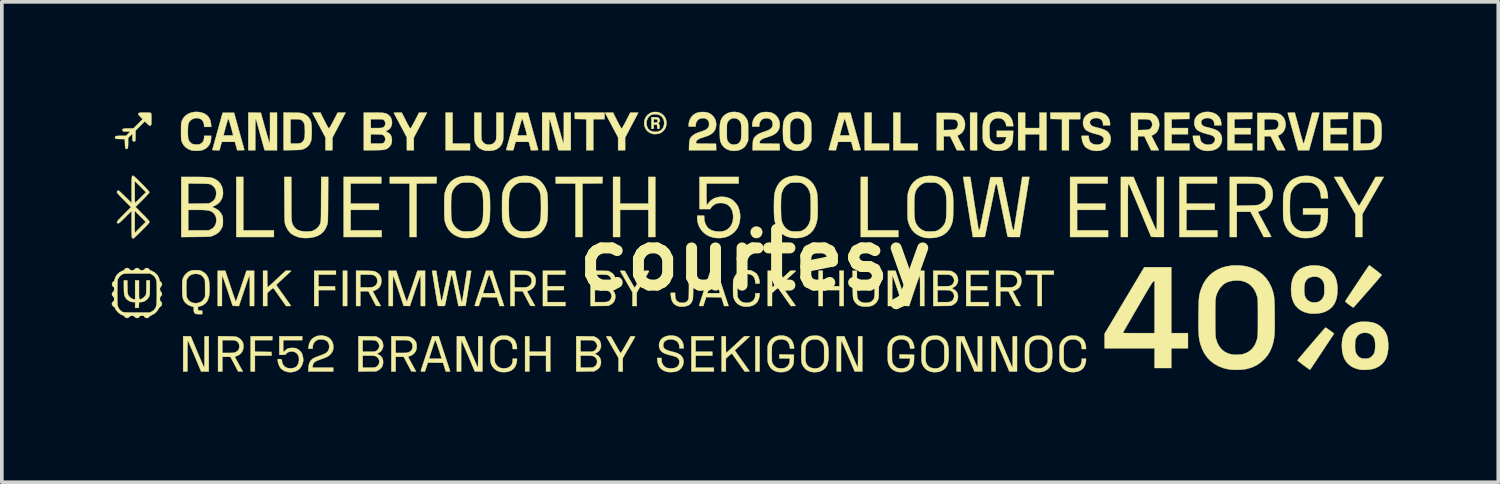
<source format=kicad_pcb>
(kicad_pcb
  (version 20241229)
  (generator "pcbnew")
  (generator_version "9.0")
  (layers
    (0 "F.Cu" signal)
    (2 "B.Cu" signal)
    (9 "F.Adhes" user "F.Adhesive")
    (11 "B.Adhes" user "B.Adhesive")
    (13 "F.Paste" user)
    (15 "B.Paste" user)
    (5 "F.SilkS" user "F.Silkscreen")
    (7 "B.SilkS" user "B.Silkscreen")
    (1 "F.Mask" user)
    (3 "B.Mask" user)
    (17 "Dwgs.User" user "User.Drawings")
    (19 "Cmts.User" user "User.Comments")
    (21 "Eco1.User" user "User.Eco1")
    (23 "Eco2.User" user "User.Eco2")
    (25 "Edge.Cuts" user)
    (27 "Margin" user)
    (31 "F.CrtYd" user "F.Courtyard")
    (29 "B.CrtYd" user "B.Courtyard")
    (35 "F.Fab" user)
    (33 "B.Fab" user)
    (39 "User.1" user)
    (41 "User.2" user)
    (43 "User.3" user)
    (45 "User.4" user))
  (footprint "courtesy"
    (layer "F.Cu")
    (at 17.581 4.048)
    (property "Reference" "courtesy" (at 0 0 0) (layer "F.SilkS") (effects (font (size 1.524 1.524) (thickness 0.3))))
    (attr through_hole)
    (fp_poly (pts (xy -11.149 1.26) (xy -11.265 1.26) (xy -11.265 0.296) (xy -11.149 0.296) (xy -11.149 1.26)) (stroke (width 0.01) (type solid)) (fill yes) (layer "F.SilkS"))
    (fp_poly (pts (xy 0.116 3.049) (xy 0 3.049) (xy 0 2.086) (xy 0.116 2.086) (xy 0.116 3.049)) (stroke (width 0.01) (type solid)) (fill yes) (layer "F.SilkS"))
    (fp_poly (pts (xy 6.056 -2.996) (xy 5.866 -2.996) (xy 5.866 -4.023) (xy 6.056 -4.023) (xy 6.056 -2.996)) (stroke (width 0.01) (type solid)) (fill yes) (layer "F.SilkS"))
    (fp_poly (pts (xy -13.986 -0.805) (xy -13.15 -0.805) (xy -13.15 -0.625) (xy -14.177 -0.625) (xy -14.177 -2.266) (xy -13.986 -2.266) (xy -13.986 -0.805)) (stroke (width 0.01) (type solid)) (fill yes) (layer "F.SilkS"))
    (fp_poly (pts (xy -8.269 -3.176) (xy -7.793 -3.176) (xy -7.793 -2.996) (xy -8.46 -2.996) (xy -8.46 -4.023) (xy -8.269 -4.023) (xy -8.269 -3.176)) (stroke (width 0.01) (type solid)) (fill yes) (layer "F.SilkS"))
    (fp_poly (pts (xy 3.07 -0.805) (xy 3.907 -0.805) (xy 3.907 -0.625) (xy 2.88 -0.625) (xy 2.88 -2.266) (xy 3.07 -2.266) (xy 3.07 -0.805)) (stroke (width 0.01) (type solid)) (fill yes) (layer "F.SilkS"))
    (fp_poly (pts (xy 3.176 -3.176) (xy 3.653 -3.176) (xy 3.653 -2.996) (xy 2.986 -2.996) (xy 2.986 -4.023) (xy 3.176 -4.023) (xy 3.176 -3.176)) (stroke (width 0.01) (type solid)) (fill yes) (layer "F.SilkS"))
    (fp_poly (pts (xy 3.96 -3.176) (xy 4.436 -3.176) (xy 4.436 -2.996) (xy 3.769 -2.996) (xy 3.769 -4.023) (xy 3.96 -4.023) (xy 3.96 -3.176)) (stroke (width 0.01) (type solid)) (fill yes) (layer "F.SilkS"))
    (fp_poly (pts (xy -4.119 -3.843) (xy -4.426 -3.843) (xy -4.426 -2.996) (xy -4.616 -2.996) (xy -4.616 -3.843) (xy -4.929 -3.849) (xy -4.935 -4.023) (xy -4.119 -4.023) (xy -4.119 -3.843)) (stroke (width 0.01) (type solid)) (fill yes) (layer "F.SilkS"))
    (fp_poly (pts (xy 8.153 0.402) (xy 7.824 0.402) (xy 7.824 1.26) (xy 7.708 1.26) (xy 7.708 0.402) (xy 7.39 0.402) (xy 7.39 0.296) (xy 8.153 0.296) (xy 8.153 0.402)) (stroke (width 0.01) (type solid)) (fill yes) (layer "F.SilkS"))
    (fp_poly (pts (xy 8.873 -3.843) (xy 8.565 -3.843) (xy 8.565 -2.996) (xy 8.375 -2.996) (xy 8.375 -3.843) (xy 8.063 -3.849) (xy 8.056 -4.023) (xy 8.873 -4.023) (xy 8.873 -3.843)) (stroke (width 0.01) (type solid)) (fill yes) (layer "F.SilkS"))
    (fp_poly (pts (xy -8.708 -2.091) (xy -8.981 -2.088) (xy -9.254 -2.085) (xy -9.254 -0.625) (xy -9.444 -0.625) (xy -9.444 -2.086) (xy -9.984 -2.086) (xy -9.984 -2.266) (xy -8.702 -2.266) (xy -8.708 -2.091)) (stroke (width 0.01) (type solid)) (fill yes) (layer "F.SilkS"))
    (fp_poly (pts (xy -4.177 -2.091) (xy -4.449 -2.088) (xy -4.722 -2.085) (xy -4.722 -0.625) (xy -4.913 -0.625) (xy -4.913 -2.086) (xy -5.453 -2.086) (xy -5.453 -2.266) (xy -4.171 -2.266) (xy -4.177 -2.091)) (stroke (width 0.01) (type solid)) (fill yes) (layer "F.SilkS"))
    (fp_poly (pts (xy -13.192 2.192) (xy -13.669 2.192) (xy -13.669 2.509) (xy -13.444 2.512) (xy -13.219 2.515) (xy -13.216 2.565) (xy -13.212 2.615) (xy -13.669 2.615) (xy -13.669 3.049) (xy -13.785 3.049) (xy -13.785 2.086) (xy -13.192 2.086) (xy -13.192 2.192)) (stroke (width 0.01) (type solid)) (fill yes) (layer "F.SilkS"))
    (fp_poly (pts (xy -11.456 0.402) (xy -11.932 0.402) (xy -11.932 0.72) (xy -11.707 0.722) (xy -11.482 0.725) (xy -11.479 0.776) (xy -11.476 0.826) (xy -11.932 0.826) (xy -11.932 1.26) (xy -12.049 1.26) (xy -12.049 0.296) (xy -11.456 0.296) (xy -11.456 0.402)) (stroke (width 0.01) (type solid)) (fill yes) (layer "F.SilkS"))
    (fp_poly (pts (xy -10.217 -2.086) (xy -11.054 -2.086) (xy -11.054 -1.535) (xy -10.281 -1.535) (xy -10.281 -1.366) (xy -11.054 -1.366) (xy -11.054 -0.805) (xy -10.207 -0.805) (xy -10.207 -0.625) (xy -11.244 -0.625) (xy -11.244 -2.266) (xy -10.217 -2.266) (xy -10.217 -2.086)) (stroke (width 0.01) (type solid)) (fill yes) (layer "F.SilkS"))
    (fp_poly (pts (xy -6.173 2.509) (xy -5.717 2.509) (xy -5.717 2.086) (xy -5.601 2.086) (xy -5.601 3.049) (xy -5.717 3.049) (xy -5.717 2.615) (xy -6.173 2.615) (xy -6.173 3.049) (xy -6.289 3.049) (xy -6.289 2.086) (xy -6.173 2.086) (xy -6.173 2.509)) (stroke (width 0.01) (type solid)) (fill yes) (layer "F.SilkS"))
    (fp_poly (pts (xy -5.188 0.402) (xy -5.686 0.402) (xy -5.686 0.72) (xy -5.23 0.72) (xy -5.23 0.826) (xy -5.686 0.826) (xy -5.686 1.154) (xy -5.188 1.154) (xy -5.188 1.26) (xy -5.802 1.26) (xy -5.802 0.296) (xy -5.188 0.296) (xy -5.188 0.402)) (stroke (width 0.01) (type solid)) (fill yes) (layer "F.SilkS"))
    (fp_poly (pts (xy -3.695 -1.535) (xy -2.922 -1.535) (xy -2.922 -2.266) (xy -2.732 -2.266) (xy -2.732 -0.625) (xy -2.922 -0.625) (xy -2.922 -1.366) (xy -3.695 -1.366) (xy -3.695 -0.625) (xy -3.886 -0.625) (xy -3.886 -2.266) (xy -3.695 -2.266) (xy -3.695 -1.535)) (stroke (width 0.01) (type solid)) (fill yes) (layer "F.SilkS"))
    (fp_poly (pts (xy -1.133 2.192) (xy -1.631 2.192) (xy -1.631 2.509) (xy -1.175 2.509) (xy -1.175 2.615) (xy -1.631 2.615) (xy -1.631 2.943) (xy -1.133 2.943) (xy -1.133 3.049) (xy -1.747 3.049) (xy -1.747 2.086) (xy -1.133 2.086) (xy -1.133 2.192)) (stroke (width 0.01) (type solid)) (fill yes) (layer "F.SilkS"))
    (fp_poly (pts (xy 1.842 0.72) (xy 2.298 0.72) (xy 2.298 0.296) (xy 2.414 0.296) (xy 2.414 1.26) (xy 2.298 1.26) (xy 2.298 0.826) (xy 1.842 0.826) (xy 1.842 1.26) (xy 1.726 1.26) (xy 1.726 0.296) (xy 1.842 0.296) (xy 1.842 0.72)) (stroke (width 0.01) (type solid)) (fill yes) (layer "F.SilkS"))
    (fp_poly (pts (xy 6.374 0.402) (xy 5.876 0.402) (xy 5.876 0.72) (xy 6.331 0.72) (xy 6.331 0.826) (xy 5.876 0.826) (xy 5.876 1.154) (xy 6.374 1.154) (xy 6.374 1.26) (xy 5.76 1.26) (xy 5.76 0.296) (xy 6.374 0.296) (xy 6.374 0.402)) (stroke (width 0.01) (type solid)) (fill yes) (layer "F.SilkS"))
    (fp_poly (pts (xy 7.369 -3.6) (xy 7.761 -3.6) (xy 7.761 -4.023) (xy 7.951 -4.023) (xy 7.951 -2.996) (xy 7.761 -2.996) (xy 7.761 -3.43) (xy 7.369 -3.43) (xy 7.369 -2.996) (xy 7.178 -2.996) (xy 7.178 -4.023) (xy 7.369 -4.023) (xy 7.369 -3.6)) (stroke (width 0.01) (type solid)) (fill yes) (layer "F.SilkS"))
    (fp_poly (pts (xy 9.624 -2.086) (xy 8.788 -2.086) (xy 8.788 -1.535) (xy 9.561 -1.535) (xy 9.561 -1.366) (xy 8.788 -1.366) (xy 8.788 -0.805) (xy 9.635 -0.805) (xy 9.635 -0.625) (xy 8.597 -0.625) (xy 8.597 -2.266) (xy 9.624 -2.266) (xy 9.624 -2.086)) (stroke (width 0.01) (type solid)) (fill yes) (layer "F.SilkS"))
    (fp_poly (pts (xy 12.61 -2.086) (xy 11.774 -2.086) (xy 11.774 -1.535) (xy 12.546 -1.535) (xy 12.546 -1.366) (xy 11.774 -1.366) (xy 11.774 -0.805) (xy 12.621 -0.805) (xy 12.621 -0.625) (xy 11.583 -0.625) (xy 11.583 -2.266) (xy 12.61 -2.266) (xy 12.61 -2.086)) (stroke (width 0.01) (type solid)) (fill yes) (layer "F.SilkS"))
    (fp_poly (pts (xy 13.568 -3.849) (xy 13.327 -3.846) (xy 13.086 -3.843) (xy 13.086 -3.6) (xy 13.531 -3.6) (xy 13.531 -3.43) (xy 13.086 -3.43) (xy 13.086 -3.176) (xy 13.573 -3.176) (xy 13.573 -2.996) (xy 12.896 -2.996) (xy 12.896 -4.023) (xy 13.574 -4.023) (xy 13.568 -3.849)) (stroke (width 0.01) (type solid)) (fill yes) (layer "F.SilkS"))
    (fp_poly (pts (xy 16.183 -3.849) (xy 15.942 -3.846) (xy 15.702 -3.843) (xy 15.702 -3.6) (xy 16.146 -3.6) (xy 16.146 -3.43) (xy 15.702 -3.43) (xy 15.702 -3.176) (xy 16.189 -3.176) (xy 16.189 -2.996) (xy 15.511 -2.996) (xy 15.511 -4.023) (xy 16.19 -4.023) (xy 16.183 -3.849)) (stroke (width 0.01) (type solid)) (fill yes) (layer "F.SilkS"))
    (fp_poly (pts (xy 11.856 -3.936) (xy 11.853 -3.849) (xy 11.612 -3.846) (xy 11.371 -3.843) (xy 11.371 -3.6) (xy 11.816 -3.6) (xy 11.816 -3.43) (xy 11.371 -3.43) (xy 11.371 -3.176) (xy 11.858 -3.176) (xy 11.858 -2.996) (xy 11.181 -2.996) (xy 11.181 -4.023) (xy 11.859 -4.023) (xy 11.856 -3.936)) (stroke (width 0.01) (type solid)) (fill yes) (layer "F.SilkS"))
    (fp_poly (pts (xy 0.067 -0.906) (xy 0.114 -0.889) (xy 0.154 -0.857) (xy 0.164 -0.843) (xy 0.185 -0.795) (xy 0.188 -0.743) (xy 0.176 -0.693) (xy 0.15 -0.649) (xy 0.111 -0.618) (xy 0.104 -0.614) (xy 0.049 -0.596) (xy -0.000045 -0.597) (xy -0.042 -0.611) (xy -0.085 -0.644) (xy -0.114 -0.689) (xy -0.127 -0.74) (xy -0.123 -0.795) (xy -0.108 -0.836) (xy -0.076 -0.874) (xy -0.033 -0.899) (xy 0.016 -0.91) (xy 0.067 -0.906)) (stroke (width 0.01) (type solid)) (fill yes) (layer "F.SilkS"))
    (fp_poly (pts (xy -11.771 -3.806) (xy -11.732 -3.73) (xy -11.7 -3.67) (xy -11.674 -3.625) (xy -11.656 -3.598) (xy -11.647 -3.589) (xy -11.636 -3.599) (xy -11.618 -3.626) (xy -11.592 -3.67) (xy -11.559 -3.73) (xy -11.521 -3.804) (xy -11.519 -3.806) (xy -11.408 -4.023) (xy -11.299 -4.023) (xy -11.191 -4.023) (xy -11.208 -3.989) (xy -11.217 -3.971) (xy -11.235 -3.938) (xy -11.26 -3.89) (xy -11.291 -3.832) (xy -11.326 -3.764) (xy -11.365 -3.691) (xy -11.388 -3.647) (xy -11.551 -3.339) (xy -11.551 -2.996) (xy -11.742 -2.996) (xy -11.742 -3.345) (xy -11.918 -3.676) (xy -11.959 -3.753) (xy -11.996 -3.824) (xy -12.03 -3.887) (xy -12.058 -3.94) (xy -12.08 -3.981) (xy -12.093 -4.006) (xy -12.098 -4.015) (xy -12.09 -4.019) (xy -12.066 -4.021) (xy -12.028 -4.023) (xy -11.992 -4.023) (xy -11.88 -4.023) (xy -11.771 -3.806)) (stroke (width 0.01) (type solid)) (fill yes) (layer "F.SilkS"))
    (fp_poly (pts (xy -9.548 -3.806) (xy -9.509 -3.73) (xy -9.477 -3.67) (xy -9.451 -3.625) (xy -9.433 -3.598) (xy -9.423 -3.589) (xy -9.413 -3.599) (xy -9.394 -3.626) (xy -9.368 -3.67) (xy -9.336 -3.73) (xy -9.297 -3.804) (xy -9.296 -3.806) (xy -9.185 -4.023) (xy -9.076 -4.023) (xy -8.967 -4.023) (xy -8.985 -3.989) (xy -8.994 -3.971) (xy -9.012 -3.938) (xy -9.036 -3.89) (xy -9.067 -3.832) (xy -9.103 -3.764) (xy -9.142 -3.691) (xy -9.165 -3.647) (xy -9.328 -3.339) (xy -9.328 -2.996) (xy -9.518 -2.996) (xy -9.518 -3.345) (xy -9.694 -3.676) (xy -9.735 -3.753) (xy -9.773 -3.824) (xy -9.807 -3.887) (xy -9.835 -3.94) (xy -9.856 -3.981) (xy -9.87 -4.006) (xy -9.875 -4.015) (xy -9.867 -4.019) (xy -9.842 -4.021) (xy -9.804 -4.023) (xy -9.768 -4.023) (xy -9.657 -4.023) (xy -9.548 -3.806)) (stroke (width 0.01) (type solid)) (fill yes) (layer "F.SilkS"))
    (fp_poly (pts (xy -3.778 -3.806) (xy -3.739 -3.73) (xy -3.706 -3.67) (xy -3.681 -3.625) (xy -3.663 -3.598) (xy -3.653 -3.589) (xy -3.643 -3.599) (xy -3.624 -3.626) (xy -3.598 -3.67) (xy -3.565 -3.73) (xy -3.527 -3.804) (xy -3.526 -3.806) (xy -3.415 -4.023) (xy -3.306 -4.023) (xy -3.197 -4.023) (xy -3.214 -3.989) (xy -3.223 -3.971) (xy -3.241 -3.938) (xy -3.266 -3.89) (xy -3.297 -3.832) (xy -3.333 -3.764) (xy -3.371 -3.691) (xy -3.395 -3.647) (xy -3.557 -3.339) (xy -3.557 -2.996) (xy -3.748 -2.996) (xy -3.748 -3.345) (xy -3.924 -3.676) (xy -3.965 -3.753) (xy -4.003 -3.824) (xy -4.036 -3.887) (xy -4.064 -3.94) (xy -4.086 -3.981) (xy -4.1 -4.006) (xy -4.105 -4.015) (xy -4.097 -4.019) (xy -4.072 -4.021) (xy -4.034 -4.023) (xy -3.998 -4.023) (xy -3.887 -4.023) (xy -3.778 -3.806)) (stroke (width 0.01) (type solid)) (fill yes) (layer "F.SilkS"))
    (fp_poly (pts (xy -14.929 3.049) (xy -15.137 3.049) (xy -15.314 2.628) (xy -15.352 2.539) (xy -15.387 2.456) (xy -15.42 2.381) (xy -15.448 2.316) (xy -15.471 2.263) (xy -15.488 2.225) (xy -15.499 2.202) (xy -15.501 2.197) (xy -15.504 2.205) (xy -15.506 2.233) (xy -15.508 2.279) (xy -15.509 2.342) (xy -15.51 2.42) (xy -15.511 2.513) (xy -15.511 2.618) (xy -15.511 3.049) (xy -15.628 3.049) (xy -15.628 2.086) (xy -15.524 2.086) (xy -15.421 2.086) (xy -15.241 2.515) (xy -15.203 2.604) (xy -15.168 2.687) (xy -15.136 2.762) (xy -15.108 2.827) (xy -15.084 2.879) (xy -15.067 2.917) (xy -15.056 2.939) (xy -15.053 2.943) (xy -15.051 2.933) (xy -15.05 2.904) (xy -15.048 2.858) (xy -15.047 2.798) (xy -15.046 2.725) (xy -15.046 2.642) (xy -15.045 2.552) (xy -15.045 2.515) (xy -15.045 2.086) (xy -14.929 2.086) (xy -14.929 3.049)) (stroke (width 0.01) (type solid)) (fill yes) (layer "F.SilkS"))
    (fp_poly (pts (xy -7.454 3.049) (xy -7.662 3.049) (xy -7.839 2.628) (xy -7.877 2.539) (xy -7.912 2.456) (xy -7.945 2.381) (xy -7.973 2.316) (xy -7.996 2.263) (xy -8.013 2.225) (xy -8.024 2.202) (xy -8.026 2.197) (xy -8.029 2.205) (xy -8.031 2.233) (xy -8.033 2.279) (xy -8.034 2.342) (xy -8.035 2.42) (xy -8.036 2.513) (xy -8.036 2.618) (xy -8.036 3.049) (xy -8.153 3.049) (xy -8.153 2.086) (xy -8.049 2.086) (xy -7.946 2.086) (xy -7.766 2.515) (xy -7.728 2.604) (xy -7.693 2.687) (xy -7.661 2.762) (xy -7.633 2.827) (xy -7.609 2.879) (xy -7.592 2.917) (xy -7.581 2.939) (xy -7.578 2.943) (xy -7.576 2.933) (xy -7.575 2.904) (xy -7.573 2.858) (xy -7.572 2.798) (xy -7.571 2.725) (xy -7.571 2.642) (xy -7.57 2.552) (xy -7.57 2.515) (xy -7.57 2.086) (xy -7.454 2.086) (xy -7.454 3.049)) (stroke (width 0.01) (type solid)) (fill yes) (layer "F.SilkS"))
    (fp_poly (pts (xy 2.922 3.049) (xy 2.714 3.049) (xy 2.537 2.628) (xy 2.499 2.539) (xy 2.464 2.456) (xy 2.431 2.381) (xy 2.403 2.316) (xy 2.38 2.263) (xy 2.363 2.225) (xy 2.352 2.202) (xy 2.35 2.197) (xy 2.347 2.205) (xy 2.345 2.233) (xy 2.343 2.279) (xy 2.342 2.342) (xy 2.341 2.42) (xy 2.34 2.513) (xy 2.34 2.618) (xy 2.34 3.049) (xy 2.223 3.049) (xy 2.223 2.086) (xy 2.327 2.086) (xy 2.43 2.086) (xy 2.61 2.515) (xy 2.648 2.604) (xy 2.683 2.687) (xy 2.715 2.762) (xy 2.743 2.827) (xy 2.767 2.879) (xy 2.784 2.917) (xy 2.795 2.939) (xy 2.798 2.943) (xy 2.8 2.933) (xy 2.801 2.904) (xy 2.803 2.858) (xy 2.804 2.798) (xy 2.805 2.725) (xy 2.805 2.642) (xy 2.806 2.552) (xy 2.806 2.515) (xy 2.806 2.086) (xy 2.922 2.086) (xy 2.922 3.049)) (stroke (width 0.01) (type solid)) (fill yes) (layer "F.SilkS"))
    (fp_poly (pts (xy 6.194 3.049) (xy 5.985 3.049) (xy 5.808 2.628) (xy 5.771 2.539) (xy 5.735 2.456) (xy 5.703 2.381) (xy 5.675 2.316) (xy 5.652 2.263) (xy 5.634 2.225) (xy 5.624 2.202) (xy 5.621 2.197) (xy 5.619 2.205) (xy 5.617 2.233) (xy 5.615 2.279) (xy 5.613 2.342) (xy 5.612 2.42) (xy 5.612 2.513) (xy 5.612 2.618) (xy 5.612 3.049) (xy 5.495 3.049) (xy 5.495 2.086) (xy 5.598 2.086) (xy 5.702 2.086) (xy 5.881 2.515) (xy 5.919 2.604) (xy 5.955 2.687) (xy 5.987 2.762) (xy 6.015 2.827) (xy 6.038 2.879) (xy 6.056 2.917) (xy 6.066 2.939) (xy 6.069 2.943) (xy 6.071 2.933) (xy 6.073 2.904) (xy 6.074 2.858) (xy 6.075 2.798) (xy 6.076 2.725) (xy 6.077 2.642) (xy 6.077 2.552) (xy 6.077 2.515) (xy 6.077 2.086) (xy 6.194 2.086) (xy 6.194 3.049)) (stroke (width 0.01) (type solid)) (fill yes) (layer "F.SilkS"))
    (fp_poly (pts (xy 7.147 3.049) (xy 6.938 3.049) (xy 6.761 2.628) (xy 6.723 2.539) (xy 6.688 2.456) (xy 6.656 2.381) (xy 6.628 2.316) (xy 6.605 2.263) (xy 6.587 2.225) (xy 6.577 2.202) (xy 6.574 2.197) (xy 6.572 2.205) (xy 6.57 2.233) (xy 6.568 2.279) (xy 6.566 2.342) (xy 6.565 2.42) (xy 6.565 2.513) (xy 6.564 2.618) (xy 6.564 3.049) (xy 6.448 3.049) (xy 6.448 2.086) (xy 6.551 2.086) (xy 6.654 2.086) (xy 6.834 2.515) (xy 6.872 2.604) (xy 6.908 2.687) (xy 6.94 2.762) (xy 6.968 2.827) (xy 6.991 2.879) (xy 7.008 2.917) (xy 7.019 2.939) (xy 7.022 2.943) (xy 7.024 2.933) (xy 7.026 2.904) (xy 7.027 2.858) (xy 7.028 2.798) (xy 7.029 2.725) (xy 7.03 2.642) (xy 7.03 2.552) (xy 7.03 2.515) (xy 7.03 2.086) (xy 7.147 2.086) (xy 7.147 3.049)) (stroke (width 0.01) (type solid)) (fill yes) (layer "F.SilkS"))
    (fp_poly (pts (xy -3.307 2.087) (xy -3.288 2.091) (xy -3.285 2.099) (xy -3.292 2.111) (xy -3.307 2.139) (xy -3.331 2.181) (xy -3.361 2.234) (xy -3.397 2.296) (xy -3.437 2.365) (xy -3.456 2.398) (xy -3.621 2.683) (xy -3.621 3.049) (xy -3.737 3.049) (xy -3.737 2.677) (xy -3.895 2.405) (xy -3.935 2.335) (xy -3.972 2.271) (xy -4.005 2.213) (xy -4.033 2.166) (xy -4.052 2.131) (xy -4.063 2.111) (xy -4.065 2.109) (xy -4.071 2.096) (xy -4.069 2.089) (xy -4.055 2.087) (xy -4.025 2.087) (xy -4.012 2.088) (xy -3.946 2.091) (xy -3.817 2.318) (xy -3.781 2.381) (xy -3.749 2.437) (xy -3.72 2.485) (xy -3.698 2.52) (xy -3.684 2.542) (xy -3.679 2.548) (xy -3.671 2.54) (xy -3.655 2.516) (xy -3.631 2.478) (xy -3.602 2.429) (xy -3.568 2.371) (xy -3.538 2.318) (xy -3.407 2.086) (xy -3.344 2.086) (xy -3.307 2.087)) (stroke (width 0.01) (type solid)) (fill yes) (layer "F.SilkS"))
    (fp_poly (pts (xy -2.925 0.298) (xy -2.907 0.302) (xy -2.904 0.31) (xy -2.91 0.322) (xy -2.926 0.35) (xy -2.95 0.392) (xy -2.98 0.445) (xy -3.016 0.507) (xy -3.056 0.576) (xy -3.075 0.609) (xy -3.24 0.894) (xy -3.24 1.26) (xy -3.356 1.26) (xy -3.356 0.888) (xy -3.513 0.616) (xy -3.554 0.546) (xy -3.591 0.481) (xy -3.624 0.424) (xy -3.651 0.376) (xy -3.671 0.342) (xy -3.682 0.322) (xy -3.684 0.32) (xy -3.69 0.306) (xy -3.688 0.299) (xy -3.674 0.297) (xy -3.644 0.298) (xy -3.631 0.299) (xy -3.565 0.302) (xy -3.436 0.529) (xy -3.4 0.591) (xy -3.367 0.648) (xy -3.339 0.695) (xy -3.317 0.731) (xy -3.302 0.753) (xy -3.297 0.759) (xy -3.29 0.751) (xy -3.273 0.727) (xy -3.25 0.689) (xy -3.22 0.64) (xy -3.187 0.582) (xy -3.157 0.529) (xy -3.026 0.296) (xy -2.962 0.296) (xy -2.925 0.298)) (stroke (width 0.01) (type solid)) (fill yes) (layer "F.SilkS"))
    (fp_poly (pts (xy 16.249 -1.871) (xy 16.298 -1.785) (xy 16.344 -1.705) (xy 16.385 -1.635) (xy 16.42 -1.575) (xy 16.449 -1.528) (xy 16.47 -1.495) (xy 16.483 -1.479) (xy 16.485 -1.477) (xy 16.493 -1.486) (xy 16.511 -1.512) (xy 16.536 -1.553) (xy 16.569 -1.607) (xy 16.608 -1.673) (xy 16.651 -1.748) (xy 16.699 -1.832) (xy 16.721 -1.871) (xy 16.943 -2.266) (xy 17.165 -2.266) (xy 17.139 -2.221) (xy 17.128 -2.203) (xy 17.109 -2.168) (xy 17.081 -2.12) (xy 17.045 -2.058) (xy 17.004 -1.987) (xy 16.958 -1.906) (xy 16.908 -1.819) (xy 16.855 -1.728) (xy 16.847 -1.713) (xy 16.58 -1.249) (xy 16.58 -0.625) (xy 16.39 -0.625) (xy 16.39 -1.25) (xy 16.119 -1.724) (xy 16.065 -1.816) (xy 16.015 -1.904) (xy 15.968 -1.986) (xy 15.926 -2.059) (xy 15.89 -2.122) (xy 15.861 -2.172) (xy 15.84 -2.208) (xy 15.828 -2.229) (xy 15.827 -2.231) (xy 15.806 -2.266) (xy 16.028 -2.266) (xy 16.249 -1.871)) (stroke (width 0.01) (type solid)) (fill yes) (layer "F.SilkS"))
    (fp_poly (pts (xy -2.7 -3.894) (xy -2.66 -3.885) (xy -2.633 -3.87) (xy -2.616 -3.847) (xy -2.605 -3.808) (xy -2.613 -3.775) (xy -2.632 -3.752) (xy -2.649 -3.733) (xy -2.652 -3.723) (xy -2.642 -3.713) (xy -2.637 -3.709) (xy -2.624 -3.695) (xy -2.617 -3.673) (xy -2.615 -3.637) (xy -2.615 -3.636) (xy -2.616 -3.603) (xy -2.619 -3.586) (xy -2.629 -3.58) (xy -2.646 -3.579) (xy -2.665 -3.58) (xy -2.674 -3.587) (xy -2.679 -3.606) (xy -2.681 -3.634) (xy -2.684 -3.69) (xy -2.729 -3.693) (xy -2.774 -3.696) (xy -2.774 -3.637) (xy -2.775 -3.604) (xy -2.778 -3.586) (xy -2.787 -3.58) (xy -2.805 -3.579) (xy -2.838 -3.579) (xy -2.838 -3.843) (xy -2.774 -3.843) (xy -2.774 -3.748) (xy -2.734 -3.748) (xy -2.704 -3.751) (xy -2.683 -3.759) (xy -2.681 -3.761) (xy -2.67 -3.781) (xy -2.668 -3.796) (xy -2.676 -3.824) (xy -2.7 -3.839) (xy -2.734 -3.843) (xy -2.774 -3.843) (xy -2.838 -3.843) (xy -2.838 -3.896) (xy -2.759 -3.896) (xy -2.7 -3.894)) (stroke (width 0.01) (type solid)) (fill yes) (layer "F.SilkS"))
    (fp_poly (pts (xy -1.696 0.68) (xy -1.698 0.783) (xy -1.699 0.868) (xy -1.7 0.935) (xy -1.702 0.988) (xy -1.704 1.029) (xy -1.707 1.059) (xy -1.71 1.082) (xy -1.715 1.1) (xy -1.718 1.11) (xy -1.744 1.164) (xy -1.776 1.204) (xy -1.819 1.235) (xy -1.838 1.245) (xy -1.904 1.268) (xy -1.979 1.278) (xy -2.055 1.276) (xy -2.114 1.264) (xy -2.182 1.233) (xy -2.236 1.188) (xy -2.274 1.127) (xy -2.298 1.051) (xy -2.306 0.987) (xy -2.311 0.9) (xy -2.192 0.9) (xy -2.192 0.969) (xy -2.184 1.04) (xy -2.163 1.096) (xy -2.126 1.137) (xy -2.075 1.163) (xy -2.011 1.174) (xy -1.946 1.171) (xy -1.896 1.156) (xy -1.857 1.126) (xy -1.84 1.103) (xy -1.834 1.092) (xy -1.828 1.081) (xy -1.824 1.067) (xy -1.821 1.049) (xy -1.819 1.023) (xy -1.817 0.988) (xy -1.816 0.941) (xy -1.815 0.88) (xy -1.814 0.803) (xy -1.813 0.708) (xy -1.813 0.68) (xy -1.81 0.296) (xy -1.693 0.296) (xy -1.696 0.68)) (stroke (width 0.01) (type solid)) (fill yes) (layer "F.SilkS"))
    (fp_poly (pts (xy 11.361 2.001) (xy 11.816 2.001) (xy 11.816 2.414) (xy 11.361 2.414) (xy 11.361 2.954) (xy 10.905 2.954) (xy 10.905 2.414) (xy 9.54 2.414) (xy 9.54 2.017) (xy 9.553 1.995) (xy 10.037 1.995) (xy 10.047 1.996) (xy 10.077 1.998) (xy 10.123 1.999) (xy 10.183 2) (xy 10.256 2) (xy 10.339 2.001) (xy 10.429 2.001) (xy 10.471 2.001) (xy 10.905 2.001) (xy 10.905 0.582) (xy 10.88 0.582) (xy 10.875 0.584) (xy 10.867 0.59) (xy 10.857 0.601) (xy 10.844 0.619) (xy 10.827 0.644) (xy 10.805 0.679) (xy 10.777 0.723) (xy 10.744 0.778) (xy 10.703 0.846) (xy 10.655 0.927) (xy 10.599 1.023) (xy 10.534 1.135) (xy 10.459 1.264) (xy 10.446 1.286) (xy 10.381 1.398) (xy 10.319 1.504) (xy 10.262 1.604) (xy 10.209 1.696) (xy 10.161 1.778) (xy 10.12 1.849) (xy 10.087 1.907) (xy 10.061 1.952) (xy 10.044 1.982) (xy 10.037 1.995) (xy 10.037 1.995) (xy 9.553 1.995) (xy 10.081 1.109) (xy 10.623 0.201) (xy 11.361 0.201) (xy 11.361 2.001)) (stroke (width 0.01) (type solid)) (fill yes) (layer "F.SilkS"))
    (fp_poly (pts (xy -13.506 -4.018) (xy -13.39 -3.597) (xy -13.364 -3.507) (xy -13.341 -3.423) (xy -13.319 -3.348) (xy -13.3 -3.284) (xy -13.285 -3.233) (xy -13.273 -3.197) (xy -13.266 -3.178) (xy -13.265 -3.176) (xy -13.263 -3.187) (xy -13.261 -3.216) (xy -13.259 -3.262) (xy -13.258 -3.322) (xy -13.257 -3.394) (xy -13.256 -3.477) (xy -13.256 -3.567) (xy -13.256 -3.6) (xy -13.256 -4.023) (xy -13.065 -4.023) (xy -13.065 -2.996) (xy -13.403 -2.996) (xy -13.419 -3.052) (xy -13.426 -3.075) (xy -13.437 -3.116) (xy -13.453 -3.172) (xy -13.471 -3.24) (xy -13.492 -3.316) (xy -13.515 -3.399) (xy -13.531 -3.457) (xy -13.558 -3.556) (xy -13.581 -3.637) (xy -13.598 -3.701) (xy -13.612 -3.751) (xy -13.623 -3.787) (xy -13.63 -3.813) (xy -13.636 -3.83) (xy -13.639 -3.839) (xy -13.642 -3.843) (xy -13.644 -3.844) (xy -13.647 -3.844) (xy -13.648 -3.843) (xy -13.651 -3.833) (xy -13.653 -3.803) (xy -13.655 -3.755) (xy -13.656 -3.69) (xy -13.657 -3.61) (xy -13.658 -3.516) (xy -13.658 -3.42) (xy -13.658 -2.996) (xy -13.849 -2.996) (xy -13.849 -4.024) (xy -13.506 -4.018)) (stroke (width 0.01) (type solid)) (fill yes) (layer "F.SilkS"))
    (fp_poly (pts (xy -5.481 -4.018) (xy -5.364 -3.597) (xy -5.339 -3.507) (xy -5.315 -3.423) (xy -5.294 -3.348) (xy -5.275 -3.284) (xy -5.259 -3.233) (xy -5.247 -3.197) (xy -5.241 -3.178) (xy -5.239 -3.176) (xy -5.237 -3.187) (xy -5.235 -3.216) (xy -5.234 -3.262) (xy -5.233 -3.322) (xy -5.231 -3.394) (xy -5.231 -3.477) (xy -5.23 -3.567) (xy -5.23 -3.6) (xy -5.23 -4.023) (xy -5.04 -4.023) (xy -5.04 -2.996) (xy -5.378 -2.996) (xy -5.394 -3.052) (xy -5.4 -3.075) (xy -5.412 -3.116) (xy -5.427 -3.172) (xy -5.446 -3.24) (xy -5.467 -3.316) (xy -5.49 -3.399) (xy -5.506 -3.457) (xy -5.533 -3.556) (xy -5.555 -3.637) (xy -5.573 -3.701) (xy -5.587 -3.751) (xy -5.597 -3.787) (xy -5.605 -3.813) (xy -5.61 -3.83) (xy -5.614 -3.839) (xy -5.617 -3.843) (xy -5.619 -3.844) (xy -5.621 -3.844) (xy -5.623 -3.843) (xy -5.625 -3.833) (xy -5.627 -3.803) (xy -5.629 -3.755) (xy -5.631 -3.69) (xy -5.632 -3.61) (xy -5.632 -3.516) (xy -5.633 -3.42) (xy -5.633 -2.996) (xy -5.823 -2.996) (xy -5.823 -4.024) (xy -5.481 -4.018)) (stroke (width 0.01) (type solid)) (fill yes) (layer "F.SilkS"))
    (fp_poly (pts (xy 15.583 1.853) (xy 15.608 1.868) (xy 15.642 1.891) (xy 15.683 1.921) (xy 15.693 1.928) (xy 15.806 2.013) (xy 15.708 2.163) (xy 15.679 2.207) (xy 15.643 2.262) (xy 15.601 2.325) (xy 15.555 2.395) (xy 15.506 2.47) (xy 15.455 2.546) (xy 15.404 2.623) (xy 15.354 2.698) (xy 15.307 2.769) (xy 15.263 2.834) (xy 15.225 2.891) (xy 15.193 2.938) (xy 15.17 2.973) (xy 15.156 2.994) (xy 15.152 2.998) (xy 15.142 2.995) (xy 15.118 2.98) (xy 15.082 2.955) (xy 15.038 2.924) (xy 14.987 2.886) (xy 14.976 2.879) (xy 14.925 2.839) (xy 14.879 2.804) (xy 14.843 2.775) (xy 14.818 2.754) (xy 14.807 2.744) (xy 14.807 2.743) (xy 14.814 2.734) (xy 14.833 2.71) (xy 14.862 2.675) (xy 14.902 2.628) (xy 14.948 2.573) (xy 15.002 2.51) (xy 15.059 2.442) (xy 15.12 2.371) (xy 15.183 2.297) (xy 15.246 2.224) (xy 15.308 2.152) (xy 15.366 2.084) (xy 15.42 2.021) (xy 15.469 1.966) (xy 15.51 1.919) (xy 15.542 1.882) (xy 15.563 1.859) (xy 15.573 1.849) (xy 15.573 1.849) (xy 15.583 1.853)) (stroke (width 0.01) (type solid)) (fill yes) (layer "F.SilkS"))
    (fp_poly (pts (xy 15.384 -4.022) (xy 15.399 -4.019) (xy 15.404 -4.013) (xy 15.403 -4.003) (xy 15.402 -4) (xy 15.398 -3.985) (xy 15.389 -3.952) (xy 15.375 -3.903) (xy 15.358 -3.839) (xy 15.337 -3.764) (xy 15.313 -3.678) (xy 15.287 -3.585) (xy 15.26 -3.486) (xy 15.26 -3.486) (xy 15.125 -2.996) (xy 14.974 -2.996) (xy 14.824 -2.996) (xy 14.813 -3.036) (xy 14.808 -3.054) (xy 14.798 -3.091) (xy 14.783 -3.143) (xy 14.765 -3.209) (xy 14.743 -3.286) (xy 14.719 -3.373) (xy 14.693 -3.466) (xy 14.671 -3.547) (xy 14.54 -4.018) (xy 14.635 -4.021) (xy 14.677 -4.022) (xy 14.711 -4.022) (xy 14.731 -4.021) (xy 14.734 -4.02) (xy 14.737 -4.01) (xy 14.746 -3.981) (xy 14.758 -3.935) (xy 14.774 -3.876) (xy 14.794 -3.805) (xy 14.815 -3.724) (xy 14.839 -3.636) (xy 14.851 -3.591) (xy 14.875 -3.5) (xy 14.898 -3.416) (xy 14.92 -3.34) (xy 14.938 -3.276) (xy 14.954 -3.225) (xy 14.965 -3.189) (xy 14.973 -3.171) (xy 14.974 -3.169) (xy 14.979 -3.179) (xy 14.989 -3.208) (xy 15.003 -3.253) (xy 15.02 -3.313) (xy 15.04 -3.384) (xy 15.062 -3.464) (xy 15.086 -3.553) (xy 15.098 -3.595) (xy 15.21 -4.018) (xy 15.309 -4.021) (xy 15.355 -4.022) (xy 15.384 -4.022)) (stroke (width 0.01) (type solid)) (fill yes) (layer "F.SilkS"))
    (fp_poly (pts (xy 16.778 0.154) (xy 16.802 0.171) (xy 16.837 0.196) (xy 16.878 0.228) (xy 16.923 0.262) (xy 16.97 0.298) (xy 17.014 0.333) (xy 17.053 0.364) (xy 17.083 0.39) (xy 17.103 0.407) (xy 17.108 0.413) (xy 17.1 0.424) (xy 17.08 0.449) (xy 17.049 0.486) (xy 17.009 0.533) (xy 16.961 0.589) (xy 16.906 0.652) (xy 16.848 0.72) (xy 16.786 0.791) (xy 16.722 0.864) (xy 16.658 0.937) (xy 16.596 1.008) (xy 16.537 1.075) (xy 16.483 1.137) (xy 16.434 1.191) (xy 16.393 1.237) (xy 16.362 1.271) (xy 16.341 1.294) (xy 16.332 1.302) (xy 16.332 1.302) (xy 16.32 1.296) (xy 16.294 1.279) (xy 16.26 1.255) (xy 16.219 1.224) (xy 16.215 1.222) (xy 16.175 1.191) (xy 16.142 1.164) (xy 16.12 1.144) (xy 16.111 1.134) (xy 16.112 1.133) (xy 16.118 1.123) (xy 16.134 1.096) (xy 16.16 1.057) (xy 16.194 1.005) (xy 16.234 0.944) (xy 16.279 0.876) (xy 16.329 0.801) (xy 16.381 0.723) (xy 16.434 0.642) (xy 16.488 0.562) (xy 16.54 0.483) (xy 16.59 0.408) (xy 16.636 0.339) (xy 16.678 0.278) (xy 16.713 0.226) (xy 16.74 0.186) (xy 16.758 0.16) (xy 16.766 0.148) (xy 16.767 0.148) (xy 16.778 0.154)) (stroke (width 0.01) (type solid)) (fill yes) (layer "F.SilkS"))
    (fp_poly (pts (xy 5.302 -4.013) (xy 5.367 -4.012) (xy 5.417 -4.011) (xy 5.455 -4.009) (xy 5.484 -4.006) (xy 5.507 -4.002) (xy 5.527 -3.996) (xy 5.542 -3.991) (xy 5.605 -3.957) (xy 5.655 -3.91) (xy 5.692 -3.851) (xy 5.716 -3.786) (xy 5.727 -3.717) (xy 5.724 -3.647) (xy 5.708 -3.579) (xy 5.678 -3.517) (xy 5.634 -3.463) (xy 5.576 -3.422) (xy 5.564 -3.415) (xy 5.537 -3.403) (xy 5.52 -3.394) (xy 5.518 -3.393) (xy 5.521 -3.383) (xy 5.533 -3.357) (xy 5.552 -3.318) (xy 5.577 -3.269) (xy 5.607 -3.212) (xy 5.616 -3.193) (xy 5.719 -2.996) (xy 5.504 -2.996) (xy 5.412 -3.187) (xy 5.32 -3.377) (xy 5.233 -3.377) (xy 5.146 -3.377) (xy 5.146 -2.996) (xy 4.955 -2.996) (xy 4.955 -3.843) (xy 5.146 -3.843) (xy 5.146 -3.544) (xy 5.292 -3.549) (xy 5.355 -3.551) (xy 5.4 -3.554) (xy 5.431 -3.558) (xy 5.453 -3.564) (xy 5.467 -3.571) (xy 5.506 -3.608) (xy 5.529 -3.655) (xy 5.537 -3.707) (xy 5.526 -3.758) (xy 5.516 -3.778) (xy 5.498 -3.802) (xy 5.474 -3.82) (xy 5.443 -3.832) (xy 5.4 -3.839) (xy 5.341 -3.843) (xy 5.284 -3.843) (xy 5.146 -3.843) (xy 4.955 -3.843) (xy 4.955 -4.013) (xy 5.219 -4.013) (xy 5.302 -4.013)) (stroke (width 0.01) (type solid)) (fill yes) (layer "F.SilkS"))
    (fp_poly (pts (xy 10.607 -4.013) (xy 10.672 -4.012) (xy 10.722 -4.011) (xy 10.76 -4.009) (xy 10.788 -4.006) (xy 10.811 -4.002) (xy 10.831 -3.996) (xy 10.846 -3.991) (xy 10.909 -3.957) (xy 10.96 -3.91) (xy 10.997 -3.851) (xy 11.021 -3.786) (xy 11.031 -3.717) (xy 11.029 -3.647) (xy 11.012 -3.579) (xy 10.982 -3.517) (xy 10.938 -3.463) (xy 10.881 -3.422) (xy 10.868 -3.415) (xy 10.842 -3.403) (xy 10.825 -3.394) (xy 10.822 -3.393) (xy 10.826 -3.383) (xy 10.838 -3.357) (xy 10.857 -3.318) (xy 10.882 -3.269) (xy 10.911 -3.212) (xy 10.921 -3.193) (xy 11.023 -2.996) (xy 10.809 -2.996) (xy 10.717 -3.187) (xy 10.625 -3.377) (xy 10.537 -3.377) (xy 10.45 -3.377) (xy 10.45 -2.996) (xy 10.26 -2.996) (xy 10.26 -3.843) (xy 10.45 -3.843) (xy 10.45 -3.544) (xy 10.596 -3.549) (xy 10.659 -3.551) (xy 10.704 -3.554) (xy 10.736 -3.558) (xy 10.758 -3.564) (xy 10.772 -3.571) (xy 10.81 -3.608) (xy 10.834 -3.655) (xy 10.841 -3.707) (xy 10.83 -3.758) (xy 10.82 -3.778) (xy 10.802 -3.802) (xy 10.779 -3.82) (xy 10.747 -3.832) (xy 10.704 -3.839) (xy 10.646 -3.843) (xy 10.588 -3.843) (xy 10.45 -3.843) (xy 10.26 -3.843) (xy 10.26 -4.013) (xy 10.524 -4.013) (xy 10.607 -4.013)) (stroke (width 0.01) (type solid)) (fill yes) (layer "F.SilkS"))
    (fp_poly (pts (xy 14.059 -4.013) (xy 14.123 -4.012) (xy 14.173 -4.011) (xy 14.211 -4.009) (xy 14.24 -4.006) (xy 14.263 -4.002) (xy 14.283 -3.996) (xy 14.298 -3.991) (xy 14.361 -3.957) (xy 14.411 -3.91) (xy 14.448 -3.851) (xy 14.472 -3.786) (xy 14.483 -3.717) (xy 14.48 -3.647) (xy 14.464 -3.579) (xy 14.434 -3.517) (xy 14.39 -3.463) (xy 14.332 -3.422) (xy 14.32 -3.415) (xy 14.293 -3.403) (xy 14.276 -3.394) (xy 14.274 -3.393) (xy 14.277 -3.383) (xy 14.289 -3.357) (xy 14.309 -3.318) (xy 14.333 -3.269) (xy 14.363 -3.212) (xy 14.372 -3.193) (xy 14.475 -2.996) (xy 14.26 -2.996) (xy 14.168 -3.187) (xy 14.076 -3.377) (xy 13.989 -3.377) (xy 13.902 -3.377) (xy 13.902 -2.996) (xy 13.711 -2.996) (xy 13.711 -3.843) (xy 13.902 -3.843) (xy 13.902 -3.544) (xy 14.048 -3.549) (xy 14.111 -3.551) (xy 14.156 -3.554) (xy 14.187 -3.558) (xy 14.209 -3.564) (xy 14.223 -3.571) (xy 14.262 -3.608) (xy 14.285 -3.655) (xy 14.293 -3.707) (xy 14.282 -3.758) (xy 14.272 -3.778) (xy 14.254 -3.802) (xy 14.23 -3.82) (xy 14.199 -3.832) (xy 14.156 -3.839) (xy 14.097 -3.843) (xy 14.04 -3.843) (xy 13.902 -3.843) (xy 13.711 -3.843) (xy 13.711 -4.013) (xy 13.975 -4.013) (xy 14.059 -4.013)) (stroke (width 0.01) (type solid)) (fill yes) (layer "F.SilkS"))
    (fp_poly (pts (xy -14.337 0.72) (xy -14.307 0.81) (xy -14.279 0.893) (xy -14.253 0.967) (xy -14.231 1.031) (xy -14.212 1.082) (xy -14.198 1.117) (xy -14.19 1.136) (xy -14.188 1.138) (xy -14.183 1.127) (xy -14.172 1.099) (xy -14.156 1.054) (xy -14.135 0.995) (xy -14.111 0.925) (xy -14.083 0.846) (xy -14.054 0.759) (xy -14.039 0.715) (xy -13.899 0.296) (xy -13.69 0.296) (xy -13.69 1.26) (xy -13.806 1.26) (xy -13.806 0.842) (xy -13.807 0.741) (xy -13.807 0.65) (xy -13.808 0.573) (xy -13.81 0.51) (xy -13.812 0.463) (xy -13.814 0.433) (xy -13.816 0.424) (xy -13.821 0.433) (xy -13.833 0.461) (xy -13.849 0.505) (xy -13.87 0.562) (xy -13.894 0.632) (xy -13.921 0.711) (xy -13.95 0.797) (xy -13.965 0.842) (xy -14.105 1.261) (xy -14.19 1.258) (xy -14.276 1.255) (xy -14.414 0.839) (xy -14.444 0.75) (xy -14.472 0.667) (xy -14.498 0.593) (xy -14.52 0.53) (xy -14.538 0.48) (xy -14.551 0.444) (xy -14.559 0.426) (xy -14.561 0.424) (xy -14.562 0.434) (xy -14.564 0.463) (xy -14.566 0.509) (xy -14.567 0.569) (xy -14.568 0.641) (xy -14.568 0.723) (xy -14.569 0.813) (xy -14.569 0.842) (xy -14.569 1.26) (xy -14.685 1.26) (xy -14.685 0.296) (xy -14.479 0.296) (xy -14.337 0.72)) (stroke (width 0.01) (type solid)) (fill yes) (layer "F.SilkS"))
    (fp_poly (pts (xy -9.668 0.72) (xy -9.638 0.81) (xy -9.61 0.893) (xy -9.584 0.967) (xy -9.561 1.031) (xy -9.543 1.082) (xy -9.529 1.117) (xy -9.521 1.136) (xy -9.519 1.138) (xy -9.514 1.127) (xy -9.503 1.099) (xy -9.486 1.054) (xy -9.466 0.995) (xy -9.441 0.925) (xy -9.414 0.846) (xy -9.385 0.759) (xy -9.37 0.715) (xy -9.23 0.296) (xy -9.021 0.296) (xy -9.021 1.26) (xy -9.137 1.26) (xy -9.137 0.842) (xy -9.137 0.741) (xy -9.138 0.65) (xy -9.139 0.573) (xy -9.141 0.51) (xy -9.143 0.463) (xy -9.145 0.433) (xy -9.147 0.424) (xy -9.152 0.433) (xy -9.163 0.461) (xy -9.18 0.505) (xy -9.2 0.562) (xy -9.225 0.632) (xy -9.252 0.711) (xy -9.281 0.797) (xy -9.296 0.842) (xy -9.436 1.261) (xy -9.521 1.258) (xy -9.607 1.255) (xy -9.745 0.839) (xy -9.775 0.75) (xy -9.803 0.667) (xy -9.829 0.593) (xy -9.851 0.53) (xy -9.869 0.48) (xy -9.882 0.444) (xy -9.89 0.426) (xy -9.892 0.424) (xy -9.893 0.434) (xy -9.895 0.463) (xy -9.896 0.509) (xy -9.898 0.569) (xy -9.899 0.641) (xy -9.899 0.723) (xy -9.9 0.813) (xy -9.9 0.842) (xy -9.9 1.26) (xy -10.016 1.26) (xy -10.016 0.296) (xy -9.809 0.296) (xy -9.668 0.72)) (stroke (width 0.01) (type solid)) (fill yes) (layer "F.SilkS"))
    (fp_poly (pts (xy 3.969 0.72) (xy 3.999 0.81) (xy 4.027 0.893) (xy 4.053 0.967) (xy 4.076 1.031) (xy 4.094 1.082) (xy 4.108 1.117) (xy 4.116 1.136) (xy 4.118 1.138) (xy 4.123 1.127) (xy 4.134 1.099) (xy 4.151 1.054) (xy 4.171 0.995) (xy 4.196 0.925) (xy 4.223 0.846) (xy 4.252 0.759) (xy 4.267 0.715) (xy 4.407 0.296) (xy 4.616 0.296) (xy 4.616 1.26) (xy 4.5 1.26) (xy 4.5 0.842) (xy 4.5 0.741) (xy 4.499 0.65) (xy 4.498 0.573) (xy 4.496 0.51) (xy 4.494 0.463) (xy 4.492 0.433) (xy 4.49 0.424) (xy 4.485 0.433) (xy 4.474 0.461) (xy 4.457 0.505) (xy 4.437 0.562) (xy 4.412 0.632) (xy 4.385 0.711) (xy 4.356 0.797) (xy 4.341 0.842) (xy 4.201 1.261) (xy 4.116 1.258) (xy 4.03 1.255) (xy 3.892 0.839) (xy 3.862 0.75) (xy 3.834 0.667) (xy 3.808 0.593) (xy 3.786 0.53) (xy 3.768 0.48) (xy 3.755 0.444) (xy 3.747 0.426) (xy 3.746 0.424) (xy 3.744 0.434) (xy 3.742 0.463) (xy 3.741 0.509) (xy 3.739 0.569) (xy 3.738 0.641) (xy 3.738 0.723) (xy 3.737 0.813) (xy 3.737 0.842) (xy 3.737 1.26) (xy 3.621 1.26) (xy 3.621 0.296) (xy 3.828 0.296) (xy 3.969 0.72)) (stroke (width 0.01) (type solid)) (fill yes) (layer "F.SilkS"))
    (fp_poly (pts (xy -2.685 -4.038) (xy -2.649 -4.032) (xy -2.616 -4.021) (xy -2.588 -4.007) (xy -2.526 -3.965) (xy -2.478 -3.911) (xy -2.446 -3.849) (xy -2.429 -3.781) (xy -2.427 -3.712) (xy -2.44 -3.644) (xy -2.467 -3.58) (xy -2.51 -3.524) (xy -2.567 -3.478) (xy -2.601 -3.46) (xy -2.651 -3.445) (xy -2.711 -3.436) (xy -2.77 -3.436) (xy -2.809 -3.441) (xy -2.882 -3.47) (xy -2.944 -3.514) (xy -2.991 -3.57) (xy -3.022 -3.637) (xy -3.037 -3.711) (xy -3.036 -3.72) (xy -2.974 -3.72) (xy -2.962 -3.652) (xy -2.934 -3.591) (xy -2.914 -3.564) (xy -2.871 -3.531) (xy -2.816 -3.508) (xy -2.754 -3.497) (xy -2.691 -3.498) (xy -2.633 -3.513) (xy -2.626 -3.516) (xy -2.582 -3.539) (xy -2.551 -3.564) (xy -2.527 -3.599) (xy -2.513 -3.626) (xy -2.491 -3.697) (xy -2.49 -3.768) (xy -2.509 -3.839) (xy -2.516 -3.852) (xy -2.554 -3.91) (xy -2.604 -3.95) (xy -2.665 -3.973) (xy -2.74 -3.98) (xy -2.759 -3.979) (xy -2.826 -3.967) (xy -2.881 -3.938) (xy -2.924 -3.891) (xy -2.946 -3.855) (xy -2.969 -3.789) (xy -2.974 -3.72) (xy -3.036 -3.72) (xy -3.032 -3.789) (xy -3.024 -3.825) (xy -2.993 -3.898) (xy -2.945 -3.958) (xy -2.882 -4.004) (xy -2.875 -4.007) (xy -2.837 -4.025) (xy -2.804 -4.035) (xy -2.766 -4.039) (xy -2.732 -4.039) (xy -2.685 -4.038)) (stroke (width 0.01) (type solid)) (fill yes) (layer "F.SilkS"))
    (fp_poly (pts (xy -0.932 0.654) (xy -0.902 0.743) (xy -0.873 0.832) (xy -0.845 0.917) (xy -0.82 0.994) (xy -0.798 1.06) (xy -0.781 1.111) (xy -0.773 1.136) (xy -0.732 1.26) (xy -0.792 1.26) (xy -0.852 1.26) (xy -0.927 1.022) (xy -1.135 1.019) (xy -1.343 1.016) (xy -1.383 1.138) (xy -1.423 1.26) (xy -1.479 1.26) (xy -1.517 1.258) (xy -1.534 1.25) (xy -1.535 1.247) (xy -1.532 1.234) (xy -1.523 1.204) (xy -1.508 1.157) (xy -1.488 1.097) (xy -1.465 1.025) (xy -1.438 0.943) (xy -1.427 0.911) (xy -1.311 0.911) (xy -1.136 0.911) (xy -1.071 0.91) (xy -1.025 0.91) (xy -0.994 0.908) (xy -0.976 0.905) (xy -0.968 0.901) (xy -0.967 0.896) (xy -0.968 0.893) (xy -0.973 0.878) (xy -0.984 0.846) (xy -0.999 0.801) (xy -1.017 0.744) (xy -1.038 0.679) (xy -1.051 0.639) (xy -1.073 0.572) (xy -1.093 0.513) (xy -1.111 0.463) (xy -1.125 0.427) (xy -1.135 0.406) (xy -1.138 0.402) (xy -1.145 0.412) (xy -1.157 0.438) (xy -1.172 0.477) (xy -1.188 0.526) (xy -1.195 0.548) (xy -1.216 0.612) (xy -1.238 0.682) (xy -1.259 0.747) (xy -1.276 0.801) (xy -1.276 0.802) (xy -1.311 0.911) (xy -1.427 0.911) (xy -1.408 0.852) (xy -1.379 0.765) (xy -1.223 0.296) (xy -1.049 0.296) (xy -0.932 0.654)) (stroke (width 0.01) (type solid)) (fill yes) (layer "F.SilkS"))
    (fp_poly (pts (xy -12.644 -4.021) (xy -12.565 -4.019) (xy -12.504 -4.018) (xy -12.457 -4.016) (xy -12.421 -4.013) (xy -12.394 -4.008) (xy -12.372 -4.003) (xy -12.351 -3.996) (xy -12.345 -3.994) (xy -12.268 -3.955) (xy -12.209 -3.905) (xy -12.164 -3.843) (xy -12.137 -3.78) (xy -12.129 -3.741) (xy -12.122 -3.687) (xy -12.118 -3.62) (xy -12.116 -3.547) (xy -12.116 -3.471) (xy -12.118 -3.398) (xy -12.122 -3.332) (xy -12.129 -3.277) (xy -12.137 -3.24) (xy -12.171 -3.165) (xy -12.218 -3.104) (xy -12.281 -3.057) (xy -12.345 -3.026) (xy -12.366 -3.018) (xy -12.388 -3.013) (xy -12.413 -3.008) (xy -12.446 -3.005) (xy -12.489 -3.002) (xy -12.546 -3.001) (xy -12.62 -2.999) (xy -12.644 -2.999) (xy -12.885 -2.994) (xy -12.885 -3.843) (xy -12.695 -3.843) (xy -12.695 -3.176) (xy -12.573 -3.176) (xy -12.503 -3.178) (xy -12.451 -3.183) (xy -12.417 -3.19) (xy -12.416 -3.191) (xy -12.371 -3.221) (xy -12.336 -3.266) (xy -12.315 -3.323) (xy -12.314 -3.325) (xy -12.309 -3.365) (xy -12.305 -3.42) (xy -12.303 -3.484) (xy -12.304 -3.55) (xy -12.306 -3.612) (xy -12.31 -3.665) (xy -12.314 -3.695) (xy -12.335 -3.752) (xy -12.37 -3.798) (xy -12.415 -3.828) (xy -12.416 -3.829) (xy -12.448 -3.837) (xy -12.5 -3.842) (xy -12.568 -3.843) (xy -12.573 -3.843) (xy -12.695 -3.843) (xy -12.885 -3.843) (xy -12.885 -4.025) (xy -12.644 -4.021)) (stroke (width 0.01) (type solid)) (fill yes) (layer "F.SilkS"))
    (fp_poly (pts (xy -10.665 0.298) (xy -10.586 0.3) (xy -10.526 0.301) (xy -10.48 0.303) (xy -10.446 0.305) (xy -10.421 0.309) (xy -10.4 0.314) (xy -10.382 0.321) (xy -10.368 0.327) (xy -10.311 0.362) (xy -10.264 0.408) (xy -10.231 0.461) (xy -10.227 0.472) (xy -10.214 0.534) (xy -10.214 0.601) (xy -10.225 0.666) (xy -10.24 0.704) (xy -10.278 0.759) (xy -10.329 0.803) (xy -10.388 0.833) (xy -10.404 0.838) (xy -10.435 0.849) (xy -10.446 0.86) (xy -10.446 0.864) (xy -10.439 0.877) (xy -10.424 0.906) (xy -10.402 0.947) (xy -10.374 0.998) (xy -10.343 1.055) (xy -10.335 1.069) (xy -10.229 1.261) (xy -10.294 1.258) (xy -10.359 1.255) (xy -10.569 0.858) (xy -10.789 0.858) (xy -10.789 1.26) (xy -10.905 1.26) (xy -10.905 0.402) (xy -10.789 0.402) (xy -10.789 0.752) (xy -10.627 0.752) (xy -10.564 0.751) (xy -10.517 0.75) (xy -10.484 0.748) (xy -10.459 0.744) (xy -10.439 0.737) (xy -10.419 0.728) (xy -10.419 0.728) (xy -10.371 0.697) (xy -10.342 0.658) (xy -10.327 0.607) (xy -10.325 0.59) (xy -10.329 0.528) (xy -10.349 0.477) (xy -10.387 0.438) (xy -10.411 0.425) (xy -10.431 0.416) (xy -10.452 0.41) (xy -10.478 0.406) (xy -10.514 0.404) (xy -10.563 0.403) (xy -10.623 0.402) (xy -10.789 0.402) (xy -10.905 0.402) (xy -10.905 0.295) (xy -10.665 0.298)) (stroke (width 0.01) (type solid)) (fill yes) (layer "F.SilkS"))
    (fp_poly (pts (xy -8.534 2.443) (xy -8.504 2.533) (xy -8.475 2.621) (xy -8.447 2.706) (xy -8.422 2.783) (xy -8.4 2.849) (xy -8.383 2.901) (xy -8.375 2.925) (xy -8.334 3.049) (xy -8.394 3.049) (xy -8.454 3.049) (xy -8.492 2.93) (xy -8.529 2.811) (xy -8.737 2.808) (xy -8.945 2.805) (xy -8.985 2.927) (xy -9.025 3.049) (xy -9.081 3.049) (xy -9.119 3.047) (xy -9.136 3.04) (xy -9.137 3.036) (xy -9.134 3.024) (xy -9.125 2.993) (xy -9.11 2.947) (xy -9.09 2.886) (xy -9.067 2.814) (xy -9.04 2.732) (xy -9.029 2.7) (xy -8.913 2.7) (xy -8.738 2.7) (xy -8.673 2.7) (xy -8.627 2.699) (xy -8.596 2.697) (xy -8.578 2.695) (xy -8.57 2.691) (xy -8.569 2.685) (xy -8.57 2.682) (xy -8.575 2.668) (xy -8.586 2.636) (xy -8.601 2.59) (xy -8.619 2.533) (xy -8.64 2.468) (xy -8.653 2.428) (xy -8.675 2.361) (xy -8.695 2.302) (xy -8.713 2.253) (xy -8.727 2.216) (xy -8.737 2.195) (xy -8.74 2.192) (xy -8.747 2.201) (xy -8.759 2.227) (xy -8.774 2.267) (xy -8.79 2.316) (xy -8.797 2.337) (xy -8.818 2.402) (xy -8.84 2.471) (xy -8.861 2.536) (xy -8.878 2.59) (xy -8.878 2.591) (xy -8.913 2.7) (xy -9.029 2.7) (xy -9.01 2.642) (xy -8.981 2.554) (xy -8.825 2.086) (xy -8.651 2.086) (xy -8.534 2.443)) (stroke (width 0.01) (type solid)) (fill yes) (layer "F.SilkS"))
    (fp_poly (pts (xy -7.062 0.654) (xy -7.033 0.743) (xy -7.003 0.832) (xy -6.976 0.917) (xy -6.95 0.994) (xy -6.928 1.06) (xy -6.911 1.111) (xy -6.903 1.136) (xy -6.862 1.26) (xy -6.923 1.26) (xy -6.983 1.26) (xy -7.02 1.141) (xy -7.057 1.022) (xy -7.265 1.019) (xy -7.473 1.016) (xy -7.514 1.138) (xy -7.554 1.26) (xy -7.61 1.26) (xy -7.647 1.258) (xy -7.664 1.25) (xy -7.666 1.247) (xy -7.662 1.234) (xy -7.653 1.204) (xy -7.638 1.157) (xy -7.619 1.097) (xy -7.595 1.025) (xy -7.568 0.943) (xy -7.558 0.911) (xy -7.441 0.911) (xy -7.266 0.911) (xy -7.202 0.91) (xy -7.155 0.91) (xy -7.125 0.908) (xy -7.107 0.905) (xy -7.099 0.901) (xy -7.097 0.896) (xy -7.098 0.893) (xy -7.103 0.878) (xy -7.114 0.846) (xy -7.129 0.801) (xy -7.147 0.744) (xy -7.168 0.679) (xy -7.181 0.639) (xy -7.203 0.572) (xy -7.223 0.513) (xy -7.241 0.463) (xy -7.256 0.427) (xy -7.265 0.406) (xy -7.268 0.402) (xy -7.275 0.412) (xy -7.287 0.438) (xy -7.302 0.477) (xy -7.319 0.526) (xy -7.326 0.548) (xy -7.346 0.612) (xy -7.368 0.682) (xy -7.389 0.747) (xy -7.406 0.801) (xy -7.407 0.802) (xy -7.441 0.911) (xy -7.558 0.911) (xy -7.538 0.852) (xy -7.509 0.765) (xy -7.353 0.296) (xy -7.18 0.296) (xy -7.062 0.654)) (stroke (width 0.01) (type solid)) (fill yes) (layer "F.SilkS"))
    (fp_poly (pts (xy -6.451 0.298) (xy -6.372 0.3) (xy -6.312 0.301) (xy -6.267 0.303) (xy -6.233 0.305) (xy -6.207 0.309) (xy -6.186 0.314) (xy -6.168 0.321) (xy -6.154 0.327) (xy -6.097 0.362) (xy -6.05 0.408) (xy -6.017 0.461) (xy -6.013 0.472) (xy -6 0.534) (xy -6 0.601) (xy -6.011 0.666) (xy -6.026 0.704) (xy -6.064 0.759) (xy -6.115 0.803) (xy -6.174 0.833) (xy -6.19 0.838) (xy -6.222 0.849) (xy -6.233 0.86) (xy -6.232 0.864) (xy -6.225 0.877) (xy -6.21 0.906) (xy -6.188 0.947) (xy -6.16 0.998) (xy -6.129 1.055) (xy -6.121 1.069) (xy -6.015 1.261) (xy -6.08 1.258) (xy -6.145 1.255) (xy -6.355 0.858) (xy -6.575 0.858) (xy -6.575 1.26) (xy -6.691 1.26) (xy -6.691 0.402) (xy -6.575 0.402) (xy -6.575 0.752) (xy -6.413 0.752) (xy -6.35 0.751) (xy -6.303 0.75) (xy -6.27 0.748) (xy -6.245 0.744) (xy -6.225 0.737) (xy -6.205 0.728) (xy -6.205 0.728) (xy -6.157 0.697) (xy -6.128 0.658) (xy -6.113 0.607) (xy -6.112 0.59) (xy -6.115 0.528) (xy -6.135 0.477) (xy -6.173 0.438) (xy -6.197 0.425) (xy -6.217 0.416) (xy -6.238 0.41) (xy -6.264 0.406) (xy -6.3 0.404) (xy -6.349 0.403) (xy -6.409 0.402) (xy -6.575 0.402) (xy -6.691 0.402) (xy -6.691 0.295) (xy -6.451 0.298)) (stroke (width 0.01) (type solid)) (fill yes) (layer "F.SilkS"))
    (fp_poly (pts (xy 6.816 0.298) (xy 6.894 0.3) (xy 6.954 0.301) (xy 7 0.303) (xy 7.034 0.305) (xy 7.06 0.309) (xy 7.08 0.314) (xy 7.099 0.321) (xy 7.112 0.327) (xy 7.169 0.362) (xy 7.217 0.408) (xy 7.249 0.461) (xy 7.254 0.472) (xy 7.266 0.534) (xy 7.267 0.601) (xy 7.255 0.666) (xy 7.241 0.704) (xy 7.203 0.759) (xy 7.151 0.803) (xy 7.092 0.833) (xy 7.076 0.838) (xy 7.045 0.849) (xy 7.034 0.86) (xy 7.034 0.864) (xy 7.041 0.877) (xy 7.056 0.906) (xy 7.079 0.947) (xy 7.106 0.998) (xy 7.138 1.055) (xy 7.146 1.069) (xy 7.251 1.261) (xy 7.187 1.258) (xy 7.122 1.255) (xy 6.912 0.858) (xy 6.691 0.858) (xy 6.691 1.26) (xy 6.575 1.26) (xy 6.575 0.402) (xy 6.691 0.402) (xy 6.691 0.752) (xy 6.853 0.752) (xy 6.917 0.751) (xy 6.963 0.75) (xy 6.997 0.748) (xy 7.021 0.744) (xy 7.042 0.737) (xy 7.061 0.728) (xy 7.062 0.728) (xy 7.109 0.697) (xy 7.138 0.658) (xy 7.153 0.607) (xy 7.155 0.59) (xy 7.152 0.528) (xy 7.131 0.477) (xy 7.093 0.438) (xy 7.07 0.425) (xy 7.05 0.416) (xy 7.028 0.41) (xy 7.002 0.406) (xy 6.966 0.404) (xy 6.917 0.403) (xy 6.858 0.402) (xy 6.691 0.402) (xy 6.575 0.402) (xy 6.575 0.295) (xy 6.816 0.298)) (stroke (width 0.01) (type solid)) (fill yes) (layer "F.SilkS"))
    (fp_poly (pts (xy 16.578 -4.021) (xy 16.657 -4.019) (xy 16.719 -4.018) (xy 16.765 -4.016) (xy 16.801 -4.013) (xy 16.828 -4.008) (xy 16.851 -4.003) (xy 16.871 -3.996) (xy 16.877 -3.994) (xy 16.954 -3.955) (xy 17.014 -3.905) (xy 17.058 -3.843) (xy 17.085 -3.78) (xy 17.093 -3.741) (xy 17.1 -3.687) (xy 17.104 -3.62) (xy 17.106 -3.547) (xy 17.106 -3.471) (xy 17.104 -3.398) (xy 17.1 -3.332) (xy 17.093 -3.277) (xy 17.085 -3.24) (xy 17.051 -3.165) (xy 17.004 -3.104) (xy 16.941 -3.057) (xy 16.877 -3.026) (xy 16.856 -3.018) (xy 16.835 -3.013) (xy 16.809 -3.008) (xy 16.776 -3.005) (xy 16.733 -3.002) (xy 16.676 -3.001) (xy 16.602 -2.999) (xy 16.578 -2.999) (xy 16.337 -2.994) (xy 16.337 -3.843) (xy 16.527 -3.843) (xy 16.527 -3.176) (xy 16.65 -3.176) (xy 16.719 -3.178) (xy 16.772 -3.183) (xy 16.805 -3.19) (xy 16.806 -3.191) (xy 16.851 -3.221) (xy 16.886 -3.266) (xy 16.907 -3.323) (xy 16.908 -3.325) (xy 16.912 -3.357) (xy 16.916 -3.404) (xy 16.918 -3.459) (xy 16.919 -3.51) (xy 16.917 -3.595) (xy 16.912 -3.662) (xy 16.902 -3.713) (xy 16.887 -3.753) (xy 16.868 -3.782) (xy 16.844 -3.806) (xy 16.816 -3.824) (xy 16.781 -3.835) (xy 16.734 -3.841) (xy 16.672 -3.843) (xy 16.65 -3.843) (xy 16.527 -3.843) (xy 16.337 -3.843) (xy 16.337 -4.025) (xy 16.578 -4.021)) (stroke (width 0.01) (type solid)) (fill yes) (layer "F.SilkS"))
    (fp_poly (pts (xy -14.434 2.088) (xy -14.355 2.089) (xy -14.295 2.09) (xy -14.25 2.092) (xy -14.216 2.095) (xy -14.19 2.098) (xy -14.17 2.103) (xy -14.151 2.11) (xy -14.137 2.116) (xy -14.08 2.151) (xy -14.033 2.197) (xy -14 2.25) (xy -13.996 2.262) (xy -13.983 2.323) (xy -13.983 2.391) (xy -13.994 2.455) (xy -14.009 2.493) (xy -14.047 2.548) (xy -14.098 2.593) (xy -14.157 2.623) (xy -14.173 2.627) (xy -14.205 2.638) (xy -14.216 2.65) (xy -14.215 2.653) (xy -14.209 2.666) (xy -14.193 2.695) (xy -14.171 2.736) (xy -14.143 2.787) (xy -14.112 2.844) (xy -14.104 2.859) (xy -13.998 3.05) (xy -14.063 3.047) (xy -14.128 3.044) (xy -14.233 2.845) (xy -14.338 2.647) (xy -14.558 2.647) (xy -14.558 3.049) (xy -14.675 3.049) (xy -14.675 2.192) (xy -14.558 2.192) (xy -14.558 2.541) (xy -14.396 2.541) (xy -14.333 2.541) (xy -14.287 2.54) (xy -14.253 2.537) (xy -14.228 2.533) (xy -14.208 2.527) (xy -14.188 2.517) (xy -14.188 2.517) (xy -14.141 2.486) (xy -14.111 2.447) (xy -14.097 2.396) (xy -14.095 2.379) (xy -14.098 2.317) (xy -14.119 2.266) (xy -14.156 2.228) (xy -14.18 2.214) (xy -14.2 2.205) (xy -14.221 2.199) (xy -14.248 2.195) (xy -14.283 2.193) (xy -14.333 2.192) (xy -14.392 2.192) (xy -14.558 2.192) (xy -14.675 2.192) (xy -14.675 2.084) (xy -14.434 2.088)) (stroke (width 0.01) (type solid)) (fill yes) (layer "F.SilkS"))
    (fp_poly (pts (xy -9.701 2.088) (xy -9.623 2.089) (xy -9.562 2.09) (xy -9.517 2.092) (xy -9.483 2.095) (xy -9.457 2.098) (xy -9.437 2.103) (xy -9.418 2.11) (xy -9.405 2.116) (xy -9.347 2.151) (xy -9.3 2.197) (xy -9.268 2.25) (xy -9.263 2.262) (xy -9.251 2.323) (xy -9.25 2.391) (xy -9.262 2.455) (xy -9.276 2.493) (xy -9.314 2.548) (xy -9.366 2.593) (xy -9.425 2.623) (xy -9.44 2.627) (xy -9.472 2.638) (xy -9.483 2.65) (xy -9.482 2.653) (xy -9.476 2.666) (xy -9.461 2.695) (xy -9.438 2.736) (xy -9.411 2.787) (xy -9.379 2.844) (xy -9.371 2.859) (xy -9.266 3.05) (xy -9.33 3.047) (xy -9.395 3.044) (xy -9.5 2.845) (xy -9.605 2.647) (xy -9.825 2.647) (xy -9.825 3.049) (xy -9.942 3.049) (xy -9.942 2.192) (xy -9.825 2.192) (xy -9.825 2.541) (xy -9.664 2.541) (xy -9.6 2.541) (xy -9.554 2.54) (xy -9.52 2.537) (xy -9.496 2.533) (xy -9.475 2.527) (xy -9.455 2.517) (xy -9.455 2.517) (xy -9.408 2.486) (xy -9.379 2.447) (xy -9.364 2.396) (xy -9.362 2.379) (xy -9.365 2.317) (xy -9.386 2.266) (xy -9.424 2.228) (xy -9.447 2.214) (xy -9.467 2.205) (xy -9.488 2.199) (xy -9.515 2.195) (xy -9.551 2.193) (xy -9.6 2.192) (xy -9.659 2.192) (xy -9.825 2.192) (xy -9.942 2.192) (xy -9.942 2.084) (xy -9.701 2.088)) (stroke (width 0.01) (type solid)) (fill yes) (layer "F.SilkS"))
    (fp_poly (pts (xy 2.774 0.643) (xy 2.774 0.739) (xy 2.775 0.826) (xy 2.777 0.9) (xy 2.779 0.959) (xy 2.782 1.003) (xy 2.785 1.027) (xy 2.785 1.029) (xy 2.811 1.087) (xy 2.852 1.13) (xy 2.909 1.159) (xy 2.98 1.173) (xy 3.018 1.175) (xy 3.095 1.167) (xy 3.158 1.145) (xy 3.207 1.108) (xy 3.24 1.057) (xy 3.25 1.029) (xy 3.253 1.008) (xy 3.256 0.967) (xy 3.258 0.91) (xy 3.259 0.838) (xy 3.26 0.753) (xy 3.261 0.658) (xy 3.261 0.643) (xy 3.261 0.296) (xy 3.379 0.296) (xy 3.375 0.664) (xy 3.374 0.763) (xy 3.373 0.842) (xy 3.372 0.906) (xy 3.371 0.955) (xy 3.369 0.993) (xy 3.366 1.022) (xy 3.363 1.044) (xy 3.358 1.062) (xy 3.353 1.079) (xy 3.348 1.093) (xy 3.312 1.155) (xy 3.26 1.208) (xy 3.199 1.247) (xy 3.178 1.255) (xy 3.126 1.268) (xy 3.061 1.275) (xy 2.994 1.277) (xy 2.931 1.273) (xy 2.893 1.265) (xy 2.847 1.251) (xy 2.813 1.236) (xy 2.783 1.216) (xy 2.752 1.189) (xy 2.718 1.15) (xy 2.69 1.1) (xy 2.687 1.092) (xy 2.681 1.076) (xy 2.676 1.059) (xy 2.671 1.04) (xy 2.668 1.017) (xy 2.666 0.986) (xy 2.664 0.946) (xy 2.663 0.894) (xy 2.661 0.827) (xy 2.66 0.744) (xy 2.66 0.664) (xy 2.656 0.296) (xy 2.774 0.296) (xy 2.774 0.643)) (stroke (width 0.01) (type solid)) (fill yes) (layer "F.SilkS"))
    (fp_poly (pts (xy -17.151 0.744) (xy -17.149 0.812) (xy -17.147 0.863) (xy -17.144 0.9) (xy -17.14 0.928) (xy -17.134 0.948) (xy -17.126 0.966) (xy -17.125 0.969) (xy -17.092 1.013) (xy -17.045 1.049) (xy -16.994 1.072) (xy -16.98 1.075) (xy -16.94 1.082) (xy -16.94 0.561) (xy -16.835 0.561) (xy -16.835 0.821) (xy -16.835 0.904) (xy -16.834 0.969) (xy -16.833 1.017) (xy -16.83 1.05) (xy -16.824 1.07) (xy -16.815 1.079) (xy -16.802 1.08) (xy -16.785 1.074) (xy -16.763 1.064) (xy -16.755 1.06) (xy -16.706 1.029) (xy -16.667 0.989) (xy -16.645 0.95) (xy -16.641 0.929) (xy -16.637 0.891) (xy -16.635 0.84) (xy -16.634 0.779) (xy -16.633 0.74) (xy -16.633 0.561) (xy -16.538 0.561) (xy -16.538 0.76) (xy -16.539 0.832) (xy -16.54 0.887) (xy -16.542 0.927) (xy -16.545 0.957) (xy -16.55 0.979) (xy -16.557 0.998) (xy -16.558 1.001) (xy -16.595 1.059) (xy -16.645 1.106) (xy -16.705 1.139) (xy -16.769 1.153) (xy -16.784 1.154) (xy -16.834 1.154) (xy -16.837 1.231) (xy -16.84 1.308) (xy -16.94 1.314) (xy -16.94 1.154) (xy -16.991 1.154) (xy -17.051 1.145) (xy -17.112 1.119) (xy -17.164 1.082) (xy -17.182 1.063) (xy -17.204 1.033) (xy -17.221 1) (xy -17.233 0.962) (xy -17.241 0.915) (xy -17.245 0.855) (xy -17.247 0.779) (xy -17.247 0.739) (xy -17.247 0.561) (xy -17.154 0.561) (xy -17.151 0.744)) (stroke (width 0.01) (type solid)) (fill yes) (layer "F.SilkS"))
    (fp_poly (pts (xy -7.486 -3.66) (xy -7.485 -3.563) (xy -7.485 -3.484) (xy -7.485 -3.422) (xy -7.484 -3.374) (xy -7.482 -3.338) (xy -7.48 -3.311) (xy -7.477 -3.291) (xy -7.473 -3.275) (xy -7.468 -3.262) (xy -7.462 -3.25) (xy -7.426 -3.2) (xy -7.376 -3.166) (xy -7.316 -3.149) (xy -7.245 -3.149) (xy -7.235 -3.151) (xy -7.175 -3.169) (xy -7.127 -3.205) (xy -7.096 -3.25) (xy -7.09 -3.263) (xy -7.085 -3.277) (xy -7.081 -3.292) (xy -7.078 -3.313) (xy -7.076 -3.341) (xy -7.074 -3.378) (xy -7.073 -3.427) (xy -7.073 -3.49) (xy -7.073 -3.571) (xy -7.073 -3.66) (xy -7.073 -4.023) (xy -6.882 -4.023) (xy -6.882 -3.654) (xy -6.882 -3.555) (xy -6.882 -3.474) (xy -6.883 -3.41) (xy -6.884 -3.359) (xy -6.886 -3.319) (xy -6.888 -3.288) (xy -6.892 -3.263) (xy -6.896 -3.242) (xy -6.901 -3.222) (xy -6.904 -3.213) (xy -6.937 -3.14) (xy -6.987 -3.079) (xy -7.051 -3.03) (xy -7.099 -3.008) (xy -7.156 -2.992) (xy -7.224 -2.982) (xy -7.295 -2.979) (xy -7.36 -2.981) (xy -7.39 -2.986) (xy -7.473 -3.013) (xy -7.544 -3.056) (xy -7.601 -3.113) (xy -7.642 -3.182) (xy -7.655 -3.216) (xy -7.661 -3.236) (xy -7.665 -3.256) (xy -7.669 -3.28) (xy -7.672 -3.309) (xy -7.673 -3.346) (xy -7.675 -3.394) (xy -7.676 -3.454) (xy -7.676 -3.531) (xy -7.676 -3.625) (xy -7.676 -3.654) (xy -7.676 -4.023) (xy -7.486 -4.023) (xy -7.486 -3.66)) (stroke (width 0.01) (type solid)) (fill yes) (layer "F.SilkS"))
    (fp_poly (pts (xy -0.805 2.313) (xy -0.804 2.38) (xy -0.803 2.439) (xy -0.802 2.487) (xy -0.8 2.522) (xy -0.798 2.539) (xy -0.797 2.541) (xy -0.787 2.534) (xy -0.764 2.514) (xy -0.73 2.483) (xy -0.686 2.443) (xy -0.634 2.395) (xy -0.576 2.342) (xy -0.545 2.313) (xy -0.302 2.086) (xy -0.222 2.086) (xy -0.182 2.087) (xy -0.16 2.088) (xy -0.153 2.092) (xy -0.158 2.099) (xy -0.165 2.105) (xy -0.181 2.119) (xy -0.208 2.144) (xy -0.244 2.177) (xy -0.287 2.216) (xy -0.334 2.259) (xy -0.382 2.304) (xy -0.429 2.348) (xy -0.473 2.389) (xy -0.51 2.424) (xy -0.539 2.451) (xy -0.557 2.469) (xy -0.561 2.473) (xy -0.555 2.482) (xy -0.538 2.507) (xy -0.512 2.544) (xy -0.478 2.592) (xy -0.437 2.65) (xy -0.391 2.714) (xy -0.36 2.758) (xy -0.312 2.826) (xy -0.267 2.889) (xy -0.229 2.943) (xy -0.197 2.988) (xy -0.174 3.021) (xy -0.161 3.041) (xy -0.159 3.045) (xy -0.168 3.047) (xy -0.194 3.049) (xy -0.225 3.049) (xy -0.291 3.049) (xy -0.46 2.811) (xy -0.504 2.748) (xy -0.545 2.691) (xy -0.58 2.641) (xy -0.608 2.601) (xy -0.627 2.574) (xy -0.636 2.561) (xy -0.636 2.561) (xy -0.648 2.561) (xy -0.673 2.578) (xy -0.711 2.61) (xy -0.724 2.621) (xy -0.804 2.695) (xy -0.805 3.049) (xy -0.921 3.049) (xy -0.921 2.086) (xy -0.805 2.086) (xy -0.805 2.313)) (stroke (width 0.01) (type solid)) (fill yes) (layer "F.SilkS"))
    (fp_poly (pts (xy -13.33 0.524) (xy -13.33 0.591) (xy -13.329 0.65) (xy -13.327 0.698) (xy -13.325 0.732) (xy -13.323 0.75) (xy -13.322 0.751) (xy -13.313 0.744) (xy -13.29 0.725) (xy -13.255 0.694) (xy -13.211 0.654) (xy -13.159 0.606) (xy -13.101 0.552) (xy -13.071 0.524) (xy -12.827 0.296) (xy -12.748 0.297) (xy -12.708 0.297) (xy -12.686 0.299) (xy -12.679 0.302) (xy -12.683 0.309) (xy -12.691 0.316) (xy -12.706 0.33) (xy -12.734 0.354) (xy -12.77 0.388) (xy -12.812 0.427) (xy -12.859 0.47) (xy -12.907 0.515) (xy -12.954 0.559) (xy -12.998 0.599) (xy -13.035 0.635) (xy -13.064 0.662) (xy -13.082 0.679) (xy -13.086 0.684) (xy -13.081 0.693) (xy -13.064 0.717) (xy -13.038 0.755) (xy -13.003 0.803) (xy -12.963 0.861) (xy -12.917 0.925) (xy -12.885 0.969) (xy -12.837 1.037) (xy -12.793 1.099) (xy -12.754 1.154) (xy -12.723 1.199) (xy -12.7 1.232) (xy -12.687 1.251) (xy -12.684 1.255) (xy -12.694 1.258) (xy -12.719 1.259) (xy -12.75 1.26) (xy -12.816 1.26) (xy -12.985 1.022) (xy -13.03 0.959) (xy -13.07 0.901) (xy -13.105 0.852) (xy -13.133 0.812) (xy -13.153 0.784) (xy -13.161 0.772) (xy -13.161 0.771) (xy -13.173 0.772) (xy -13.198 0.788) (xy -13.237 0.821) (xy -13.249 0.832) (xy -13.33 0.905) (xy -13.33 1.083) (xy -13.33 1.26) (xy -13.446 1.26) (xy -13.446 0.296) (xy -13.33 0.296) (xy -13.33 0.524)) (stroke (width 0.01) (type solid)) (fill yes) (layer "F.SilkS"))
    (fp_poly (pts (xy 0.455 0.524) (xy 0.456 0.591) (xy 0.457 0.65) (xy 0.458 0.698) (xy 0.46 0.732) (xy 0.462 0.75) (xy 0.463 0.751) (xy 0.473 0.744) (xy 0.496 0.725) (xy 0.53 0.694) (xy 0.574 0.654) (xy 0.626 0.606) (xy 0.684 0.552) (xy 0.715 0.524) (xy 0.958 0.296) (xy 1.038 0.297) (xy 1.078 0.297) (xy 1.1 0.299) (xy 1.107 0.302) (xy 1.102 0.309) (xy 1.095 0.316) (xy 1.079 0.33) (xy 1.052 0.354) (xy 1.015 0.388) (xy 0.973 0.427) (xy 0.926 0.47) (xy 0.878 0.515) (xy 0.831 0.559) (xy 0.787 0.599) (xy 0.75 0.635) (xy 0.721 0.662) (xy 0.703 0.679) (xy 0.699 0.684) (xy 0.705 0.693) (xy 0.722 0.717) (xy 0.748 0.755) (xy 0.782 0.803) (xy 0.823 0.861) (xy 0.869 0.925) (xy 0.9 0.969) (xy 0.948 1.037) (xy 0.993 1.099) (xy 1.031 1.154) (xy 1.063 1.199) (xy 1.086 1.232) (xy 1.099 1.251) (xy 1.101 1.255) (xy 1.091 1.258) (xy 1.066 1.259) (xy 1.035 1.26) (xy 0.969 1.26) (xy 0.8 1.022) (xy 0.756 0.959) (xy 0.715 0.901) (xy 0.68 0.852) (xy 0.652 0.812) (xy 0.633 0.784) (xy 0.624 0.772) (xy 0.624 0.771) (xy 0.612 0.772) (xy 0.587 0.788) (xy 0.549 0.821) (xy 0.536 0.832) (xy 0.456 0.905) (xy 0.455 1.083) (xy 0.455 1.26) (xy 0.339 1.26) (xy 0.339 0.296) (xy 0.455 0.296) (xy 0.455 0.524)) (stroke (width 0.01) (type solid)) (fill yes) (layer "F.SilkS"))
    (fp_poly (pts (xy -14.103 -3.531) (xy -14.076 -3.432) (xy -14.05 -3.34) (xy -14.027 -3.255) (xy -14.006 -3.179) (xy -13.988 -3.116) (xy -13.974 -3.067) (xy -13.965 -3.035) (xy -13.961 -3.02) (xy -13.958 -3.009) (xy -13.961 -3.002) (xy -13.973 -2.998) (xy -13.998 -2.997) (xy -14.039 -2.996) (xy -14.053 -2.996) (xy -14.153 -2.996) (xy -14.176 -3.084) (xy -14.188 -3.127) (xy -14.199 -3.166) (xy -14.206 -3.193) (xy -14.208 -3.197) (xy -14.216 -3.224) (xy -14.572 -3.224) (xy -14.58 -3.197) (xy -14.587 -3.175) (xy -14.597 -3.139) (xy -14.608 -3.096) (xy -14.612 -3.084) (xy -14.635 -2.996) (xy -14.735 -2.996) (xy -14.781 -2.997) (xy -14.81 -2.998) (xy -14.825 -3.001) (xy -14.83 -3.007) (xy -14.828 -3.017) (xy -14.827 -3.02) (xy -14.823 -3.035) (xy -14.814 -3.068) (xy -14.8 -3.117) (xy -14.782 -3.181) (xy -14.761 -3.256) (xy -14.737 -3.341) (xy -14.721 -3.399) (xy -14.527 -3.399) (xy -14.261 -3.399) (xy -14.269 -3.428) (xy -14.285 -3.492) (xy -14.303 -3.56) (xy -14.321 -3.627) (xy -14.34 -3.692) (xy -14.357 -3.749) (xy -14.372 -3.798) (xy -14.383 -3.834) (xy -14.391 -3.854) (xy -14.394 -3.857) (xy -14.399 -3.848) (xy -14.409 -3.821) (xy -14.422 -3.78) (xy -14.438 -3.727) (xy -14.456 -3.665) (xy -14.475 -3.597) (xy -14.494 -3.527) (xy -14.512 -3.456) (xy -14.52 -3.428) (xy -14.527 -3.399) (xy -14.721 -3.399) (xy -14.712 -3.434) (xy -14.685 -3.531) (xy -14.55 -4.018) (xy -14.238 -4.018) (xy -14.103 -3.531)) (stroke (width 0.01) (type solid)) (fill yes) (layer "F.SilkS"))
    (fp_poly (pts (xy -11.82 2.068) (xy -11.735 2.085) (xy -11.663 2.118) (xy -11.604 2.165) (xy -11.561 2.226) (xy -11.534 2.298) (xy -11.525 2.381) (xy -11.525 2.382) (xy -11.533 2.453) (xy -11.555 2.512) (xy -11.593 2.566) (xy -11.597 2.57) (xy -11.629 2.601) (xy -11.663 2.628) (xy -11.703 2.651) (xy -11.754 2.674) (xy -11.819 2.698) (xy -11.851 2.709) (xy -11.926 2.736) (xy -11.984 2.76) (xy -12.026 2.784) (xy -12.055 2.808) (xy -12.074 2.836) (xy -12.085 2.869) (xy -12.088 2.895) (xy -12.094 2.943) (xy -11.53 2.943) (xy -11.53 3.049) (xy -12.208 3.049) (xy -12.208 2.981) (xy -12.201 2.891) (xy -12.182 2.817) (xy -12.149 2.757) (xy -12.1 2.708) (xy -12.078 2.693) (xy -12.05 2.678) (xy -12.008 2.66) (xy -11.957 2.639) (xy -11.903 2.62) (xy -11.901 2.619) (xy -11.825 2.591) (xy -11.766 2.565) (xy -11.722 2.539) (xy -11.69 2.512) (xy -11.667 2.48) (xy -11.66 2.467) (xy -11.641 2.408) (xy -11.639 2.346) (xy -11.653 2.286) (xy -11.684 2.234) (xy -11.687 2.23) (xy -11.724 2.202) (xy -11.776 2.182) (xy -11.835 2.172) (xy -11.896 2.172) (xy -11.952 2.183) (xy -11.97 2.19) (xy -12.023 2.225) (xy -12.062 2.275) (xy -12.085 2.336) (xy -12.091 2.39) (xy -12.091 2.425) (xy -12.21 2.425) (xy -12.203 2.364) (xy -12.183 2.279) (xy -12.147 2.207) (xy -12.096 2.149) (xy -12.032 2.105) (xy -11.956 2.077) (xy -11.871 2.066) (xy -11.82 2.068)) (stroke (width 0.01) (type solid)) (fill yes) (layer "F.SilkS"))
    (fp_poly (pts (xy -6.078 -3.531) (xy -6.05 -3.432) (xy -6.025 -3.34) (xy -6.001 -3.255) (xy -5.98 -3.179) (xy -5.963 -3.116) (xy -5.949 -3.067) (xy -5.94 -3.035) (xy -5.935 -3.02) (xy -5.933 -3.009) (xy -5.935 -3.002) (xy -5.947 -2.998) (xy -5.972 -2.997) (xy -6.013 -2.996) (xy -6.028 -2.996) (xy -6.128 -2.996) (xy -6.151 -3.084) (xy -6.163 -3.127) (xy -6.173 -3.166) (xy -6.181 -3.193) (xy -6.182 -3.197) (xy -6.19 -3.224) (xy -6.547 -3.224) (xy -6.555 -3.197) (xy -6.561 -3.175) (xy -6.571 -3.139) (xy -6.583 -3.096) (xy -6.586 -3.084) (xy -6.609 -2.996) (xy -6.709 -2.996) (xy -6.756 -2.997) (xy -6.785 -2.998) (xy -6.8 -3.001) (xy -6.804 -3.007) (xy -6.803 -3.017) (xy -6.802 -3.02) (xy -6.797 -3.035) (xy -6.788 -3.068) (xy -6.774 -3.117) (xy -6.757 -3.181) (xy -6.736 -3.256) (xy -6.712 -3.341) (xy -6.696 -3.399) (xy -6.501 -3.399) (xy -6.236 -3.399) (xy -6.243 -3.428) (xy -6.259 -3.492) (xy -6.277 -3.56) (xy -6.296 -3.627) (xy -6.314 -3.692) (xy -6.331 -3.749) (xy -6.346 -3.798) (xy -6.358 -3.834) (xy -6.366 -3.854) (xy -6.368 -3.857) (xy -6.374 -3.848) (xy -6.383 -3.821) (xy -6.397 -3.78) (xy -6.413 -3.727) (xy -6.431 -3.665) (xy -6.45 -3.597) (xy -6.469 -3.527) (xy -6.487 -3.456) (xy -6.494 -3.428) (xy -6.501 -3.399) (xy -6.696 -3.399) (xy -6.686 -3.434) (xy -6.659 -3.531) (xy -6.525 -4.018) (xy -6.212 -4.018) (xy -6.078 -3.531)) (stroke (width 0.01) (type solid)) (fill yes) (layer "F.SilkS"))
    (fp_poly (pts (xy 2.731 -3.531) (xy 2.759 -3.432) (xy 2.784 -3.34) (xy 2.808 -3.255) (xy 2.829 -3.179) (xy 2.846 -3.116) (xy 2.86 -3.067) (xy 2.869 -3.035) (xy 2.874 -3.02) (xy 2.876 -3.009) (xy 2.874 -3.002) (xy 2.862 -2.998) (xy 2.837 -2.997) (xy 2.796 -2.996) (xy 2.781 -2.996) (xy 2.681 -2.996) (xy 2.658 -3.084) (xy 2.646 -3.127) (xy 2.636 -3.166) (xy 2.628 -3.193) (xy 2.627 -3.197) (xy 2.619 -3.224) (xy 2.262 -3.224) (xy 2.254 -3.197) (xy 2.248 -3.175) (xy 2.238 -3.139) (xy 2.226 -3.096) (xy 2.223 -3.084) (xy 2.2 -2.996) (xy 2.1 -2.996) (xy 2.053 -2.997) (xy 2.025 -2.998) (xy 2.009 -3.001) (xy 2.005 -3.007) (xy 2.006 -3.017) (xy 2.007 -3.02) (xy 2.012 -3.035) (xy 2.021 -3.068) (xy 2.035 -3.117) (xy 2.052 -3.181) (xy 2.073 -3.256) (xy 2.097 -3.341) (xy 2.113 -3.399) (xy 2.308 -3.399) (xy 2.573 -3.399) (xy 2.566 -3.428) (xy 2.55 -3.492) (xy 2.532 -3.56) (xy 2.513 -3.627) (xy 2.495 -3.692) (xy 2.478 -3.749) (xy 2.463 -3.798) (xy 2.451 -3.834) (xy 2.443 -3.854) (xy 2.441 -3.857) (xy 2.435 -3.848) (xy 2.426 -3.821) (xy 2.412 -3.78) (xy 2.396 -3.727) (xy 2.378 -3.665) (xy 2.359 -3.597) (xy 2.34 -3.527) (xy 2.322 -3.456) (xy 2.315 -3.428) (xy 2.308 -3.399) (xy 2.113 -3.399) (xy 2.123 -3.434) (xy 2.15 -3.531) (xy 2.284 -4.018) (xy 2.597 -4.018) (xy 2.731 -3.531)) (stroke (width 0.01) (type solid)) (fill yes) (layer "F.SilkS"))
    (fp_poly (pts (xy 10.636 -1.535) (xy 10.688 -1.411) (xy 10.737 -1.294) (xy 10.783 -1.187) (xy 10.825 -1.09) (xy 10.862 -1.005) (xy 10.894 -0.934) (xy 10.919 -0.876) (xy 10.939 -0.835) (xy 10.951 -0.811) (xy 10.956 -0.805) (xy 10.958 -0.809) (xy 10.961 -0.821) (xy 10.963 -0.844) (xy 10.964 -0.877) (xy 10.966 -0.924) (xy 10.967 -0.983) (xy 10.968 -1.058) (xy 10.968 -1.149) (xy 10.969 -1.257) (xy 10.969 -1.384) (xy 10.969 -1.531) (xy 10.969 -2.266) (xy 11.159 -2.266) (xy 11.159 -0.625) (xy 10.986 -0.625) (xy 10.916 -0.625) (xy 10.866 -0.627) (xy 10.832 -0.629) (xy 10.813 -0.633) (xy 10.807 -0.638) (xy 10.802 -0.65) (xy 10.789 -0.681) (xy 10.77 -0.726) (xy 10.745 -0.786) (xy 10.715 -0.857) (xy 10.681 -0.938) (xy 10.644 -1.028) (xy 10.604 -1.123) (xy 10.563 -1.222) (xy 10.52 -1.323) (xy 10.478 -1.424) (xy 10.436 -1.524) (xy 10.396 -1.62) (xy 10.358 -1.71) (xy 10.323 -1.793) (xy 10.292 -1.866) (xy 10.266 -1.928) (xy 10.246 -1.977) (xy 10.232 -2.01) (xy 10.225 -2.025) (xy 10.211 -2.053) (xy 10.196 -2.072) (xy 10.189 -2.075) (xy 10.187 -2.072) (xy 10.184 -2.063) (xy 10.182 -2.046) (xy 10.18 -2.021) (xy 10.179 -1.984) (xy 10.177 -1.936) (xy 10.176 -1.874) (xy 10.176 -1.798) (xy 10.175 -1.706) (xy 10.175 -1.597) (xy 10.175 -1.468) (xy 10.175 -1.35) (xy 10.175 -0.625) (xy 9.984 -0.625) (xy 9.984 -2.266) (xy 10.329 -2.266) (xy 10.636 -1.535)) (stroke (width 0.01) (type solid)) (fill yes) (layer "F.SilkS"))
    (fp_poly (pts (xy -1.381 -4.037) (xy -1.308 -4.024) (xy -1.278 -4.014) (xy -1.208 -3.976) (xy -1.15 -3.922) (xy -1.107 -3.858) (xy -1.079 -3.785) (xy -1.068 -3.707) (xy -1.076 -3.626) (xy -1.09 -3.576) (xy -1.12 -3.519) (xy -1.163 -3.469) (xy -1.222 -3.426) (xy -1.298 -3.389) (xy -1.393 -3.356) (xy -1.408 -3.351) (xy -1.486 -3.326) (xy -1.545 -3.301) (xy -1.585 -3.273) (xy -1.61 -3.243) (xy -1.62 -3.208) (xy -1.62 -3.198) (xy -1.619 -3.192) (xy -1.616 -3.187) (xy -1.607 -3.183) (xy -1.59 -3.18) (xy -1.563 -3.178) (xy -1.524 -3.176) (xy -1.469 -3.175) (xy -1.398 -3.174) (xy -1.347 -3.174) (xy -1.075 -3.171) (xy -1.072 -3.084) (xy -1.069 -2.996) (xy -1.813 -2.996) (xy -1.809 -3.131) (xy -1.805 -3.202) (xy -1.798 -3.256) (xy -1.787 -3.299) (xy -1.769 -3.333) (xy -1.744 -3.365) (xy -1.724 -3.384) (xy -1.69 -3.412) (xy -1.654 -3.436) (xy -1.611 -3.458) (xy -1.556 -3.479) (xy -1.496 -3.499) (xy -1.418 -3.527) (xy -1.359 -3.553) (xy -1.317 -3.582) (xy -1.288 -3.613) (xy -1.271 -3.65) (xy -1.263 -3.693) (xy -1.266 -3.753) (xy -1.287 -3.803) (xy -1.324 -3.841) (xy -1.377 -3.865) (xy -1.403 -3.87) (xy -1.467 -3.87) (xy -1.524 -3.852) (xy -1.572 -3.818) (xy -1.607 -3.77) (xy -1.627 -3.711) (xy -1.63 -3.671) (xy -1.631 -3.642) (xy -1.821 -3.642) (xy -1.821 -3.689) (xy -1.818 -3.724) (xy -1.809 -3.768) (xy -1.799 -3.807) (xy -1.766 -3.879) (xy -1.716 -3.941) (xy -1.652 -3.99) (xy -1.604 -4.013) (xy -1.537 -4.031) (xy -1.459 -4.039) (xy -1.381 -4.037)) (stroke (width 0.01) (type solid)) (fill yes) (layer "F.SilkS"))
    (fp_poly (pts (xy 0.356 -4.037) (xy 0.428 -4.024) (xy 0.458 -4.014) (xy 0.529 -3.976) (xy 0.586 -3.922) (xy 0.63 -3.858) (xy 0.657 -3.785) (xy 0.668 -3.707) (xy 0.661 -3.626) (xy 0.646 -3.576) (xy 0.616 -3.519) (xy 0.573 -3.469) (xy 0.514 -3.426) (xy 0.438 -3.389) (xy 0.343 -3.356) (xy 0.328 -3.351) (xy 0.25 -3.326) (xy 0.192 -3.301) (xy 0.151 -3.273) (xy 0.127 -3.243) (xy 0.117 -3.208) (xy 0.116 -3.198) (xy 0.117 -3.192) (xy 0.121 -3.187) (xy 0.13 -3.183) (xy 0.146 -3.18) (xy 0.173 -3.178) (xy 0.213 -3.176) (xy 0.267 -3.175) (xy 0.339 -3.174) (xy 0.389 -3.174) (xy 0.662 -3.171) (xy 0.665 -3.084) (xy 0.668 -2.996) (xy -0.076 -2.996) (xy -0.072 -3.131) (xy -0.069 -3.202) (xy -0.062 -3.256) (xy -0.05 -3.299) (xy -0.033 -3.333) (xy -0.007 -3.365) (xy 0.012 -3.384) (xy 0.046 -3.412) (xy 0.082 -3.436) (xy 0.126 -3.458) (xy 0.181 -3.479) (xy 0.24 -3.499) (xy 0.318 -3.527) (xy 0.377 -3.553) (xy 0.42 -3.582) (xy 0.449 -3.613) (xy 0.466 -3.65) (xy 0.474 -3.693) (xy 0.471 -3.753) (xy 0.45 -3.803) (xy 0.412 -3.841) (xy 0.359 -3.865) (xy 0.333 -3.87) (xy 0.269 -3.87) (xy 0.212 -3.852) (xy 0.165 -3.818) (xy 0.13 -3.77) (xy 0.11 -3.711) (xy 0.106 -3.671) (xy 0.106 -3.642) (xy -0.085 -3.642) (xy -0.085 -3.689) (xy -0.081 -3.724) (xy -0.073 -3.768) (xy -0.063 -3.807) (xy -0.03 -3.879) (xy 0.021 -3.941) (xy 0.085 -3.99) (xy 0.133 -4.013) (xy 0.2 -4.031) (xy 0.277 -4.039) (xy 0.356 -4.037)) (stroke (width 0.01) (type solid)) (fill yes) (layer "F.SilkS"))
    (fp_poly (pts (xy 13.443 -2.265) (xy 13.539 -2.264) (xy 13.618 -2.262) (xy 13.684 -2.258) (xy 13.738 -2.253) (xy 13.784 -2.245) (xy 13.822 -2.235) (xy 13.857 -2.223) (xy 13.889 -2.207) (xy 13.921 -2.189) (xy 13.993 -2.134) (xy 14.051 -2.067) (xy 14.093 -1.99) (xy 14.121 -1.907) (xy 14.133 -1.819) (xy 14.131 -1.731) (xy 14.114 -1.645) (xy 14.082 -1.563) (xy 14.034 -1.489) (xy 13.972 -1.426) (xy 13.932 -1.397) (xy 13.893 -1.376) (xy 13.844 -1.354) (xy 13.8 -1.339) (xy 13.723 -1.317) (xy 13.907 -0.979) (xy 13.949 -0.901) (xy 13.988 -0.829) (xy 14.023 -0.766) (xy 14.051 -0.712) (xy 14.073 -0.67) (xy 14.087 -0.643) (xy 14.092 -0.633) (xy 14.082 -0.629) (xy 14.056 -0.627) (xy 14.017 -0.625) (xy 13.989 -0.625) (xy 13.886 -0.625) (xy 13.526 -1.313) (xy 13.15 -1.313) (xy 13.15 -0.625) (xy 12.959 -0.625) (xy 12.959 -2.086) (xy 13.15 -2.086) (xy 13.15 -1.48) (xy 13.428 -1.485) (xy 13.517 -1.487) (xy 13.588 -1.489) (xy 13.643 -1.491) (xy 13.685 -1.495) (xy 13.716 -1.498) (xy 13.74 -1.503) (xy 13.755 -1.508) (xy 13.812 -1.538) (xy 13.866 -1.581) (xy 13.907 -1.631) (xy 13.915 -1.645) (xy 13.929 -1.685) (xy 13.938 -1.738) (xy 13.94 -1.797) (xy 13.937 -1.854) (xy 13.928 -1.903) (xy 13.919 -1.927) (xy 13.878 -1.986) (xy 13.825 -2.033) (xy 13.767 -2.065) (xy 13.748 -2.071) (xy 13.728 -2.076) (xy 13.704 -2.08) (xy 13.673 -2.082) (xy 13.633 -2.084) (xy 13.58 -2.085) (xy 13.511 -2.086) (xy 13.43 -2.086) (xy 13.15 -2.086) (xy 12.959 -2.086) (xy 12.959 -2.266) (xy 13.328 -2.266) (xy 13.443 -2.265)) (stroke (width 0.01) (type solid)) (fill yes) (layer "F.SilkS"))
    (fp_poly (pts (xy -10.6 2.088) (xy -10.359 2.091) (xy -10.296 2.123) (xy -10.238 2.162) (xy -10.198 2.212) (xy -10.174 2.275) (xy -10.167 2.317) (xy -10.165 2.358) (xy -10.17 2.39) (xy -10.183 2.424) (xy -10.19 2.441) (xy -10.212 2.479) (xy -10.236 2.505) (xy -10.271 2.529) (xy -10.278 2.533) (xy -10.336 2.566) (xy -10.295 2.585) (xy -10.236 2.624) (xy -10.194 2.674) (xy -10.171 2.735) (xy -10.166 2.807) (xy -10.166 2.815) (xy -10.18 2.886) (xy -10.211 2.944) (xy -10.26 2.99) (xy -10.296 3.012) (xy -10.359 3.044) (xy -10.6 3.047) (xy -10.842 3.051) (xy -10.842 2.615) (xy -10.725 2.615) (xy -10.725 2.943) (xy -10.561 2.943) (xy -10.496 2.943) (xy -10.449 2.942) (xy -10.414 2.939) (xy -10.389 2.935) (xy -10.369 2.929) (xy -10.355 2.922) (xy -10.312 2.89) (xy -10.285 2.847) (xy -10.272 2.798) (xy -10.274 2.748) (xy -10.291 2.701) (xy -10.323 2.661) (xy -10.358 2.637) (xy -10.378 2.629) (xy -10.4 2.623) (xy -10.427 2.619) (xy -10.463 2.616) (xy -10.514 2.615) (xy -10.565 2.615) (xy -10.725 2.615) (xy -10.842 2.615) (xy -10.842 2.192) (xy -10.725 2.192) (xy -10.725 2.509) (xy -10.561 2.509) (xy -10.496 2.509) (xy -10.449 2.508) (xy -10.415 2.505) (xy -10.39 2.501) (xy -10.37 2.495) (xy -10.354 2.487) (xy -10.316 2.458) (xy -10.287 2.415) (xy -10.272 2.367) (xy -10.271 2.35) (xy -10.28 2.303) (xy -10.304 2.258) (xy -10.339 2.222) (xy -10.354 2.213) (xy -10.372 2.205) (xy -10.393 2.199) (xy -10.419 2.195) (xy -10.455 2.193) (xy -10.505 2.192) (xy -10.561 2.192) (xy -10.725 2.192) (xy -10.842 2.192) (xy -10.842 2.084) (xy -10.6 2.088)) (stroke (width 0.01) (type solid)) (fill yes) (layer "F.SilkS"))
    (fp_poly (pts (xy -4.65 2.088) (xy -4.408 2.091) (xy -4.346 2.123) (xy -4.288 2.162) (xy -4.247 2.212) (xy -4.223 2.275) (xy -4.217 2.317) (xy -4.215 2.358) (xy -4.219 2.39) (xy -4.232 2.424) (xy -4.24 2.441) (xy -4.261 2.479) (xy -4.286 2.505) (xy -4.321 2.529) (xy -4.327 2.533) (xy -4.386 2.566) (xy -4.345 2.585) (xy -4.286 2.624) (xy -4.244 2.674) (xy -4.221 2.735) (xy -4.215 2.807) (xy -4.216 2.815) (xy -4.23 2.886) (xy -4.261 2.944) (xy -4.31 2.99) (xy -4.346 3.012) (xy -4.408 3.044) (xy -4.65 3.047) (xy -4.892 3.051) (xy -4.892 2.615) (xy -4.775 2.615) (xy -4.775 2.943) (xy -4.611 2.943) (xy -4.546 2.943) (xy -4.498 2.942) (xy -4.464 2.939) (xy -4.439 2.935) (xy -4.419 2.929) (xy -4.404 2.922) (xy -4.362 2.89) (xy -4.334 2.847) (xy -4.322 2.798) (xy -4.324 2.748) (xy -4.341 2.701) (xy -4.373 2.661) (xy -4.407 2.637) (xy -4.428 2.629) (xy -4.449 2.623) (xy -4.476 2.619) (xy -4.513 2.616) (xy -4.564 2.615) (xy -4.614 2.615) (xy -4.775 2.615) (xy -4.892 2.615) (xy -4.892 2.192) (xy -4.775 2.192) (xy -4.775 2.509) (xy -4.611 2.509) (xy -4.546 2.509) (xy -4.499 2.508) (xy -4.464 2.505) (xy -4.439 2.501) (xy -4.419 2.495) (xy -4.403 2.487) (xy -4.366 2.458) (xy -4.337 2.415) (xy -4.322 2.367) (xy -4.32 2.35) (xy -4.329 2.303) (xy -4.354 2.258) (xy -4.389 2.222) (xy -4.403 2.213) (xy -4.422 2.205) (xy -4.443 2.199) (xy -4.469 2.195) (xy -4.505 2.193) (xy -4.554 2.192) (xy -4.611 2.192) (xy -4.775 2.192) (xy -4.892 2.192) (xy -4.892 2.084) (xy -4.65 2.088)) (stroke (width 0.01) (type solid)) (fill yes) (layer "F.SilkS"))
    (fp_poly (pts (xy -4.258 0.298) (xy -4.016 0.302) (xy -3.954 0.334) (xy -3.896 0.373) (xy -3.856 0.423) (xy -3.832 0.485) (xy -3.825 0.528) (xy -3.823 0.569) (xy -3.828 0.601) (xy -3.84 0.635) (xy -3.848 0.651) (xy -3.87 0.689) (xy -3.894 0.716) (xy -3.929 0.74) (xy -3.936 0.743) (xy -3.994 0.776) (xy -3.953 0.796) (xy -3.894 0.835) (xy -3.852 0.885) (xy -3.829 0.946) (xy -3.824 1.018) (xy -3.824 1.026) (xy -3.838 1.096) (xy -3.869 1.154) (xy -3.918 1.201) (xy -3.954 1.223) (xy -4.016 1.255) (xy -4.258 1.258) (xy -4.5 1.261) (xy -4.5 0.826) (xy -4.383 0.826) (xy -4.383 1.154) (xy -4.219 1.154) (xy -4.154 1.154) (xy -4.107 1.153) (xy -4.072 1.15) (xy -4.047 1.146) (xy -4.027 1.14) (xy -4.012 1.133) (xy -3.97 1.101) (xy -3.943 1.058) (xy -3.93 1.009) (xy -3.932 0.959) (xy -3.949 0.911) (xy -3.981 0.871) (xy -4.016 0.848) (xy -4.036 0.839) (xy -4.058 0.833) (xy -4.085 0.829) (xy -4.121 0.827) (xy -4.172 0.826) (xy -4.223 0.826) (xy -4.383 0.826) (xy -4.5 0.826) (xy -4.5 0.402) (xy -4.383 0.402) (xy -4.383 0.72) (xy -4.219 0.72) (xy -4.154 0.72) (xy -4.107 0.719) (xy -4.073 0.716) (xy -4.048 0.712) (xy -4.028 0.706) (xy -4.012 0.698) (xy -3.974 0.668) (xy -3.945 0.626) (xy -3.93 0.578) (xy -3.929 0.561) (xy -3.938 0.514) (xy -3.962 0.468) (xy -3.997 0.433) (xy -4.012 0.424) (xy -4.03 0.416) (xy -4.051 0.41) (xy -4.077 0.406) (xy -4.113 0.404) (xy -4.163 0.403) (xy -4.219 0.402) (xy -4.383 0.402) (xy -4.5 0.402) (xy -4.5 0.295) (xy -4.258 0.298)) (stroke (width 0.01) (type solid)) (fill yes) (layer "F.SilkS"))
    (fp_poly (pts (xy 5.101 0.298) (xy 5.343 0.302) (xy 5.405 0.334) (xy 5.464 0.373) (xy 5.504 0.423) (xy 5.528 0.485) (xy 5.534 0.528) (xy 5.536 0.569) (xy 5.532 0.601) (xy 5.519 0.635) (xy 5.511 0.651) (xy 5.49 0.689) (xy 5.466 0.716) (xy 5.431 0.74) (xy 5.424 0.743) (xy 5.366 0.776) (xy 5.406 0.796) (xy 5.466 0.835) (xy 5.507 0.885) (xy 5.531 0.946) (xy 5.536 1.018) (xy 5.535 1.026) (xy 5.521 1.096) (xy 5.49 1.154) (xy 5.442 1.201) (xy 5.405 1.223) (xy 5.343 1.255) (xy 5.101 1.258) (xy 4.86 1.261) (xy 4.86 0.826) (xy 4.976 0.826) (xy 4.976 1.154) (xy 5.141 1.154) (xy 5.205 1.154) (xy 5.253 1.153) (xy 5.287 1.15) (xy 5.312 1.146) (xy 5.332 1.14) (xy 5.347 1.133) (xy 5.389 1.101) (xy 5.417 1.058) (xy 5.429 1.009) (xy 5.427 0.959) (xy 5.41 0.911) (xy 5.379 0.871) (xy 5.344 0.848) (xy 5.323 0.839) (xy 5.302 0.833) (xy 5.275 0.829) (xy 5.238 0.827) (xy 5.188 0.826) (xy 5.137 0.826) (xy 4.976 0.826) (xy 4.86 0.826) (xy 4.86 0.402) (xy 4.976 0.402) (xy 4.976 0.72) (xy 5.141 0.72) (xy 5.205 0.72) (xy 5.253 0.719) (xy 5.287 0.716) (xy 5.312 0.712) (xy 5.332 0.706) (xy 5.348 0.698) (xy 5.386 0.668) (xy 5.414 0.626) (xy 5.43 0.578) (xy 5.431 0.561) (xy 5.422 0.514) (xy 5.397 0.468) (xy 5.362 0.433) (xy 5.348 0.424) (xy 5.329 0.416) (xy 5.309 0.41) (xy 5.282 0.406) (xy 5.247 0.404) (xy 5.197 0.403) (xy 5.141 0.402) (xy 4.976 0.402) (xy 4.86 0.402) (xy 4.86 0.295) (xy 5.101 0.298)) (stroke (width 0.01) (type solid)) (fill yes) (layer "F.SilkS"))
    (fp_poly (pts (xy -12.377 2.192) (xy -12.896 2.192) (xy -12.896 2.356) (xy -12.896 2.412) (xy -12.895 2.46) (xy -12.893 2.496) (xy -12.892 2.517) (xy -12.891 2.52) (xy -12.881 2.513) (xy -12.862 2.495) (xy -12.841 2.475) (xy -12.804 2.444) (xy -12.766 2.422) (xy -12.752 2.416) (xy -12.699 2.407) (xy -12.637 2.404) (xy -12.577 2.409) (xy -12.544 2.416) (xy -12.503 2.436) (xy -12.459 2.468) (xy -12.419 2.507) (xy -12.39 2.547) (xy -12.388 2.55) (xy -12.367 2.608) (xy -12.353 2.675) (xy -12.349 2.74) (xy -12.35 2.767) (xy -12.365 2.828) (xy -12.391 2.891) (xy -12.426 2.948) (xy -12.464 2.991) (xy -12.524 3.029) (xy -12.596 3.055) (xy -12.675 3.068) (xy -12.755 3.065) (xy -12.801 3.056) (xy -12.865 3.032) (xy -12.923 2.997) (xy -12.968 2.957) (xy -12.975 2.948) (xy -12.999 2.907) (xy -13.021 2.855) (xy -13.037 2.801) (xy -13.044 2.753) (xy -13.044 2.747) (xy -13.044 2.71) (xy -12.992 2.71) (xy -12.958 2.713) (xy -12.938 2.725) (xy -12.93 2.749) (xy -12.928 2.782) (xy -12.92 2.817) (xy -12.901 2.857) (xy -12.874 2.895) (xy -12.854 2.915) (xy -12.807 2.944) (xy -12.752 2.96) (xy -12.684 2.963) (xy -12.674 2.963) (xy -12.604 2.951) (xy -12.548 2.923) (xy -12.506 2.879) (xy -12.478 2.82) (xy -12.464 2.745) (xy -12.464 2.741) (xy -12.467 2.668) (xy -12.487 2.606) (xy -12.521 2.557) (xy -12.569 2.522) (xy -12.63 2.503) (xy -12.647 2.501) (xy -12.701 2.503) (xy -12.752 2.518) (xy -12.794 2.543) (xy -12.817 2.567) (xy -12.827 2.58) (xy -12.84 2.589) (xy -12.861 2.593) (xy -12.894 2.594) (xy -12.918 2.594) (xy -13.002 2.594) (xy -13.002 2.086) (xy -12.377 2.086) (xy -12.377 2.192)) (stroke (width 0.01) (type solid)) (fill yes) (layer "F.SilkS"))
    (fp_poly (pts (xy 6.741 -4.033) (xy 6.828 -4.008) (xy 6.857 -3.995) (xy 6.92 -3.955) (xy 6.971 -3.898) (xy 7.009 -3.828) (xy 7.033 -3.748) (xy 7.037 -3.718) (xy 7.044 -3.653) (xy 6.853 -3.653) (xy 6.846 -3.7) (xy 6.826 -3.761) (xy 6.791 -3.811) (xy 6.741 -3.848) (xy 6.681 -3.868) (xy 6.676 -3.869) (xy 6.605 -3.871) (xy 6.54 -3.854) (xy 6.484 -3.822) (xy 6.439 -3.776) (xy 6.41 -3.717) (xy 6.405 -3.698) (xy 6.4 -3.663) (xy 6.396 -3.612) (xy 6.395 -3.551) (xy 6.395 -3.486) (xy 6.397 -3.423) (xy 6.401 -3.365) (xy 6.406 -3.32) (xy 6.411 -3.296) (xy 6.438 -3.239) (xy 6.481 -3.195) (xy 6.537 -3.164) (xy 6.603 -3.148) (xy 6.675 -3.149) (xy 6.74 -3.166) (xy 6.79 -3.198) (xy 6.825 -3.246) (xy 6.845 -3.307) (xy 6.846 -3.311) (xy 6.853 -3.356) (xy 6.596 -3.356) (xy 6.596 -3.526) (xy 7.043 -3.526) (xy 7.038 -3.385) (xy 7.034 -3.307) (xy 7.027 -3.246) (xy 7.015 -3.197) (xy 6.997 -3.157) (xy 6.972 -3.12) (xy 6.941 -3.086) (xy 6.891 -3.042) (xy 6.835 -3.012) (xy 6.77 -2.992) (xy 6.691 -2.981) (xy 6.66 -2.98) (xy 6.596 -2.979) (xy 6.54 -2.983) (xy 6.506 -2.989) (xy 6.417 -3.021) (xy 6.342 -3.069) (xy 6.283 -3.13) (xy 6.239 -3.204) (xy 6.235 -3.214) (xy 6.227 -3.236) (xy 6.22 -3.257) (xy 6.216 -3.281) (xy 6.213 -3.31) (xy 6.211 -3.348) (xy 6.21 -3.4) (xy 6.21 -3.467) (xy 6.21 -3.499) (xy 6.21 -3.588) (xy 6.212 -3.658) (xy 6.217 -3.715) (xy 6.224 -3.76) (xy 6.234 -3.798) (xy 6.249 -3.832) (xy 6.268 -3.865) (xy 6.28 -3.883) (xy 6.332 -3.941) (xy 6.399 -3.986) (xy 6.476 -4.019) (xy 6.561 -4.038) (xy 6.651 -4.043) (xy 6.741 -4.033)) (stroke (width 0.01) (type solid)) (fill yes) (layer "F.SilkS"))
    (fp_poly (pts (xy 15.393 0.159) (xy 15.497 0.182) (xy 15.591 0.218) (xy 15.654 0.254) (xy 15.732 0.318) (xy 15.794 0.39) (xy 15.841 0.474) (xy 15.874 0.571) (xy 15.894 0.682) (xy 15.9 0.768) (xy 15.898 0.903) (xy 15.881 1.024) (xy 15.849 1.131) (xy 15.802 1.222) (xy 15.739 1.3) (xy 15.661 1.364) (xy 15.567 1.413) (xy 15.507 1.436) (xy 15.445 1.451) (xy 15.37 1.462) (xy 15.291 1.468) (xy 15.214 1.469) (xy 15.147 1.464) (xy 15.127 1.461) (xy 15.012 1.432) (xy 14.912 1.387) (xy 14.827 1.328) (xy 14.757 1.254) (xy 14.703 1.166) (xy 14.664 1.063) (xy 14.64 0.945) (xy 14.632 0.813) (xy 14.632 0.811) (xy 14.992 0.811) (xy 14.994 0.878) (xy 15 0.939) (xy 15.009 0.983) (xy 15.039 1.049) (xy 15.085 1.102) (xy 15.146 1.141) (xy 15.183 1.155) (xy 15.226 1.162) (xy 15.28 1.163) (xy 15.335 1.158) (xy 15.376 1.148) (xy 15.43 1.119) (xy 15.477 1.074) (xy 15.513 1.017) (xy 15.528 0.979) (xy 15.536 0.945) (xy 15.54 0.907) (xy 15.542 0.859) (xy 15.542 0.796) (xy 15.541 0.779) (xy 15.539 0.722) (xy 15.537 0.68) (xy 15.533 0.65) (xy 15.526 0.627) (xy 15.517 0.604) (xy 15.504 0.582) (xy 15.465 0.527) (xy 15.417 0.489) (xy 15.357 0.466) (xy 15.295 0.458) (xy 15.213 0.461) (xy 15.142 0.48) (xy 15.084 0.516) (xy 15.039 0.568) (xy 15.009 0.634) (xy 15.009 0.636) (xy 15 0.683) (xy 14.994 0.744) (xy 14.992 0.811) (xy 14.632 0.811) (xy 14.632 0.809) (xy 14.64 0.677) (xy 14.663 0.56) (xy 14.701 0.457) (xy 14.755 0.369) (xy 14.823 0.295) (xy 14.88 0.252) (xy 14.969 0.206) (xy 15.068 0.174) (xy 15.175 0.155) (xy 15.285 0.151) (xy 15.393 0.159)) (stroke (width 0.01) (type solid)) (fill yes) (layer "F.SilkS"))
    (fp_poly (pts (xy -15.128 -4.025) (xy -15.045 -3.995) (xy -14.978 -3.949) (xy -14.925 -3.89) (xy -14.889 -3.818) (xy -14.87 -3.733) (xy -14.867 -3.708) (xy -14.862 -3.632) (xy -15.056 -3.632) (xy -15.056 -3.677) (xy -15.064 -3.728) (xy -15.085 -3.779) (xy -15.117 -3.822) (xy -15.138 -3.84) (xy -15.195 -3.865) (xy -15.257 -3.874) (xy -15.32 -3.866) (xy -15.38 -3.842) (xy -15.431 -3.805) (xy -15.466 -3.761) (xy -15.477 -3.741) (xy -15.485 -3.723) (xy -15.49 -3.702) (xy -15.494 -3.674) (xy -15.496 -3.636) (xy -15.498 -3.583) (xy -15.499 -3.542) (xy -15.5 -3.455) (xy -15.498 -3.386) (xy -15.492 -3.331) (xy -15.482 -3.289) (xy -15.468 -3.255) (xy -15.448 -3.227) (xy -15.445 -3.223) (xy -15.409 -3.187) (xy -15.371 -3.165) (xy -15.325 -3.154) (xy -15.268 -3.151) (xy -15.22 -3.152) (xy -15.186 -3.157) (xy -15.157 -3.169) (xy -15.143 -3.176) (xy -15.099 -3.213) (xy -15.069 -3.263) (xy -15.056 -3.323) (xy -15.056 -3.338) (xy -15.056 -3.388) (xy -14.865 -3.388) (xy -14.865 -3.332) (xy -14.874 -3.243) (xy -14.902 -3.165) (xy -14.946 -3.099) (xy -15.006 -3.045) (xy -15.081 -3.006) (xy -15.093 -3.002) (xy -15.146 -2.989) (xy -15.213 -2.981) (xy -15.283 -2.979) (xy -15.35 -2.983) (xy -15.399 -2.991) (xy -15.484 -3.023) (xy -15.557 -3.071) (xy -15.616 -3.133) (xy -15.658 -3.209) (xy -15.66 -3.214) (xy -15.669 -3.236) (xy -15.675 -3.256) (xy -15.679 -3.279) (xy -15.683 -3.307) (xy -15.684 -3.345) (xy -15.685 -3.394) (xy -15.686 -3.459) (xy -15.686 -3.51) (xy -15.686 -3.587) (xy -15.685 -3.646) (xy -15.684 -3.691) (xy -15.681 -3.724) (xy -15.678 -3.75) (xy -15.673 -3.771) (xy -15.666 -3.792) (xy -15.662 -3.803) (xy -15.62 -3.878) (xy -15.563 -3.94) (xy -15.493 -3.989) (xy -15.411 -4.022) (xy -15.319 -4.04) (xy -15.224 -4.041) (xy -15.128 -4.025)) (stroke (width 0.01) (type solid)) (fill yes) (layer "F.SilkS"))
    (fp_poly (pts (xy -0.455 -2.086) (xy -1.334 -2.086) (xy -1.334 -1.795) (xy -1.334 -1.714) (xy -1.333 -1.643) (xy -1.331 -1.585) (xy -1.329 -1.54) (xy -1.327 -1.512) (xy -1.324 -1.503) (xy -1.314 -1.511) (xy -1.295 -1.532) (xy -1.277 -1.556) (xy -1.219 -1.62) (xy -1.148 -1.669) (xy -1.066 -1.703) (xy -0.977 -1.721) (xy -0.884 -1.724) (xy -0.789 -1.71) (xy -0.696 -1.679) (xy -0.678 -1.67) (xy -0.632 -1.642) (xy -0.584 -1.6) (xy -0.537 -1.551) (xy -0.497 -1.5) (xy -0.473 -1.459) (xy -0.436 -1.356) (xy -0.416 -1.246) (xy -0.415 -1.133) (xy -0.432 -1.021) (xy -0.434 -1.012) (xy -0.461 -0.926) (xy -0.498 -0.854) (xy -0.549 -0.787) (xy -0.578 -0.756) (xy -0.658 -0.691) (xy -0.749 -0.642) (xy -0.85 -0.61) (xy -0.958 -0.595) (xy -1.072 -0.598) (xy -1.149 -0.61) (xy -1.25 -0.641) (xy -1.338 -0.686) (xy -1.417 -0.748) (xy -1.43 -0.761) (xy -1.497 -0.843) (xy -1.546 -0.935) (xy -1.577 -1.037) (xy -1.588 -1.145) (xy -1.588 -1.151) (xy -1.588 -1.207) (xy -1.398 -1.207) (xy -1.397 -1.151) (xy -1.39 -1.073) (xy -1.368 -0.997) (xy -1.334 -0.928) (xy -1.291 -0.873) (xy -1.279 -0.862) (xy -1.219 -0.821) (xy -1.152 -0.794) (xy -1.073 -0.778) (xy -1.024 -0.775) (xy -0.948 -0.774) (xy -0.886 -0.781) (xy -0.832 -0.796) (xy -0.783 -0.821) (xy -0.765 -0.832) (xy -0.703 -0.885) (xy -0.655 -0.953) (xy -0.623 -1.033) (xy -0.607 -1.125) (xy -0.606 -1.208) (xy -0.62 -1.302) (xy -0.649 -1.382) (xy -0.692 -1.448) (xy -0.75 -1.499) (xy -0.82 -1.534) (xy -0.903 -1.552) (xy -0.915 -1.553) (xy -1.001 -1.552) (xy -1.075 -1.533) (xy -1.139 -1.497) (xy -1.155 -1.484) (xy -1.184 -1.456) (xy -1.207 -1.429) (xy -1.217 -1.415) (xy -1.232 -1.387) (xy -1.525 -1.387) (xy -1.525 -2.266) (xy -0.455 -2.266) (xy -0.455 -2.086)) (stroke (width 0.01) (type solid)) (fill yes) (layer "F.SilkS"))
    (fp_poly (pts (xy -10.345 -4.023) (xy -10.267 -4.021) (xy -10.206 -4.018) (xy -10.157 -4.014) (xy -10.117 -4.006) (xy -10.085 -3.997) (xy -10.057 -3.984) (xy -10.03 -3.967) (xy -10.03 -3.967) (xy -9.982 -3.924) (xy -9.949 -3.871) (xy -9.929 -3.812) (xy -9.923 -3.75) (xy -9.93 -3.689) (xy -9.951 -3.633) (xy -9.984 -3.584) (xy -10.03 -3.548) (xy -10.06 -3.534) (xy -10.084 -3.522) (xy -10.087 -3.51) (xy -10.07 -3.497) (xy -10.056 -3.49) (xy -9.999 -3.456) (xy -9.959 -3.41) (xy -9.935 -3.35) (xy -9.926 -3.276) (xy -9.926 -3.272) (xy -9.932 -3.203) (xy -9.95 -3.147) (xy -9.984 -3.099) (xy -10.016 -3.068) (xy -10.042 -3.047) (xy -10.07 -3.031) (xy -10.101 -3.019) (xy -10.139 -3.01) (xy -10.187 -3.003) (xy -10.247 -2.999) (xy -10.322 -2.997) (xy -10.415 -2.996) (xy -10.438 -2.996) (xy -10.694 -2.996) (xy -10.694 -3.176) (xy -10.503 -3.176) (xy -10.34 -3.176) (xy -10.277 -3.177) (xy -10.232 -3.178) (xy -10.2 -3.18) (xy -10.179 -3.183) (xy -10.164 -3.189) (xy -10.151 -3.197) (xy -10.15 -3.198) (xy -10.122 -3.233) (xy -10.109 -3.276) (xy -10.11 -3.323) (xy -10.125 -3.366) (xy -10.155 -3.401) (xy -10.157 -3.403) (xy -10.171 -3.412) (xy -10.188 -3.418) (xy -10.211 -3.422) (xy -10.245 -3.425) (xy -10.293 -3.427) (xy -10.345 -3.429) (xy -10.503 -3.433) (xy -10.503 -3.176) (xy -10.694 -3.176) (xy -10.694 -3.843) (xy -10.503 -3.843) (xy -10.503 -3.6) (xy -10.354 -3.6) (xy -10.287 -3.601) (xy -10.237 -3.603) (xy -10.202 -3.607) (xy -10.177 -3.613) (xy -10.17 -3.616) (xy -10.135 -3.643) (xy -10.113 -3.682) (xy -10.106 -3.726) (xy -10.113 -3.77) (xy -10.136 -3.808) (xy -10.15 -3.822) (xy -10.162 -3.83) (xy -10.177 -3.836) (xy -10.198 -3.84) (xy -10.229 -3.842) (xy -10.273 -3.843) (xy -10.334 -3.843) (xy -10.34 -3.843) (xy -10.503 -3.843) (xy -10.694 -3.843) (xy -10.694 -4.023) (xy -10.44 -4.023) (xy -10.345 -4.023)) (stroke (width 0.01) (type solid)) (fill yes) (layer "F.SilkS"))
    (fp_poly (pts (xy 9.353 -4.041) (xy 9.443 -4.024) (xy 9.522 -3.993) (xy 9.587 -3.948) (xy 9.637 -3.89) (xy 9.671 -3.823) (xy 9.687 -3.746) (xy 9.688 -3.72) (xy 9.688 -3.674) (xy 9.497 -3.674) (xy 9.497 -3.719) (xy 9.488 -3.773) (xy 9.461 -3.817) (xy 9.418 -3.85) (xy 9.362 -3.87) (xy 9.309 -3.875) (xy 9.25 -3.868) (xy 9.201 -3.85) (xy 9.165 -3.823) (xy 9.143 -3.789) (xy 9.136 -3.752) (xy 9.147 -3.712) (xy 9.172 -3.68) (xy 9.189 -3.665) (xy 9.21 -3.652) (xy 9.238 -3.641) (xy 9.278 -3.629) (xy 9.334 -3.615) (xy 9.34 -3.613) (xy 9.431 -3.589) (xy 9.504 -3.565) (xy 9.561 -3.54) (xy 9.606 -3.512) (xy 9.641 -3.48) (xy 9.645 -3.476) (xy 9.682 -3.419) (xy 9.703 -3.352) (xy 9.707 -3.282) (xy 9.696 -3.211) (xy 9.67 -3.145) (xy 9.628 -3.086) (xy 9.62 -3.078) (xy 9.558 -3.033) (xy 9.483 -3) (xy 9.397 -2.981) (xy 9.305 -2.976) (xy 9.211 -2.987) (xy 9.162 -3.001) (xy 9.109 -3.023) (xy 9.059 -3.051) (xy 9.019 -3.079) (xy 9.004 -3.095) (xy 8.962 -3.159) (xy 8.932 -3.236) (xy 8.918 -3.314) (xy 8.912 -3.388) (xy 9.103 -3.388) (xy 9.108 -3.33) (xy 9.122 -3.266) (xy 9.152 -3.215) (xy 9.199 -3.177) (xy 9.26 -3.154) (xy 9.31 -3.147) (xy 9.377 -3.149) (xy 9.433 -3.165) (xy 9.477 -3.195) (xy 9.505 -3.235) (xy 9.515 -3.274) (xy 9.516 -3.309) (xy 9.506 -3.336) (xy 9.497 -3.349) (xy 9.478 -3.369) (xy 9.455 -3.386) (xy 9.425 -3.401) (xy 9.382 -3.415) (xy 9.324 -3.431) (xy 9.3 -3.437) (xy 9.213 -3.461) (xy 9.137 -3.489) (xy 9.074 -3.519) (xy 9.027 -3.55) (xy 9.005 -3.572) (xy 8.969 -3.636) (xy 8.951 -3.706) (xy 8.95 -3.777) (xy 8.967 -3.846) (xy 9.001 -3.909) (xy 9.033 -3.945) (xy 9.095 -3.99) (xy 9.169 -4.022) (xy 9.253 -4.04) (xy 9.34 -4.042) (xy 9.353 -4.041)) (stroke (width 0.01) (type solid)) (fill yes) (layer "F.SilkS"))
    (fp_poly (pts (xy 12.392 -4.041) (xy 12.482 -4.024) (xy 12.56 -3.993) (xy 12.625 -3.948) (xy 12.676 -3.89) (xy 12.709 -3.823) (xy 12.725 -3.746) (xy 12.726 -3.72) (xy 12.726 -3.674) (xy 12.536 -3.674) (xy 12.536 -3.719) (xy 12.526 -3.773) (xy 12.499 -3.817) (xy 12.457 -3.85) (xy 12.401 -3.87) (xy 12.348 -3.875) (xy 12.289 -3.868) (xy 12.24 -3.85) (xy 12.204 -3.823) (xy 12.181 -3.789) (xy 12.175 -3.752) (xy 12.186 -3.712) (xy 12.21 -3.68) (xy 12.228 -3.665) (xy 12.248 -3.652) (xy 12.276 -3.641) (xy 12.316 -3.629) (xy 12.372 -3.615) (xy 12.379 -3.613) (xy 12.47 -3.589) (xy 12.542 -3.565) (xy 12.6 -3.54) (xy 12.645 -3.512) (xy 12.68 -3.48) (xy 12.684 -3.476) (xy 12.721 -3.419) (xy 12.742 -3.352) (xy 12.746 -3.282) (xy 12.735 -3.211) (xy 12.708 -3.145) (xy 12.666 -3.086) (xy 12.658 -3.078) (xy 12.597 -3.033) (xy 12.521 -3) (xy 12.436 -2.981) (xy 12.344 -2.976) (xy 12.25 -2.987) (xy 12.201 -3.001) (xy 12.148 -3.023) (xy 12.098 -3.051) (xy 12.058 -3.079) (xy 12.043 -3.095) (xy 12 -3.159) (xy 11.971 -3.236) (xy 11.957 -3.314) (xy 11.95 -3.388) (xy 12.142 -3.388) (xy 12.146 -3.33) (xy 12.161 -3.266) (xy 12.191 -3.215) (xy 12.237 -3.177) (xy 12.299 -3.154) (xy 12.348 -3.147) (xy 12.415 -3.149) (xy 12.472 -3.165) (xy 12.515 -3.195) (xy 12.544 -3.235) (xy 12.554 -3.274) (xy 12.555 -3.309) (xy 12.545 -3.336) (xy 12.536 -3.349) (xy 12.517 -3.369) (xy 12.494 -3.386) (xy 12.463 -3.401) (xy 12.421 -3.415) (xy 12.362 -3.431) (xy 12.339 -3.437) (xy 12.252 -3.461) (xy 12.175 -3.489) (xy 12.113 -3.519) (xy 12.066 -3.55) (xy 12.044 -3.572) (xy 12.008 -3.636) (xy 11.989 -3.706) (xy 11.989 -3.777) (xy 12.006 -3.846) (xy 12.04 -3.909) (xy 12.072 -3.945) (xy 12.133 -3.99) (xy 12.208 -4.022) (xy 12.291 -4.04) (xy 12.378 -4.042) (xy 12.392 -4.041)) (stroke (width 0.01) (type solid)) (fill yes) (layer "F.SilkS"))
    (fp_poly (pts (xy 16.755 1.694) (xy 16.85 1.708) (xy 16.934 1.733) (xy 17.009 1.77) (xy 17.08 1.822) (xy 17.107 1.846) (xy 17.168 1.911) (xy 17.215 1.982) (xy 17.249 2.061) (xy 17.272 2.151) (xy 17.284 2.257) (xy 17.287 2.303) (xy 17.285 2.439) (xy 17.268 2.559) (xy 17.236 2.666) (xy 17.189 2.758) (xy 17.126 2.835) (xy 17.048 2.899) (xy 16.954 2.949) (xy 16.894 2.971) (xy 16.832 2.986) (xy 16.757 2.997) (xy 16.678 3.003) (xy 16.601 3.004) (xy 16.534 3) (xy 16.514 2.997) (xy 16.399 2.967) (xy 16.299 2.922) (xy 16.214 2.863) (xy 16.144 2.789) (xy 16.09 2.701) (xy 16.051 2.598) (xy 16.027 2.48) (xy 16.022 2.388) (xy 16.38 2.388) (xy 16.382 2.439) (xy 16.387 2.48) (xy 16.395 2.514) (xy 16.42 2.572) (xy 16.458 2.624) (xy 16.504 2.664) (xy 16.541 2.683) (xy 16.594 2.694) (xy 16.657 2.699) (xy 16.718 2.694) (xy 16.754 2.687) (xy 16.789 2.671) (xy 16.827 2.643) (xy 16.847 2.626) (xy 16.879 2.59) (xy 16.902 2.55) (xy 16.917 2.503) (xy 16.926 2.444) (xy 16.93 2.37) (xy 16.93 2.345) (xy 16.928 2.266) (xy 16.921 2.203) (xy 16.907 2.153) (xy 16.887 2.112) (xy 16.857 2.075) (xy 16.846 2.064) (xy 16.797 2.025) (xy 16.742 2.002) (xy 16.677 1.991) (xy 16.646 1.99) (xy 16.57 1.999) (xy 16.505 2.026) (xy 16.452 2.069) (xy 16.413 2.128) (xy 16.401 2.155) (xy 16.393 2.18) (xy 16.387 2.209) (xy 16.384 2.247) (xy 16.381 2.299) (xy 16.381 2.32) (xy 16.38 2.388) (xy 16.022 2.388) (xy 16.019 2.348) (xy 16.019 2.344) (xy 16.026 2.217) (xy 16.048 2.104) (xy 16.083 2.005) (xy 16.088 1.996) (xy 16.14 1.908) (xy 16.203 1.837) (xy 16.28 1.779) (xy 16.374 1.734) (xy 16.415 1.719) (xy 16.454 1.707) (xy 16.489 1.699) (xy 16.526 1.694) (xy 16.571 1.691) (xy 16.63 1.69) (xy 16.644 1.69) (xy 16.755 1.694)) (stroke (width 0.01) (type solid)) (fill yes) (layer "F.SilkS"))
    (fp_poly (pts (xy -2.184 2.081) (xy -2.169 2.086) (xy -2.1 2.116) (xy -2.043 2.163) (xy -1.999 2.223) (xy -1.971 2.295) (xy -1.962 2.349) (xy -1.956 2.414) (xy -2.075 2.414) (xy -2.075 2.369) (xy -2.085 2.307) (xy -2.112 2.255) (xy -2.155 2.214) (xy -2.212 2.186) (xy -2.281 2.172) (xy -2.31 2.17) (xy -2.381 2.178) (xy -2.439 2.198) (xy -2.482 2.232) (xy -2.508 2.277) (xy -2.517 2.316) (xy -2.516 2.36) (xy -2.503 2.397) (xy -2.477 2.428) (xy -2.436 2.454) (xy -2.377 2.478) (xy -2.3 2.5) (xy -2.28 2.505) (xy -2.202 2.525) (xy -2.142 2.544) (xy -2.095 2.565) (xy -2.058 2.589) (xy -2.026 2.618) (xy -2.023 2.621) (xy -1.983 2.678) (xy -1.963 2.742) (xy -1.962 2.812) (xy -1.979 2.883) (xy -2.015 2.947) (xy -2.066 2.999) (xy -2.13 3.037) (xy -2.148 3.044) (xy -2.2 3.057) (xy -2.263 3.064) (xy -2.329 3.066) (xy -2.39 3.062) (xy -2.421 3.056) (xy -2.491 3.03) (xy -2.555 2.992) (xy -2.604 2.946) (xy -2.631 2.904) (xy -2.654 2.849) (xy -2.671 2.789) (xy -2.679 2.734) (xy -2.679 2.725) (xy -2.679 2.679) (xy -2.562 2.679) (xy -2.562 2.734) (xy -2.552 2.804) (xy -2.523 2.865) (xy -2.485 2.908) (xy -2.445 2.937) (xy -2.399 2.954) (xy -2.342 2.963) (xy -2.293 2.965) (xy -2.22 2.957) (xy -2.16 2.936) (xy -2.116 2.901) (xy -2.087 2.854) (xy -2.075 2.797) (xy -2.075 2.788) (xy -2.078 2.749) (xy -2.088 2.721) (xy -2.103 2.7) (xy -2.123 2.679) (xy -2.145 2.662) (xy -2.172 2.648) (xy -2.21 2.634) (xy -2.262 2.62) (xy -2.315 2.606) (xy -2.369 2.592) (xy -2.421 2.577) (xy -2.465 2.562) (xy -2.49 2.552) (xy -2.551 2.513) (xy -2.595 2.462) (xy -2.623 2.402) (xy -2.633 2.337) (xy -2.624 2.269) (xy -2.597 2.204) (xy -2.556 2.152) (xy -2.499 2.112) (xy -2.431 2.084) (xy -2.353 2.068) (xy -2.27 2.067) (xy -2.184 2.081)) (stroke (width 0.01) (type solid)) (fill yes) (layer "F.SilkS"))
    (fp_poly (pts (xy -12.674 -1.68) (xy -12.673 -1.546) (xy -12.673 -1.43) (xy -12.673 -1.332) (xy -12.671 -1.25) (xy -12.67 -1.182) (xy -12.667 -1.126) (xy -12.664 -1.081) (xy -12.659 -1.044) (xy -12.653 -1.014) (xy -12.645 -0.989) (xy -12.636 -0.967) (xy -12.626 -0.947) (xy -12.613 -0.926) (xy -12.609 -0.919) (xy -12.563 -0.864) (xy -12.507 -0.822) (xy -12.438 -0.794) (xy -12.354 -0.778) (xy -12.255 -0.774) (xy -12.241 -0.775) (xy -12.184 -0.777) (xy -12.142 -0.781) (xy -12.11 -0.787) (xy -12.081 -0.797) (xy -12.058 -0.807) (xy -11.988 -0.85) (xy -11.931 -0.908) (xy -11.89 -0.976) (xy -11.888 -0.983) (xy -11.883 -0.996) (xy -11.878 -1.009) (xy -11.875 -1.023) (xy -11.872 -1.04) (xy -11.869 -1.063) (xy -11.867 -1.092) (xy -11.866 -1.13) (xy -11.864 -1.179) (xy -11.863 -1.239) (xy -11.863 -1.314) (xy -11.862 -1.404) (xy -11.861 -1.511) (xy -11.861 -1.638) (xy -11.861 -1.654) (xy -11.857 -2.266) (xy -11.667 -2.266) (xy -11.67 -1.644) (xy -11.671 -1.513) (xy -11.671 -1.402) (xy -11.672 -1.309) (xy -11.673 -1.231) (xy -11.674 -1.168) (xy -11.675 -1.116) (xy -11.677 -1.076) (xy -11.679 -1.044) (xy -11.681 -1.019) (xy -11.684 -0.999) (xy -11.688 -0.982) (xy -11.692 -0.967) (xy -11.697 -0.952) (xy -11.697 -0.951) (xy -11.739 -0.855) (xy -11.794 -0.774) (xy -11.864 -0.709) (xy -11.947 -0.659) (xy -12.046 -0.624) (xy -12.159 -0.603) (xy -12.234 -0.598) (xy -12.314 -0.597) (xy -12.386 -0.602) (xy -12.427 -0.608) (xy -12.5 -0.627) (xy -12.575 -0.656) (xy -12.643 -0.692) (xy -12.685 -0.72) (xy -12.726 -0.762) (xy -12.768 -0.817) (xy -12.804 -0.881) (xy -12.833 -0.945) (xy -12.835 -0.951) (xy -12.84 -0.967) (xy -12.844 -0.982) (xy -12.847 -0.998) (xy -12.85 -1.018) (xy -12.853 -1.043) (xy -12.855 -1.075) (xy -12.856 -1.115) (xy -12.858 -1.166) (xy -12.859 -1.229) (xy -12.86 -1.306) (xy -12.86 -1.399) (xy -12.861 -1.51) (xy -12.862 -1.64) (xy -12.862 -1.644) (xy -12.865 -2.266) (xy -12.674 -2.266) (xy -12.674 -1.68)) (stroke (width 0.01) (type solid)) (fill yes) (layer "F.SilkS"))
    (fp_poly (pts (xy -6.816 2.071) (xy -6.779 2.073) (xy -6.751 2.079) (xy -6.722 2.089) (xy -6.689 2.105) (xy -6.645 2.13) (xy -6.606 2.158) (xy -6.586 2.179) (xy -6.56 2.219) (xy -6.538 2.272) (xy -6.52 2.329) (xy -6.512 2.381) (xy -6.511 2.394) (xy -6.511 2.435) (xy -6.625 2.435) (xy -6.631 2.37) (xy -6.646 2.302) (xy -6.677 2.246) (xy -6.723 2.206) (xy -6.784 2.18) (xy -6.857 2.171) (xy -6.863 2.17) (xy -6.94 2.178) (xy -7.002 2.201) (xy -7.053 2.241) (xy -7.095 2.298) (xy -7.097 2.303) (xy -7.105 2.318) (xy -7.111 2.335) (xy -7.115 2.355) (xy -7.118 2.382) (xy -7.119 2.42) (xy -7.12 2.472) (xy -7.12 2.54) (xy -7.12 2.568) (xy -7.12 2.642) (xy -7.12 2.699) (xy -7.118 2.741) (xy -7.116 2.772) (xy -7.112 2.794) (xy -7.107 2.811) (xy -7.1 2.827) (xy -7.097 2.832) (xy -7.056 2.891) (xy -7.005 2.933) (xy -6.942 2.957) (xy -6.867 2.965) (xy -6.866 2.965) (xy -6.791 2.956) (xy -6.729 2.933) (xy -6.68 2.894) (xy -6.647 2.843) (xy -6.63 2.78) (xy -6.628 2.75) (xy -6.628 2.7) (xy -6.511 2.7) (xy -6.511 2.741) (xy -6.518 2.795) (xy -6.535 2.855) (xy -6.559 2.912) (xy -6.585 2.953) (xy -6.636 3.001) (xy -6.701 3.037) (xy -6.779 3.059) (xy -6.842 3.066) (xy -6.925 3.065) (xy -6.987 3.054) (xy -7.066 3.022) (xy -7.13 2.975) (xy -7.182 2.911) (xy -7.213 2.849) (xy -7.221 2.828) (xy -7.227 2.807) (xy -7.231 2.783) (xy -7.234 2.753) (xy -7.236 2.713) (xy -7.236 2.66) (xy -7.237 2.59) (xy -7.236 2.568) (xy -7.236 2.492) (xy -7.236 2.435) (xy -7.234 2.391) (xy -7.232 2.359) (xy -7.228 2.333) (xy -7.222 2.312) (xy -7.214 2.291) (xy -7.212 2.285) (xy -7.172 2.21) (xy -7.116 2.149) (xy -7.045 2.104) (xy -7.039 2.101) (xy -7.005 2.086) (xy -6.975 2.077) (xy -6.943 2.072) (xy -6.9 2.07) (xy -6.866 2.07) (xy -6.816 2.071)) (stroke (width 0.01) (type solid)) (fill yes) (layer "F.SilkS"))
    (fp_poly (pts (xy -0.188 0.281) (xy -0.151 0.284) (xy -0.123 0.289) (xy -0.094 0.3) (xy -0.061 0.315) (xy -0.017 0.341) (xy 0.021 0.369) (xy 0.042 0.39) (xy 0.068 0.43) (xy 0.09 0.483) (xy 0.107 0.54) (xy 0.116 0.592) (xy 0.116 0.605) (xy 0.116 0.646) (xy 0.003 0.646) (xy -0.003 0.581) (xy -0.018 0.512) (xy -0.049 0.457) (xy -0.095 0.416) (xy -0.156 0.391) (xy -0.229 0.381) (xy -0.236 0.381) (xy -0.312 0.389) (xy -0.374 0.412) (xy -0.425 0.451) (xy -0.467 0.509) (xy -0.469 0.514) (xy -0.477 0.529) (xy -0.483 0.545) (xy -0.487 0.565) (xy -0.49 0.593) (xy -0.491 0.631) (xy -0.492 0.682) (xy -0.492 0.751) (xy -0.492 0.778) (xy -0.492 0.853) (xy -0.492 0.91) (xy -0.49 0.952) (xy -0.488 0.983) (xy -0.484 1.005) (xy -0.479 1.022) (xy -0.472 1.038) (xy -0.469 1.043) (xy -0.428 1.102) (xy -0.377 1.143) (xy -0.314 1.167) (xy -0.239 1.175) (xy -0.238 1.175) (xy -0.163 1.167) (xy -0.101 1.143) (xy -0.052 1.105) (xy -0.019 1.054) (xy -0.002 0.99) (xy -0.000233 0.961) (xy 0 0.911) (xy 0.116 0.911) (xy 0.116 0.952) (xy 0.11 1.006) (xy 0.093 1.066) (xy 0.069 1.122) (xy 0.043 1.164) (xy -0.008 1.211) (xy -0.074 1.247) (xy -0.151 1.27) (xy -0.214 1.277) (xy -0.297 1.276) (xy -0.359 1.265) (xy -0.438 1.233) (xy -0.503 1.185) (xy -0.554 1.121) (xy -0.585 1.06) (xy -0.593 1.038) (xy -0.599 1.018) (xy -0.603 0.994) (xy -0.606 0.964) (xy -0.608 0.924) (xy -0.608 0.871) (xy -0.609 0.801) (xy -0.609 0.778) (xy -0.608 0.703) (xy -0.608 0.645) (xy -0.606 0.602) (xy -0.604 0.569) (xy -0.6 0.544) (xy -0.594 0.523) (xy -0.587 0.501) (xy -0.584 0.496) (xy -0.544 0.421) (xy -0.488 0.36) (xy -0.417 0.315) (xy -0.411 0.312) (xy -0.377 0.297) (xy -0.347 0.288) (xy -0.315 0.283) (xy -0.273 0.281) (xy -0.238 0.281) (xy -0.188 0.281)) (stroke (width 0.01) (type solid)) (fill yes) (layer "F.SilkS"))
    (fp_poly (pts (xy 8.727 2.071) (xy 8.763 2.073) (xy 8.792 2.079) (xy 8.821 2.089) (xy 8.854 2.105) (xy 8.898 2.13) (xy 8.936 2.158) (xy 8.957 2.179) (xy 8.983 2.219) (xy 9.005 2.272) (xy 9.022 2.329) (xy 9.031 2.381) (xy 9.031 2.394) (xy 9.031 2.435) (xy 8.918 2.435) (xy 8.912 2.37) (xy 8.897 2.302) (xy 8.866 2.246) (xy 8.819 2.206) (xy 8.759 2.18) (xy 8.686 2.171) (xy 8.679 2.17) (xy 8.603 2.178) (xy 8.541 2.201) (xy 8.49 2.241) (xy 8.448 2.298) (xy 8.445 2.303) (xy 8.438 2.318) (xy 8.432 2.335) (xy 8.428 2.355) (xy 8.425 2.382) (xy 8.424 2.42) (xy 8.423 2.472) (xy 8.423 2.54) (xy 8.423 2.568) (xy 8.423 2.642) (xy 8.423 2.699) (xy 8.425 2.741) (xy 8.427 2.772) (xy 8.43 2.794) (xy 8.436 2.811) (xy 8.443 2.827) (xy 8.445 2.832) (xy 8.487 2.891) (xy 8.538 2.933) (xy 8.601 2.957) (xy 8.676 2.965) (xy 8.677 2.965) (xy 8.752 2.956) (xy 8.814 2.933) (xy 8.863 2.894) (xy 8.896 2.843) (xy 8.913 2.78) (xy 8.915 2.75) (xy 8.915 2.7) (xy 9.031 2.7) (xy 9.031 2.741) (xy 9.025 2.795) (xy 9.008 2.855) (xy 8.984 2.912) (xy 8.958 2.953) (xy 8.907 3.001) (xy 8.841 3.037) (xy 8.764 3.059) (xy 8.701 3.066) (xy 8.617 3.065) (xy 8.556 3.054) (xy 8.477 3.022) (xy 8.412 2.975) (xy 8.361 2.911) (xy 8.33 2.849) (xy 8.322 2.828) (xy 8.316 2.807) (xy 8.312 2.783) (xy 8.309 2.753) (xy 8.307 2.713) (xy 8.306 2.66) (xy 8.306 2.59) (xy 8.306 2.568) (xy 8.307 2.492) (xy 8.307 2.435) (xy 8.309 2.391) (xy 8.311 2.359) (xy 8.315 2.333) (xy 8.321 2.312) (xy 8.328 2.291) (xy 8.33 2.285) (xy 8.371 2.21) (xy 8.427 2.149) (xy 8.497 2.104) (xy 8.504 2.101) (xy 8.538 2.086) (xy 8.568 2.077) (xy 8.6 2.072) (xy 8.642 2.07) (xy 8.677 2.07) (xy 8.727 2.071)) (stroke (width 0.01) (type solid)) (fill yes) (layer "F.SilkS"))
    (fp_poly (pts (xy 0.764 2.069) (xy 0.846 2.088) (xy 0.916 2.123) (xy 0.974 2.173) (xy 1.017 2.239) (xy 1.044 2.317) (xy 1.055 2.365) (xy 1.059 2.396) (xy 1.055 2.414) (xy 1.041 2.422) (xy 1.016 2.424) (xy 1.001 2.425) (xy 0.967 2.424) (xy 0.95 2.42) (xy 0.943 2.411) (xy 0.942 2.395) (xy 0.934 2.339) (xy 0.914 2.282) (xy 0.892 2.246) (xy 0.849 2.206) (xy 0.792 2.181) (xy 0.721 2.171) (xy 0.706 2.171) (xy 0.63 2.178) (xy 0.568 2.201) (xy 0.517 2.241) (xy 0.475 2.298) (xy 0.473 2.303) (xy 0.465 2.318) (xy 0.459 2.335) (xy 0.455 2.355) (xy 0.453 2.382) (xy 0.451 2.42) (xy 0.45 2.472) (xy 0.45 2.54) (xy 0.45 2.568) (xy 0.45 2.642) (xy 0.451 2.699) (xy 0.452 2.741) (xy 0.454 2.772) (xy 0.458 2.794) (xy 0.463 2.811) (xy 0.47 2.827) (xy 0.473 2.832) (xy 0.515 2.891) (xy 0.568 2.935) (xy 0.595 2.948) (xy 0.642 2.96) (xy 0.699 2.964) (xy 0.757 2.961) (xy 0.808 2.95) (xy 0.822 2.944) (xy 0.872 2.91) (xy 0.91 2.862) (xy 0.934 2.801) (xy 0.942 2.735) (xy 0.942 2.689) (xy 0.656 2.689) (xy 0.656 2.583) (xy 0.855 2.586) (xy 1.053 2.589) (xy 1.052 2.695) (xy 1.05 2.766) (xy 1.043 2.823) (xy 1.03 2.87) (xy 1.009 2.912) (xy 0.992 2.94) (xy 0.942 2.994) (xy 0.878 3.033) (xy 0.8 3.058) (xy 0.729 3.066) (xy 0.644 3.065) (xy 0.583 3.054) (xy 0.504 3.022) (xy 0.44 2.975) (xy 0.389 2.911) (xy 0.358 2.849) (xy 0.35 2.828) (xy 0.344 2.807) (xy 0.339 2.782) (xy 0.337 2.752) (xy 0.335 2.711) (xy 0.334 2.656) (xy 0.334 2.585) (xy 0.334 2.568) (xy 0.334 2.492) (xy 0.334 2.435) (xy 0.336 2.392) (xy 0.338 2.359) (xy 0.342 2.334) (xy 0.348 2.313) (xy 0.355 2.292) (xy 0.358 2.285) (xy 0.399 2.21) (xy 0.454 2.15) (xy 0.523 2.105) (xy 0.605 2.077) (xy 0.67 2.068) (xy 0.764 2.069)) (stroke (width 0.01) (type solid)) (fill yes) (layer "F.SilkS"))
    (fp_poly (pts (xy 4.046 2.069) (xy 4.128 2.088) (xy 4.199 2.123) (xy 4.256 2.173) (xy 4.299 2.239) (xy 4.327 2.317) (xy 4.337 2.365) (xy 4.341 2.396) (xy 4.337 2.414) (xy 4.323 2.422) (xy 4.298 2.424) (xy 4.283 2.425) (xy 4.249 2.424) (xy 4.232 2.42) (xy 4.225 2.411) (xy 4.224 2.395) (xy 4.217 2.339) (xy 4.196 2.282) (xy 4.174 2.246) (xy 4.132 2.206) (xy 4.075 2.181) (xy 4.003 2.171) (xy 3.989 2.171) (xy 3.913 2.178) (xy 3.85 2.201) (xy 3.799 2.241) (xy 3.757 2.298) (xy 3.755 2.303) (xy 3.747 2.318) (xy 3.742 2.335) (xy 3.738 2.355) (xy 3.735 2.382) (xy 3.733 2.42) (xy 3.732 2.472) (xy 3.732 2.54) (xy 3.732 2.568) (xy 3.732 2.642) (xy 3.733 2.699) (xy 3.734 2.741) (xy 3.736 2.772) (xy 3.74 2.794) (xy 3.745 2.811) (xy 3.752 2.827) (xy 3.755 2.832) (xy 3.797 2.891) (xy 3.851 2.935) (xy 3.877 2.948) (xy 3.924 2.96) (xy 3.981 2.964) (xy 4.04 2.961) (xy 4.09 2.95) (xy 4.104 2.944) (xy 4.154 2.91) (xy 4.192 2.862) (xy 4.216 2.801) (xy 4.225 2.735) (xy 4.225 2.689) (xy 3.939 2.689) (xy 3.939 2.583) (xy 4.137 2.586) (xy 4.336 2.589) (xy 4.335 2.695) (xy 4.332 2.766) (xy 4.325 2.823) (xy 4.312 2.87) (xy 4.291 2.912) (xy 4.274 2.94) (xy 4.224 2.994) (xy 4.16 3.033) (xy 4.082 3.058) (xy 4.012 3.066) (xy 3.926 3.065) (xy 3.865 3.054) (xy 3.787 3.022) (xy 3.722 2.975) (xy 3.671 2.911) (xy 3.64 2.849) (xy 3.632 2.828) (xy 3.626 2.807) (xy 3.622 2.782) (xy 3.619 2.752) (xy 3.617 2.711) (xy 3.616 2.656) (xy 3.616 2.585) (xy 3.616 2.568) (xy 3.616 2.492) (xy 3.617 2.435) (xy 3.618 2.392) (xy 3.62 2.359) (xy 3.624 2.334) (xy 3.63 2.313) (xy 3.637 2.292) (xy 3.64 2.285) (xy 3.681 2.21) (xy 3.736 2.15) (xy 3.806 2.105) (xy 3.887 2.077) (xy 3.952 2.068) (xy 4.046 2.069)) (stroke (width 0.01) (type solid)) (fill yes) (layer "F.SilkS"))
    (fp_poly (pts (xy -16.601 -4.023) (xy -16.551 -4.02) (xy -16.52 -4.016) (xy -16.508 -4.011) (xy -16.503 -3.995) (xy -16.499 -3.962) (xy -16.496 -3.909) (xy -16.496 -3.842) (xy -16.496 -3.781) (xy -16.497 -3.737) (xy -16.499 -3.709) (xy -16.502 -3.691) (xy -16.508 -3.681) (xy -16.515 -3.675) (xy -16.516 -3.674) (xy -16.53 -3.667) (xy -16.542 -3.666) (xy -16.556 -3.672) (xy -16.575 -3.687) (xy -16.604 -3.715) (xy -16.614 -3.724) (xy -16.677 -3.784) (xy -16.803 -3.657) (xy -16.93 -3.529) (xy -16.93 -3.39) (xy -16.93 -3.333) (xy -16.931 -3.294) (xy -16.933 -3.268) (xy -16.938 -3.253) (xy -16.944 -3.244) (xy -16.951 -3.24) (xy -16.978 -3.234) (xy -16.993 -3.24) (xy -17.003 -3.247) (xy -17.01 -3.26) (xy -17.013 -3.282) (xy -17.014 -3.319) (xy -17.015 -3.348) (xy -17.015 -3.446) (xy -17.073 -3.388) (xy -17.131 -3.331) (xy -17.131 -3.2) (xy -17.132 -3.148) (xy -17.134 -3.102) (xy -17.138 -3.067) (xy -17.142 -3.049) (xy -17.142 -3.049) (xy -17.161 -3.031) (xy -17.186 -3.03) (xy -17.203 -3.042) (xy -17.208 -3.058) (xy -17.213 -3.09) (xy -17.216 -3.134) (xy -17.218 -3.177) (xy -17.221 -3.298) (xy -17.348 -3.301) (xy -17.406 -3.303) (xy -17.446 -3.306) (xy -17.471 -3.312) (xy -17.485 -3.321) (xy -17.49 -3.334) (xy -17.491 -3.342) (xy -17.484 -3.359) (xy -17.474 -3.371) (xy -17.463 -3.379) (xy -17.444 -3.384) (xy -17.413 -3.386) (xy -17.367 -3.388) (xy -17.323 -3.388) (xy -17.188 -3.388) (xy -17.131 -3.446) (xy -17.073 -3.505) (xy -17.171 -3.505) (xy -17.217 -3.505) (xy -17.248 -3.507) (xy -17.265 -3.512) (xy -17.275 -3.519) (xy -17.279 -3.525) (xy -17.288 -3.545) (xy -17.286 -3.559) (xy -17.273 -3.573) (xy -17.262 -3.58) (xy -17.243 -3.585) (xy -17.212 -3.588) (xy -17.166 -3.589) (xy -17.122 -3.589) (xy -16.988 -3.589) (xy -16.861 -3.716) (xy -16.735 -3.842) (xy -16.795 -3.906) (xy -16.823 -3.936) (xy -16.844 -3.961) (xy -16.855 -3.977) (xy -16.856 -3.979) (xy -16.849 -3.995) (xy -16.839 -4.007) (xy -16.829 -4.014) (xy -16.811 -4.018) (xy -16.782 -4.021) (xy -16.739 -4.023) (xy -16.679 -4.023) (xy -16.672 -4.023) (xy -16.601 -4.023)) (stroke (width 0.01) (type solid)) (fill yes) (layer "F.SilkS"))
    (fp_poly (pts (xy -0.471 -4.03) (xy -0.391 -4.001) (xy -0.38 -3.996) (xy -0.326 -3.959) (xy -0.276 -3.907) (xy -0.235 -3.845) (xy -0.22 -3.813) (xy -0.212 -3.793) (xy -0.206 -3.773) (xy -0.202 -3.751) (xy -0.199 -3.723) (xy -0.197 -3.686) (xy -0.196 -3.637) (xy -0.196 -3.573) (xy -0.196 -3.505) (xy -0.196 -3.256) (xy -0.229 -3.187) (xy -0.249 -3.148) (xy -0.271 -3.113) (xy -0.288 -3.09) (xy -0.35 -3.04) (xy -0.424 -3.003) (xy -0.508 -2.982) (xy -0.596 -2.977) (xy -0.686 -2.988) (xy -0.693 -2.99) (xy -0.777 -3.021) (xy -0.847 -3.068) (xy -0.903 -3.13) (xy -0.944 -3.206) (xy -0.944 -3.207) (xy -0.952 -3.231) (xy -0.959 -3.256) (xy -0.963 -3.285) (xy -0.967 -3.324) (xy -0.969 -3.375) (xy -0.971 -3.442) (xy -0.972 -3.466) (xy -0.972 -3.505) (xy -0.778 -3.505) (xy -0.778 -3.431) (xy -0.778 -3.376) (xy -0.776 -3.335) (xy -0.774 -3.306) (xy -0.77 -3.284) (xy -0.765 -3.267) (xy -0.758 -3.252) (xy -0.752 -3.242) (xy -0.716 -3.194) (xy -0.671 -3.163) (xy -0.615 -3.15) (xy -0.563 -3.149) (xy -0.524 -3.156) (xy -0.487 -3.167) (xy -0.473 -3.173) (xy -0.448 -3.195) (xy -0.422 -3.226) (xy -0.413 -3.24) (xy -0.404 -3.258) (xy -0.397 -3.275) (xy -0.392 -3.296) (xy -0.388 -3.323) (xy -0.386 -3.361) (xy -0.384 -3.412) (xy -0.383 -3.481) (xy -0.383 -3.485) (xy -0.382 -3.568) (xy -0.383 -3.634) (xy -0.387 -3.685) (xy -0.393 -3.725) (xy -0.403 -3.756) (xy -0.416 -3.781) (xy -0.434 -3.805) (xy -0.435 -3.806) (xy -0.483 -3.846) (xy -0.537 -3.868) (xy -0.594 -3.872) (xy -0.649 -3.859) (xy -0.7 -3.83) (xy -0.742 -3.784) (xy -0.752 -3.769) (xy -0.761 -3.752) (xy -0.767 -3.736) (xy -0.772 -3.718) (xy -0.775 -3.694) (xy -0.777 -3.66) (xy -0.778 -3.615) (xy -0.778 -3.553) (xy -0.778 -3.505) (xy -0.972 -3.505) (xy -0.973 -3.57) (xy -0.97 -3.657) (xy -0.963 -3.728) (xy -0.95 -3.788) (xy -0.932 -3.838) (xy -0.906 -3.882) (xy -0.874 -3.922) (xy -0.857 -3.94) (xy -0.796 -3.987) (xy -0.723 -4.02) (xy -0.642 -4.038) (xy -0.556 -4.042) (xy -0.471 -4.03)) (stroke (width 0.01) (type solid)) (fill yes) (layer "F.SilkS"))
    (fp_poly (pts (xy 1.254 -4.03) (xy 1.335 -4.001) (xy 1.346 -3.996) (xy 1.4 -3.959) (xy 1.45 -3.907) (xy 1.491 -3.845) (xy 1.506 -3.813) (xy 1.513 -3.793) (xy 1.519 -3.773) (xy 1.524 -3.751) (xy 1.527 -3.723) (xy 1.528 -3.686) (xy 1.529 -3.637) (xy 1.53 -3.573) (xy 1.53 -3.505) (xy 1.53 -3.256) (xy 1.497 -3.187) (xy 1.476 -3.148) (xy 1.455 -3.113) (xy 1.438 -3.09) (xy 1.376 -3.04) (xy 1.302 -3.003) (xy 1.218 -2.982) (xy 1.13 -2.977) (xy 1.04 -2.988) (xy 1.032 -2.99) (xy 0.949 -3.021) (xy 0.879 -3.068) (xy 0.823 -3.13) (xy 0.782 -3.206) (xy 0.782 -3.207) (xy 0.774 -3.231) (xy 0.767 -3.256) (xy 0.763 -3.285) (xy 0.759 -3.324) (xy 0.757 -3.375) (xy 0.755 -3.442) (xy 0.754 -3.466) (xy 0.754 -3.505) (xy 0.948 -3.505) (xy 0.948 -3.431) (xy 0.948 -3.376) (xy 0.949 -3.335) (xy 0.952 -3.306) (xy 0.955 -3.284) (xy 0.961 -3.267) (xy 0.968 -3.252) (xy 0.973 -3.242) (xy 1.01 -3.194) (xy 1.055 -3.163) (xy 1.11 -3.15) (xy 1.162 -3.149) (xy 1.202 -3.156) (xy 1.239 -3.167) (xy 1.252 -3.173) (xy 1.278 -3.195) (xy 1.304 -3.226) (xy 1.313 -3.24) (xy 1.322 -3.258) (xy 1.329 -3.275) (xy 1.334 -3.296) (xy 1.337 -3.323) (xy 1.34 -3.361) (xy 1.341 -3.412) (xy 1.343 -3.481) (xy 1.343 -3.485) (xy 1.344 -3.568) (xy 1.343 -3.634) (xy 1.339 -3.685) (xy 1.333 -3.725) (xy 1.323 -3.756) (xy 1.31 -3.781) (xy 1.292 -3.805) (xy 1.291 -3.806) (xy 1.243 -3.846) (xy 1.189 -3.868) (xy 1.132 -3.872) (xy 1.076 -3.859) (xy 1.026 -3.83) (xy 0.984 -3.784) (xy 0.974 -3.769) (xy 0.965 -3.752) (xy 0.959 -3.736) (xy 0.954 -3.718) (xy 0.951 -3.694) (xy 0.949 -3.66) (xy 0.948 -3.615) (xy 0.948 -3.553) (xy 0.948 -3.505) (xy 0.754 -3.505) (xy 0.753 -3.57) (xy 0.756 -3.657) (xy 0.763 -3.728) (xy 0.776 -3.788) (xy 0.794 -3.838) (xy 0.819 -3.882) (xy 0.852 -3.922) (xy 0.868 -3.94) (xy 0.93 -3.987) (xy 1.003 -4.02) (xy 1.084 -4.038) (xy 1.169 -4.042) (xy 1.254 -4.03)) (stroke (width 0.01) (type solid)) (fill yes) (layer "F.SilkS"))
    (fp_poly (pts (xy 1.682 2.071) (xy 1.72 2.075) (xy 1.751 2.082) (xy 1.783 2.094) (xy 1.79 2.098) (xy 1.851 2.131) (xy 1.9 2.172) (xy 1.938 2.221) (xy 1.966 2.281) (xy 1.985 2.354) (xy 1.997 2.442) (xy 2.001 2.548) (xy 2.001 2.572) (xy 1.998 2.682) (xy 1.987 2.773) (xy 1.969 2.849) (xy 1.941 2.91) (xy 1.904 2.96) (xy 1.856 3.001) (xy 1.796 3.034) (xy 1.73 3.056) (xy 1.653 3.067) (xy 1.575 3.066) (xy 1.504 3.054) (xy 1.425 3.022) (xy 1.361 2.975) (xy 1.31 2.912) (xy 1.28 2.852) (xy 1.271 2.83) (xy 1.265 2.809) (xy 1.261 2.786) (xy 1.258 2.756) (xy 1.256 2.718) (xy 1.255 2.666) (xy 1.255 2.634) (xy 1.367 2.634) (xy 1.368 2.704) (xy 1.371 2.756) (xy 1.376 2.788) (xy 1.376 2.79) (xy 1.405 2.856) (xy 1.448 2.908) (xy 1.505 2.943) (xy 1.574 2.961) (xy 1.622 2.965) (xy 1.67 2.962) (xy 1.713 2.955) (xy 1.734 2.948) (xy 1.791 2.913) (xy 1.839 2.861) (xy 1.856 2.832) (xy 1.864 2.817) (xy 1.87 2.801) (xy 1.874 2.78) (xy 1.877 2.753) (xy 1.878 2.715) (xy 1.879 2.664) (xy 1.879 2.595) (xy 1.879 2.568) (xy 1.879 2.493) (xy 1.879 2.436) (xy 1.877 2.394) (xy 1.875 2.363) (xy 1.871 2.341) (xy 1.866 2.323) (xy 1.859 2.308) (xy 1.856 2.302) (xy 1.82 2.251) (xy 1.774 2.21) (xy 1.724 2.182) (xy 1.721 2.181) (xy 1.689 2.175) (xy 1.646 2.172) (xy 1.605 2.172) (xy 1.53 2.184) (xy 1.47 2.21) (xy 1.424 2.252) (xy 1.398 2.292) (xy 1.389 2.311) (xy 1.382 2.33) (xy 1.377 2.351) (xy 1.373 2.379) (xy 1.371 2.416) (xy 1.369 2.467) (xy 1.368 2.535) (xy 1.368 2.546) (xy 1.367 2.634) (xy 1.255 2.634) (xy 1.255 2.599) (xy 1.255 2.568) (xy 1.255 2.492) (xy 1.255 2.435) (xy 1.257 2.392) (xy 1.259 2.359) (xy 1.263 2.334) (xy 1.269 2.312) (xy 1.276 2.291) (xy 1.28 2.282) (xy 1.316 2.216) (xy 1.36 2.164) (xy 1.408 2.124) (xy 1.457 2.096) (xy 1.514 2.079) (xy 1.583 2.071) (xy 1.631 2.07) (xy 1.682 2.071)) (stroke (width 0.01) (type solid)) (fill yes) (layer "F.SilkS"))
    (fp_poly (pts (xy 4.965 2.071) (xy 5.002 2.075) (xy 5.034 2.082) (xy 5.065 2.094) (xy 5.072 2.098) (xy 5.133 2.131) (xy 5.182 2.172) (xy 5.22 2.221) (xy 5.248 2.281) (xy 5.268 2.354) (xy 5.279 2.442) (xy 5.283 2.548) (xy 5.283 2.572) (xy 5.28 2.682) (xy 5.269 2.773) (xy 5.251 2.849) (xy 5.224 2.91) (xy 5.186 2.96) (xy 5.138 3.001) (xy 5.078 3.034) (xy 5.012 3.056) (xy 4.935 3.067) (xy 4.857 3.066) (xy 4.787 3.054) (xy 4.707 3.022) (xy 4.643 2.975) (xy 4.592 2.912) (xy 4.562 2.852) (xy 4.554 2.83) (xy 4.547 2.809) (xy 4.543 2.786) (xy 4.54 2.756) (xy 4.538 2.718) (xy 4.537 2.666) (xy 4.537 2.634) (xy 4.649 2.634) (xy 4.65 2.704) (xy 4.653 2.756) (xy 4.658 2.788) (xy 4.659 2.79) (xy 4.687 2.856) (xy 4.73 2.908) (xy 4.787 2.943) (xy 4.856 2.961) (xy 4.905 2.965) (xy 4.952 2.962) (xy 4.995 2.955) (xy 5.016 2.948) (xy 5.074 2.913) (xy 5.121 2.861) (xy 5.139 2.832) (xy 5.146 2.817) (xy 5.152 2.801) (xy 5.156 2.78) (xy 5.159 2.753) (xy 5.16 2.715) (xy 5.161 2.664) (xy 5.162 2.595) (xy 5.162 2.568) (xy 5.161 2.493) (xy 5.161 2.436) (xy 5.16 2.394) (xy 5.157 2.363) (xy 5.154 2.341) (xy 5.149 2.323) (xy 5.142 2.308) (xy 5.138 2.302) (xy 5.103 2.251) (xy 5.057 2.21) (xy 5.007 2.182) (xy 5.003 2.181) (xy 4.971 2.175) (xy 4.928 2.172) (xy 4.887 2.172) (xy 4.813 2.184) (xy 4.753 2.21) (xy 4.706 2.252) (xy 4.68 2.292) (xy 4.671 2.311) (xy 4.664 2.33) (xy 4.659 2.351) (xy 4.655 2.379) (xy 4.653 2.416) (xy 4.651 2.467) (xy 4.65 2.535) (xy 4.65 2.546) (xy 4.649 2.634) (xy 4.537 2.634) (xy 4.537 2.599) (xy 4.537 2.568) (xy 4.537 2.492) (xy 4.538 2.435) (xy 4.539 2.392) (xy 4.542 2.359) (xy 4.545 2.334) (xy 4.551 2.312) (xy 4.559 2.291) (xy 4.562 2.282) (xy 4.598 2.216) (xy 4.642 2.164) (xy 4.69 2.124) (xy 4.739 2.096) (xy 4.796 2.079) (xy 4.865 2.071) (xy 4.913 2.07) (xy 4.965 2.071)) (stroke (width 0.01) (type solid)) (fill yes) (layer "F.SilkS"))
    (fp_poly (pts (xy 7.791 2.071) (xy 7.829 2.075) (xy 7.86 2.082) (xy 7.892 2.094) (xy 7.899 2.098) (xy 7.96 2.131) (xy 8.009 2.172) (xy 8.047 2.221) (xy 8.075 2.281) (xy 8.095 2.354) (xy 8.106 2.442) (xy 8.11 2.548) (xy 8.11 2.572) (xy 8.107 2.682) (xy 8.096 2.773) (xy 8.078 2.849) (xy 8.051 2.91) (xy 8.013 2.96) (xy 7.965 3.001) (xy 7.905 3.034) (xy 7.839 3.056) (xy 7.762 3.067) (xy 7.684 3.066) (xy 7.613 3.054) (xy 7.534 3.022) (xy 7.47 2.975) (xy 7.419 2.912) (xy 7.389 2.852) (xy 7.381 2.83) (xy 7.374 2.809) (xy 7.37 2.786) (xy 7.367 2.756) (xy 7.365 2.718) (xy 7.364 2.666) (xy 7.364 2.634) (xy 7.476 2.634) (xy 7.477 2.704) (xy 7.48 2.756) (xy 7.485 2.788) (xy 7.486 2.79) (xy 7.514 2.856) (xy 7.557 2.908) (xy 7.614 2.943) (xy 7.683 2.961) (xy 7.731 2.965) (xy 7.779 2.962) (xy 7.822 2.955) (xy 7.843 2.948) (xy 7.9 2.913) (xy 7.948 2.861) (xy 7.966 2.832) (xy 7.973 2.817) (xy 7.979 2.801) (xy 7.983 2.78) (xy 7.986 2.753) (xy 7.987 2.715) (xy 7.988 2.664) (xy 7.988 2.595) (xy 7.988 2.568) (xy 7.988 2.493) (xy 7.988 2.436) (xy 7.986 2.394) (xy 7.984 2.363) (xy 7.981 2.341) (xy 7.975 2.323) (xy 7.968 2.308) (xy 7.965 2.302) (xy 7.93 2.251) (xy 7.883 2.21) (xy 7.834 2.182) (xy 7.83 2.181) (xy 7.798 2.175) (xy 7.755 2.172) (xy 7.714 2.172) (xy 7.64 2.184) (xy 7.58 2.21) (xy 7.533 2.252) (xy 7.507 2.292) (xy 7.498 2.311) (xy 7.491 2.33) (xy 7.486 2.351) (xy 7.482 2.379) (xy 7.48 2.416) (xy 7.478 2.467) (xy 7.477 2.535) (xy 7.477 2.546) (xy 7.476 2.634) (xy 7.364 2.634) (xy 7.364 2.599) (xy 7.364 2.568) (xy 7.364 2.492) (xy 7.365 2.435) (xy 7.366 2.392) (xy 7.368 2.359) (xy 7.372 2.334) (xy 7.378 2.312) (xy 7.386 2.291) (xy 7.389 2.282) (xy 7.425 2.216) (xy 7.469 2.164) (xy 7.517 2.124) (xy 7.566 2.096) (xy 7.623 2.079) (xy 7.692 2.071) (xy 7.74 2.07) (xy 7.791 2.071)) (stroke (width 0.01) (type solid)) (fill yes) (layer "F.SilkS"))
    (fp_poly (pts (xy -15.318 -2.266) (xy -15.206 -2.265) (xy -15.112 -2.264) (xy -15.035 -2.262) (xy -14.972 -2.259) (xy -14.92 -2.255) (xy -14.877 -2.248) (xy -14.841 -2.24) (xy -14.808 -2.229) (xy -14.777 -2.216) (xy -14.748 -2.201) (xy -14.674 -2.15) (xy -14.615 -2.086) (xy -14.572 -2.009) (xy -14.546 -1.923) (xy -14.539 -1.83) (xy -14.54 -1.798) (xy -14.557 -1.709) (xy -14.592 -1.631) (xy -14.643 -1.564) (xy -14.709 -1.51) (xy -14.765 -1.481) (xy -14.796 -1.467) (xy -14.817 -1.455) (xy -14.823 -1.448) (xy -14.814 -1.44) (xy -14.791 -1.426) (xy -14.763 -1.413) (xy -14.689 -1.373) (xy -14.633 -1.324) (xy -14.589 -1.263) (xy -14.577 -1.241) (xy -14.562 -1.209) (xy -14.552 -1.182) (xy -14.546 -1.154) (xy -14.543 -1.12) (xy -14.542 -1.074) (xy -14.542 -1.054) (xy -14.543 -1) (xy -14.545 -0.961) (xy -14.55 -0.931) (xy -14.559 -0.904) (xy -14.57 -0.878) (xy -14.612 -0.805) (xy -14.666 -0.746) (xy -14.734 -0.698) (xy -14.819 -0.658) (xy -14.829 -0.654) (xy -14.846 -0.648) (xy -14.863 -0.643) (xy -14.883 -0.639) (xy -14.907 -0.636) (xy -14.939 -0.634) (xy -14.979 -0.632) (xy -15.032 -0.63) (xy -15.099 -0.629) (xy -15.182 -0.628) (xy -15.284 -0.627) (xy -15.286 -0.627) (xy -15.68 -0.623) (xy -15.68 -0.805) (xy -15.49 -0.805) (xy -14.931 -0.805) (xy -14.863 -0.839) (xy -14.822 -0.863) (xy -14.793 -0.888) (xy -14.769 -0.92) (xy -14.763 -0.93) (xy -14.733 -0.998) (xy -14.721 -1.068) (xy -14.725 -1.138) (xy -14.746 -1.203) (xy -14.781 -1.261) (xy -14.831 -1.306) (xy -14.856 -1.321) (xy -14.887 -1.334) (xy -14.922 -1.345) (xy -14.965 -1.353) (xy -15.018 -1.359) (xy -15.083 -1.363) (xy -15.165 -1.365) (xy -15.264 -1.366) (xy -15.265 -1.366) (xy -15.49 -1.366) (xy -15.49 -0.805) (xy -15.68 -0.805) (xy -15.68 -1.534) (xy -15.49 -1.534) (xy -15.207 -1.537) (xy -14.923 -1.541) (xy -14.869 -1.569) (xy -14.807 -1.611) (xy -14.763 -1.662) (xy -14.737 -1.725) (xy -14.726 -1.801) (xy -14.725 -1.817) (xy -14.731 -1.885) (xy -14.75 -1.941) (xy -14.786 -1.99) (xy -14.803 -2.008) (xy -14.826 -2.028) (xy -14.846 -2.045) (xy -14.867 -2.057) (xy -14.891 -2.066) (xy -14.921 -2.073) (xy -14.96 -2.077) (xy -15.011 -2.08) (xy -15.077 -2.082) (xy -15.159 -2.083) (xy -15.201 -2.084) (xy -15.49 -2.087) (xy -15.49 -1.534) (xy -15.68 -1.534) (xy -15.68 -2.266) (xy -15.318 -2.266)) (stroke (width 0.01) (type solid)) (fill yes) (layer "F.SilkS"))
    (fp_poly (pts (xy -15.228 0.281) (xy -15.193 0.284) (xy -15.164 0.29) (xy -15.135 0.302) (xy -15.103 0.318) (xy -15.033 0.363) (xy -14.98 0.422) (xy -14.942 0.494) (xy -14.934 0.517) (xy -14.925 0.557) (xy -14.917 0.613) (xy -14.912 0.681) (xy -14.909 0.753) (xy -14.908 0.826) (xy -14.91 0.893) (xy -14.915 0.95) (xy -14.918 0.971) (xy -14.941 1.063) (xy -14.978 1.137) (xy -15.029 1.197) (xy -15.093 1.241) (xy -15.173 1.27) (xy -15.177 1.271) (xy -15.226 1.284) (xy -15.223 1.333) (xy -15.22 1.382) (xy -15.164 1.385) (xy -15.109 1.388) (xy -15.109 1.482) (xy -15.196 1.482) (xy -15.244 1.48) (xy -15.28 1.476) (xy -15.3 1.469) (xy -15.3 1.469) (xy -15.324 1.441) (xy -15.337 1.402) (xy -15.342 1.347) (xy -15.342 1.346) (xy -15.342 1.283) (xy -15.393 1.271) (xy -15.457 1.248) (xy -15.517 1.215) (xy -15.565 1.174) (xy -15.584 1.151) (xy -15.606 1.116) (xy -15.623 1.083) (xy -15.635 1.047) (xy -15.644 1.005) (xy -15.65 0.953) (xy -15.653 0.889) (xy -15.654 0.808) (xy -15.654 0.773) (xy -15.654 0.71) (xy -15.542 0.71) (xy -15.541 0.801) (xy -15.541 0.805) (xy -15.54 0.878) (xy -15.538 0.934) (xy -15.535 0.975) (xy -15.532 1.005) (xy -15.527 1.026) (xy -15.52 1.043) (xy -15.518 1.048) (xy -15.479 1.105) (xy -15.433 1.144) (xy -15.374 1.169) (xy -15.349 1.175) (xy -15.314 1.181) (xy -15.29 1.184) (xy -15.267 1.183) (xy -15.236 1.177) (xy -15.224 1.175) (xy -15.157 1.154) (xy -15.104 1.117) (xy -15.063 1.064) (xy -15.059 1.056) (xy -15.029 1.001) (xy -15.029 0.778) (xy -15.029 0.703) (xy -15.03 0.647) (xy -15.031 0.604) (xy -15.034 0.574) (xy -15.037 0.551) (xy -15.042 0.534) (xy -15.049 0.519) (xy -15.052 0.514) (xy -15.093 0.455) (xy -15.143 0.414) (xy -15.205 0.39) (xy -15.28 0.381) (xy -15.286 0.381) (xy -15.363 0.39) (xy -15.427 0.416) (xy -15.479 0.457) (xy -15.517 0.515) (xy -15.532 0.556) (xy -15.537 0.587) (xy -15.54 0.639) (xy -15.542 0.71) (xy -15.654 0.71) (xy -15.654 0.699) (xy -15.653 0.642) (xy -15.651 0.6) (xy -15.649 0.568) (xy -15.645 0.542) (xy -15.639 0.52) (xy -15.631 0.498) (xy -15.629 0.492) (xy -15.594 0.427) (xy -15.548 0.375) (xy -15.501 0.335) (xy -15.452 0.307) (xy -15.396 0.29) (xy -15.328 0.282) (xy -15.277 0.281) (xy -15.228 0.281)) (stroke (width 0.01) (type solid)) (fill yes) (layer "F.SilkS"))
    (fp_poly (pts (xy 15.141 -2.291) (xy 15.245 -2.271) (xy 15.34 -2.237) (xy 15.424 -2.189) (xy 15.46 -2.16) (xy 15.521 -2.094) (xy 15.571 -2.011) (xy 15.607 -1.916) (xy 15.63 -1.812) (xy 15.635 -1.766) (xy 15.641 -1.683) (xy 15.451 -1.683) (xy 15.444 -1.762) (xy 15.427 -1.858) (xy 15.395 -1.94) (xy 15.348 -2.008) (xy 15.286 -2.061) (xy 15.249 -2.083) (xy 15.223 -2.095) (xy 15.2 -2.103) (xy 15.175 -2.108) (xy 15.144 -2.111) (xy 15.1 -2.112) (xy 15.045 -2.112) (xy 14.987 -2.112) (xy 14.945 -2.111) (xy 14.914 -2.108) (xy 14.889 -2.103) (xy 14.866 -2.094) (xy 14.839 -2.081) (xy 14.839 -2.081) (xy 14.765 -2.034) (xy 14.703 -1.973) (xy 14.659 -1.905) (xy 14.642 -1.869) (xy 14.629 -1.832) (xy 14.618 -1.791) (xy 14.611 -1.743) (xy 14.606 -1.686) (xy 14.603 -1.615) (xy 14.601 -1.529) (xy 14.601 -1.445) (xy 14.601 -1.344) (xy 14.603 -1.261) (xy 14.607 -1.193) (xy 14.612 -1.137) (xy 14.62 -1.091) (xy 14.631 -1.051) (xy 14.645 -1.014) (xy 14.659 -0.985) (xy 14.703 -0.918) (xy 14.762 -0.858) (xy 14.829 -0.813) (xy 14.842 -0.806) (xy 14.868 -0.795) (xy 14.892 -0.787) (xy 14.918 -0.782) (xy 14.951 -0.779) (xy 14.997 -0.778) (xy 15.045 -0.778) (xy 15.106 -0.779) (xy 15.15 -0.78) (xy 15.182 -0.784) (xy 15.208 -0.789) (xy 15.231 -0.798) (xy 15.237 -0.801) (xy 15.31 -0.845) (xy 15.368 -0.905) (xy 15.41 -0.978) (xy 15.437 -1.064) (xy 15.447 -1.162) (xy 15.448 -1.176) (xy 15.448 -1.239) (xy 14.96 -1.239) (xy 14.96 -1.408) (xy 15.638 -1.408) (xy 15.638 -1.259) (xy 15.633 -1.131) (xy 15.618 -1.02) (xy 15.591 -0.924) (xy 15.553 -0.842) (xy 15.502 -0.773) (xy 15.439 -0.714) (xy 15.41 -0.694) (xy 15.332 -0.652) (xy 15.24 -0.622) (xy 15.14 -0.602) (xy 15.036 -0.595) (xy 14.935 -0.6) (xy 14.882 -0.609) (xy 14.774 -0.641) (xy 14.679 -0.689) (xy 14.598 -0.754) (xy 14.53 -0.835) (xy 14.476 -0.932) (xy 14.44 -1.033) (xy 14.433 -1.057) (xy 14.427 -1.081) (xy 14.423 -1.105) (xy 14.42 -1.134) (xy 14.418 -1.17) (xy 14.416 -1.215) (xy 14.416 -1.274) (xy 14.415 -1.347) (xy 14.415 -1.439) (xy 14.415 -1.445) (xy 14.415 -1.538) (xy 14.416 -1.613) (xy 14.416 -1.672) (xy 14.418 -1.718) (xy 14.42 -1.754) (xy 14.423 -1.783) (xy 14.427 -1.808) (xy 14.432 -1.831) (xy 14.439 -1.856) (xy 14.44 -1.858) (xy 14.48 -1.965) (xy 14.533 -2.059) (xy 14.598 -2.137) (xy 14.675 -2.198) (xy 14.719 -2.222) (xy 14.819 -2.262) (xy 14.925 -2.287) (xy 15.034 -2.296) (xy 15.141 -2.291)) (stroke (width 0.01) (type solid)) (fill yes) (layer "F.SilkS"))
    (fp_poly (pts (xy -16.981 -2.29) (xy -16.956 -2.27) (xy -16.922 -2.238) (xy -16.88 -2.199) (xy -16.833 -2.153) (xy -16.783 -2.103) (xy -16.732 -2.052) (xy -16.683 -2.002) (xy -16.639 -1.955) (xy -16.601 -1.913) (xy -16.572 -1.88) (xy -16.554 -1.857) (xy -16.549 -1.847) (xy -16.556 -1.833) (xy -16.579 -1.805) (xy -16.615 -1.764) (xy -16.664 -1.712) (xy -16.725 -1.65) (xy -16.739 -1.636) (xy -16.93 -1.446) (xy -16.739 -1.254) (xy -16.676 -1.191) (xy -16.628 -1.14) (xy -16.592 -1.101) (xy -16.568 -1.072) (xy -16.554 -1.052) (xy -16.549 -1.038) (xy -16.549 -1.037) (xy -16.552 -1.025) (xy -16.564 -1.006) (xy -16.586 -0.98) (xy -16.618 -0.945) (xy -16.663 -0.898) (xy -16.721 -0.839) (xy -16.764 -0.796) (xy -16.819 -0.741) (xy -16.87 -0.692) (xy -16.915 -0.649) (xy -16.951 -0.615) (xy -16.977 -0.593) (xy -16.99 -0.583) (xy -16.991 -0.582) (xy -17.007 -0.589) (xy -17.019 -0.599) (xy -17.024 -0.606) (xy -17.027 -0.617) (xy -17.03 -0.636) (xy -17.032 -0.664) (xy -17.034 -0.703) (xy -17.034 -0.736) (xy -16.951 -0.736) (xy -16.649 -1.038) (xy -16.951 -1.339) (xy -16.951 -0.736) (xy -17.034 -0.736) (xy -17.035 -0.755) (xy -17.035 -0.823) (xy -17.036 -0.909) (xy -17.036 -0.977) (xy -17.036 -1.339) (xy -17.209 -1.166) (xy -17.266 -1.109) (xy -17.311 -1.066) (xy -17.345 -1.034) (xy -17.371 -1.014) (xy -17.389 -1.002) (xy -17.402 -0.997) (xy -17.407 -0.997) (xy -17.429 -1.008) (xy -17.436 -1.026) (xy -17.435 -1.036) (xy -17.428 -1.051) (xy -17.413 -1.071) (xy -17.388 -1.099) (xy -17.353 -1.136) (xy -17.306 -1.185) (xy -17.246 -1.246) (xy -17.052 -1.44) (xy -17.245 -1.633) (xy -17.311 -1.7) (xy -17.364 -1.756) (xy -17.403 -1.799) (xy -17.428 -1.83) (xy -17.438 -1.847) (xy -17.438 -1.848) (xy -17.43 -1.876) (xy -17.41 -1.893) (xy -17.397 -1.895) (xy -17.385 -1.888) (xy -17.361 -1.868) (xy -17.326 -1.837) (xy -17.284 -1.797) (xy -17.236 -1.751) (xy -17.208 -1.724) (xy -17.036 -1.552) (xy -17.036 -1.855) (xy -16.951 -1.855) (xy -16.951 -1.778) (xy -16.95 -1.709) (xy -16.949 -1.649) (xy -16.947 -1.602) (xy -16.945 -1.57) (xy -16.943 -1.557) (xy -16.943 -1.556) (xy -16.933 -1.564) (xy -16.911 -1.583) (xy -16.879 -1.614) (xy -16.839 -1.653) (xy -16.794 -1.697) (xy -16.789 -1.702) (xy -16.644 -1.848) (xy -16.797 -2.001) (xy -16.951 -2.154) (xy -16.951 -1.855) (xy -17.036 -1.855) (xy -17.036 -1.912) (xy -17.036 -2.013) (xy -17.035 -2.094) (xy -17.034 -2.158) (xy -17.033 -2.207) (xy -17.03 -2.243) (xy -17.026 -2.268) (xy -17.021 -2.284) (xy -17.014 -2.293) (xy -17.005 -2.297) (xy -16.994 -2.298) (xy -16.994 -2.298) (xy -16.981 -2.29)) (stroke (width 0.01) (type solid)) (fill yes) (layer "F.SilkS"))
    (fp_poly (pts (xy 1.224 -2.288) (xy 1.33 -2.261) (xy 1.425 -2.217) (xy 1.507 -2.155) (xy 1.577 -2.077) (xy 1.633 -1.983) (xy 1.675 -1.872) (xy 1.679 -1.858) (xy 1.685 -1.826) (xy 1.691 -1.777) (xy 1.695 -1.713) (xy 1.699 -1.639) (xy 1.701 -1.558) (xy 1.703 -1.474) (xy 1.704 -1.39) (xy 1.704 -1.31) (xy 1.702 -1.238) (xy 1.7 -1.176) (xy 1.696 -1.129) (xy 1.695 -1.121) (xy 1.668 -1) (xy 1.628 -0.894) (xy 1.574 -0.804) (xy 1.505 -0.73) (xy 1.423 -0.671) (xy 1.326 -0.628) (xy 1.254 -0.609) (xy 1.162 -0.597) (xy 1.065 -0.596) (xy 0.972 -0.606) (xy 0.954 -0.609) (xy 0.85 -0.641) (xy 0.759 -0.69) (xy 0.682 -0.754) (xy 0.618 -0.835) (xy 0.569 -0.931) (xy 0.558 -0.958) (xy 0.544 -1.004) (xy 0.532 -1.05) (xy 0.523 -1.1) (xy 0.516 -1.156) (xy 0.512 -1.224) (xy 0.509 -1.304) (xy 0.508 -1.402) (xy 0.508 -1.445) (xy 0.699 -1.445) (xy 0.699 -1.368) (xy 0.701 -1.294) (xy 0.703 -1.227) (xy 0.705 -1.17) (xy 0.708 -1.129) (xy 0.71 -1.112) (xy 0.732 -1.025) (xy 0.769 -0.946) (xy 0.817 -0.88) (xy 0.876 -0.83) (xy 0.903 -0.814) (xy 0.938 -0.797) (xy 0.968 -0.786) (xy 0.999 -0.779) (xy 1.037 -0.776) (xy 1.087 -0.776) (xy 1.122 -0.776) (xy 1.177 -0.778) (xy 1.217 -0.781) (xy 1.246 -0.786) (xy 1.272 -0.795) (xy 1.298 -0.807) (xy 1.299 -0.808) (xy 1.37 -0.856) (xy 1.427 -0.92) (xy 1.471 -0.998) (xy 1.499 -1.088) (xy 1.503 -1.112) (xy 1.507 -1.147) (xy 1.509 -1.199) (xy 1.512 -1.265) (xy 1.513 -1.339) (xy 1.514 -1.419) (xy 1.513 -1.5) (xy 1.513 -1.579) (xy 1.511 -1.651) (xy 1.508 -1.712) (xy 1.505 -1.758) (xy 1.503 -1.779) (xy 1.479 -1.872) (xy 1.439 -1.953) (xy 1.384 -2.021) (xy 1.315 -2.074) (xy 1.299 -2.083) (xy 1.275 -2.095) (xy 1.253 -2.103) (xy 1.229 -2.108) (xy 1.197 -2.111) (xy 1.153 -2.112) (xy 1.106 -2.112) (xy 1.049 -2.112) (xy 1.008 -2.111) (xy 0.978 -2.108) (xy 0.955 -2.102) (xy 0.933 -2.093) (xy 0.914 -2.083) (xy 0.842 -2.034) (xy 0.785 -1.969) (xy 0.741 -1.89) (xy 0.714 -1.8) (xy 0.71 -1.779) (xy 0.707 -1.749) (xy 0.704 -1.701) (xy 0.702 -1.641) (xy 0.7 -1.57) (xy 0.699 -1.495) (xy 0.699 -1.445) (xy 0.508 -1.445) (xy 0.509 -1.55) (xy 0.511 -1.637) (xy 0.514 -1.709) (xy 0.52 -1.77) (xy 0.528 -1.822) (xy 0.539 -1.869) (xy 0.552 -1.914) (xy 0.558 -1.932) (xy 0.605 -2.032) (xy 0.665 -2.117) (xy 0.74 -2.186) (xy 0.827 -2.239) (xy 0.927 -2.275) (xy 1.038 -2.294) (xy 1.106 -2.297) (xy 1.224 -2.288)) (stroke (width 0.01) (type solid)) (fill yes) (layer "F.SilkS"))
    (fp_poly (pts (xy -7.797 -2.293) (xy -7.682 -2.274) (xy -7.579 -2.237) (xy -7.488 -2.184) (xy -7.41 -2.114) (xy -7.345 -2.028) (xy -7.294 -1.927) (xy -7.266 -1.842) (xy -7.259 -1.806) (xy -7.254 -1.753) (xy -7.25 -1.685) (xy -7.247 -1.607) (xy -7.246 -1.522) (xy -7.245 -1.434) (xy -7.246 -1.346) (xy -7.248 -1.262) (xy -7.251 -1.186) (xy -7.256 -1.121) (xy -7.261 -1.07) (xy -7.266 -1.044) (xy -7.304 -0.933) (xy -7.356 -0.837) (xy -7.422 -0.757) (xy -7.503 -0.693) (xy -7.596 -0.645) (xy -7.703 -0.613) (xy -7.823 -0.598) (xy -7.84 -0.598) (xy -7.894 -0.597) (xy -7.946 -0.598) (xy -7.989 -0.601) (xy -8.009 -0.603) (xy -8.121 -0.633) (xy -8.219 -0.68) (xy -8.304 -0.742) (xy -8.375 -0.82) (xy -8.431 -0.913) (xy -8.472 -1.021) (xy -8.478 -1.044) (xy -8.483 -1.068) (xy -8.488 -1.094) (xy -8.491 -1.126) (xy -8.493 -1.166) (xy -8.495 -1.216) (xy -8.496 -1.279) (xy -8.497 -1.359) (xy -8.497 -1.445) (xy -8.311 -1.445) (xy -8.31 -1.342) (xy -8.309 -1.256) (xy -8.305 -1.187) (xy -8.3 -1.13) (xy -8.293 -1.083) (xy -8.283 -1.044) (xy -8.27 -1.009) (xy -8.258 -0.984) (xy -8.213 -0.916) (xy -8.153 -0.857) (xy -8.084 -0.811) (xy -8.011 -0.782) (xy -7.987 -0.779) (xy -7.948 -0.777) (xy -7.899 -0.776) (xy -7.851 -0.777) (xy -7.794 -0.779) (xy -7.753 -0.781) (xy -7.722 -0.786) (xy -7.695 -0.795) (xy -7.667 -0.807) (xy -7.664 -0.808) (xy -7.607 -0.844) (xy -7.552 -0.894) (xy -7.506 -0.95) (xy -7.486 -0.984) (xy -7.471 -1.017) (xy -7.459 -1.053) (xy -7.449 -1.094) (xy -7.442 -1.143) (xy -7.438 -1.203) (xy -7.435 -1.276) (xy -7.433 -1.365) (xy -7.433 -1.445) (xy -7.433 -1.549) (xy -7.435 -1.634) (xy -7.439 -1.704) (xy -7.444 -1.76) (xy -7.451 -1.807) (xy -7.461 -1.846) (xy -7.474 -1.881) (xy -7.486 -1.906) (xy -7.524 -1.964) (xy -7.575 -2.019) (xy -7.632 -2.064) (xy -7.664 -2.083) (xy -7.689 -2.095) (xy -7.711 -2.103) (xy -7.736 -2.108) (xy -7.767 -2.111) (xy -7.809 -2.112) (xy -7.868 -2.112) (xy -7.872 -2.112) (xy -7.932 -2.112) (xy -7.975 -2.111) (xy -8.007 -2.108) (xy -8.031 -2.103) (xy -8.053 -2.095) (xy -8.078 -2.084) (xy -8.08 -2.083) (xy -8.137 -2.046) (xy -8.193 -1.996) (xy -8.239 -1.939) (xy -8.258 -1.906) (xy -8.273 -1.873) (xy -8.285 -1.837) (xy -8.295 -1.796) (xy -8.302 -1.748) (xy -8.306 -1.688) (xy -8.309 -1.615) (xy -8.311 -1.525) (xy -8.311 -1.445) (xy -8.497 -1.445) (xy -8.496 -1.541) (xy -8.496 -1.619) (xy -8.495 -1.681) (xy -8.493 -1.73) (xy -8.491 -1.768) (xy -8.487 -1.799) (xy -8.483 -1.825) (xy -8.478 -1.846) (xy -8.44 -1.957) (xy -8.387 -2.053) (xy -8.32 -2.134) (xy -8.24 -2.198) (xy -8.145 -2.247) (xy -8.037 -2.279) (xy -7.922 -2.294) (xy -7.797 -2.293)) (stroke (width 0.01) (type solid)) (fill yes) (layer "F.SilkS"))
    (fp_poly (pts (xy -6.219 -2.293) (xy -6.105 -2.274) (xy -6.001 -2.237) (xy -5.91 -2.184) (xy -5.832 -2.114) (xy -5.767 -2.028) (xy -5.716 -1.927) (xy -5.688 -1.842) (xy -5.682 -1.806) (xy -5.677 -1.753) (xy -5.673 -1.685) (xy -5.67 -1.607) (xy -5.668 -1.522) (xy -5.668 -1.434) (xy -5.668 -1.346) (xy -5.67 -1.262) (xy -5.674 -1.186) (xy -5.678 -1.121) (xy -5.684 -1.07) (xy -5.688 -1.044) (xy -5.726 -0.933) (xy -5.779 -0.837) (xy -5.845 -0.757) (xy -5.925 -0.693) (xy -6.019 -0.645) (xy -6.125 -0.613) (xy -6.245 -0.598) (xy -6.262 -0.598) (xy -6.316 -0.597) (xy -6.369 -0.598) (xy -6.412 -0.601) (xy -6.432 -0.603) (xy -6.543 -0.633) (xy -6.642 -0.68) (xy -6.726 -0.742) (xy -6.797 -0.82) (xy -6.853 -0.913) (xy -6.894 -1.021) (xy -6.9 -1.044) (xy -6.906 -1.068) (xy -6.91 -1.094) (xy -6.913 -1.126) (xy -6.916 -1.166) (xy -6.917 -1.216) (xy -6.918 -1.279) (xy -6.919 -1.359) (xy -6.919 -1.445) (xy -6.733 -1.445) (xy -6.733 -1.342) (xy -6.731 -1.256) (xy -6.728 -1.187) (xy -6.723 -1.13) (xy -6.715 -1.083) (xy -6.705 -1.044) (xy -6.692 -1.009) (xy -6.681 -0.984) (xy -6.635 -0.916) (xy -6.576 -0.857) (xy -6.507 -0.811) (xy -6.433 -0.782) (xy -6.41 -0.779) (xy -6.371 -0.777) (xy -6.322 -0.776) (xy -6.273 -0.777) (xy -6.217 -0.779) (xy -6.176 -0.781) (xy -6.144 -0.786) (xy -6.118 -0.795) (xy -6.09 -0.807) (xy -6.087 -0.808) (xy -6.03 -0.844) (xy -5.975 -0.894) (xy -5.928 -0.95) (xy -5.908 -0.984) (xy -5.893 -1.017) (xy -5.881 -1.053) (xy -5.872 -1.094) (xy -5.865 -1.143) (xy -5.86 -1.203) (xy -5.857 -1.276) (xy -5.856 -1.365) (xy -5.855 -1.445) (xy -5.856 -1.549) (xy -5.858 -1.634) (xy -5.861 -1.704) (xy -5.866 -1.76) (xy -5.874 -1.807) (xy -5.884 -1.846) (xy -5.896 -1.881) (xy -5.908 -1.906) (xy -5.946 -1.964) (xy -5.997 -2.019) (xy -6.054 -2.064) (xy -6.087 -2.083) (xy -6.112 -2.095) (xy -6.134 -2.103) (xy -6.158 -2.108) (xy -6.189 -2.111) (xy -6.232 -2.112) (xy -6.29 -2.112) (xy -6.294 -2.112) (xy -6.354 -2.112) (xy -6.397 -2.111) (xy -6.429 -2.108) (xy -6.454 -2.103) (xy -6.476 -2.095) (xy -6.501 -2.084) (xy -6.502 -2.083) (xy -6.56 -2.046) (xy -6.615 -1.996) (xy -6.661 -1.939) (xy -6.681 -1.906) (xy -6.696 -1.873) (xy -6.708 -1.837) (xy -6.717 -1.796) (xy -6.724 -1.748) (xy -6.729 -1.688) (xy -6.732 -1.615) (xy -6.733 -1.525) (xy -6.733 -1.445) (xy -6.919 -1.445) (xy -6.919 -1.541) (xy -6.918 -1.619) (xy -6.917 -1.681) (xy -6.916 -1.73) (xy -6.913 -1.768) (xy -6.91 -1.799) (xy -6.905 -1.825) (xy -6.9 -1.846) (xy -6.862 -1.957) (xy -6.81 -2.053) (xy -6.743 -2.134) (xy -6.662 -2.198) (xy -6.567 -2.247) (xy -6.46 -2.279) (xy -6.344 -2.294) (xy -6.219 -2.293)) (stroke (width 0.01) (type solid)) (fill yes) (layer "F.SilkS"))
    (fp_poly (pts (xy 4.856 -2.293) (xy 4.97 -2.274) (xy 5.073 -2.237) (xy 5.164 -2.184) (xy 5.243 -2.114) (xy 5.307 -2.028) (xy 5.358 -1.927) (xy 5.386 -1.842) (xy 5.393 -1.806) (xy 5.398 -1.753) (xy 5.402 -1.685) (xy 5.405 -1.607) (xy 5.407 -1.522) (xy 5.407 -1.434) (xy 5.406 -1.346) (xy 5.404 -1.262) (xy 5.401 -1.186) (xy 5.397 -1.121) (xy 5.391 -1.07) (xy 5.386 -1.044) (xy 5.348 -0.933) (xy 5.296 -0.837) (xy 5.23 -0.757) (xy 5.15 -0.693) (xy 5.056 -0.645) (xy 4.949 -0.613) (xy 4.83 -0.598) (xy 4.813 -0.598) (xy 4.759 -0.597) (xy 4.706 -0.598) (xy 4.663 -0.601) (xy 4.643 -0.603) (xy 4.531 -0.633) (xy 4.433 -0.68) (xy 4.348 -0.742) (xy 4.278 -0.82) (xy 4.222 -0.913) (xy 4.181 -1.021) (xy 4.174 -1.044) (xy 4.169 -1.068) (xy 4.165 -1.094) (xy 4.161 -1.126) (xy 4.159 -1.166) (xy 4.157 -1.216) (xy 4.156 -1.279) (xy 4.156 -1.359) (xy 4.156 -1.445) (xy 4.341 -1.445) (xy 4.342 -1.342) (xy 4.344 -1.256) (xy 4.347 -1.187) (xy 4.352 -1.13) (xy 4.36 -1.083) (xy 4.37 -1.044) (xy 4.382 -1.009) (xy 4.394 -0.984) (xy 4.439 -0.916) (xy 4.499 -0.857) (xy 4.568 -0.811) (xy 4.641 -0.782) (xy 4.665 -0.779) (xy 4.704 -0.777) (xy 4.753 -0.776) (xy 4.802 -0.777) (xy 4.858 -0.779) (xy 4.899 -0.781) (xy 4.93 -0.786) (xy 4.957 -0.795) (xy 4.985 -0.807) (xy 4.988 -0.808) (xy 5.045 -0.844) (xy 5.1 -0.894) (xy 5.146 -0.95) (xy 5.167 -0.984) (xy 5.182 -1.017) (xy 5.194 -1.053) (xy 5.203 -1.094) (xy 5.21 -1.143) (xy 5.215 -1.203) (xy 5.218 -1.276) (xy 5.219 -1.365) (xy 5.219 -1.445) (xy 5.219 -1.549) (xy 5.217 -1.634) (xy 5.214 -1.704) (xy 5.209 -1.76) (xy 5.201 -1.807) (xy 5.191 -1.846) (xy 5.178 -1.881) (xy 5.167 -1.906) (xy 5.129 -1.964) (xy 5.078 -2.019) (xy 5.02 -2.064) (xy 4.988 -2.083) (xy 4.963 -2.095) (xy 4.941 -2.103) (xy 4.917 -2.108) (xy 4.886 -2.111) (xy 4.843 -2.112) (xy 4.784 -2.112) (xy 4.78 -2.112) (xy 4.721 -2.112) (xy 4.677 -2.111) (xy 4.646 -2.108) (xy 4.621 -2.103) (xy 4.599 -2.095) (xy 4.574 -2.084) (xy 4.573 -2.083) (xy 4.515 -2.046) (xy 4.46 -1.996) (xy 4.413 -1.939) (xy 4.394 -1.906) (xy 4.379 -1.873) (xy 4.367 -1.837) (xy 4.358 -1.796) (xy 4.351 -1.748) (xy 4.346 -1.688) (xy 4.343 -1.615) (xy 4.342 -1.525) (xy 4.341 -1.445) (xy 4.156 -1.445) (xy 4.156 -1.541) (xy 4.156 -1.619) (xy 4.157 -1.681) (xy 4.159 -1.73) (xy 4.162 -1.768) (xy 4.165 -1.799) (xy 4.17 -1.825) (xy 4.174 -1.846) (xy 4.212 -1.957) (xy 4.265 -2.053) (xy 4.332 -2.134) (xy 4.413 -2.198) (xy 4.507 -2.247) (xy 4.615 -2.279) (xy 4.731 -2.294) (xy 4.856 -2.293)) (stroke (width 0.01) (type solid)) (fill yes) (layer "F.SilkS"))
    (fp_poly (pts (xy -8.741 0.298) (xy -8.719 0.301) (xy -8.713 0.304) (xy -8.71 0.328) (xy -8.705 0.369) (xy -8.696 0.422) (xy -8.686 0.487) (xy -8.675 0.56) (xy -8.662 0.638) (xy -8.648 0.719) (xy -8.634 0.8) (xy -8.621 0.878) (xy -8.608 0.951) (xy -8.596 1.017) (xy -8.586 1.071) (xy -8.578 1.112) (xy -8.573 1.137) (xy -8.571 1.144) (xy -8.567 1.134) (xy -8.56 1.106) (xy -8.55 1.063) (xy -8.537 1.007) (xy -8.522 0.94) (xy -8.505 0.866) (xy -8.488 0.787) (xy -8.47 0.706) (xy -8.452 0.625) (xy -8.436 0.547) (xy -8.421 0.474) (xy -8.407 0.41) (xy -8.397 0.357) (xy -8.389 0.317) (xy -8.386 0.299) (xy -8.376 0.298) (xy -8.35 0.297) (xy -8.312 0.298) (xy -8.293 0.299) (xy -8.201 0.302) (xy -8.114 0.724) (xy -8.095 0.815) (xy -8.077 0.9) (xy -8.061 0.977) (xy -8.047 1.042) (xy -8.035 1.094) (xy -8.027 1.13) (xy -8.022 1.149) (xy -8.021 1.151) (xy -8.013 1.149) (xy -8.01 1.142) (xy -8.008 1.129) (xy -8.002 1.098) (xy -7.994 1.052) (xy -7.985 0.993) (xy -7.973 0.924) (xy -7.961 0.848) (xy -7.948 0.768) (xy -7.935 0.686) (xy -7.923 0.606) (xy -7.911 0.529) (xy -7.9 0.46) (xy -7.891 0.4) (xy -7.884 0.353) (xy -7.879 0.321) (xy -7.877 0.307) (xy -7.877 0.306) (xy -7.868 0.301) (xy -7.843 0.297) (xy -7.819 0.296) (xy -7.781 0.298) (xy -7.763 0.305) (xy -7.761 0.31) (xy -7.763 0.323) (xy -7.768 0.354) (xy -7.776 0.402) (xy -7.786 0.465) (xy -7.798 0.54) (xy -7.812 0.624) (xy -7.827 0.717) (xy -7.838 0.789) (xy -7.914 1.255) (xy -8.011 1.258) (xy -8.108 1.261) (xy -8.12 1.205) (xy -8.125 1.181) (xy -8.134 1.14) (xy -8.146 1.083) (xy -8.16 1.014) (xy -8.176 0.937) (xy -8.193 0.852) (xy -8.206 0.789) (xy -8.224 0.704) (xy -8.24 0.625) (xy -8.255 0.555) (xy -8.267 0.496) (xy -8.277 0.451) (xy -8.284 0.423) (xy -8.286 0.413) (xy -8.29 0.407) (xy -8.293 0.407) (xy -8.298 0.414) (xy -8.304 0.43) (xy -8.311 0.458) (xy -8.321 0.497) (xy -8.333 0.551) (xy -8.347 0.62) (xy -8.365 0.706) (xy -8.387 0.812) (xy -8.391 0.831) (xy -8.409 0.92) (xy -8.426 1.003) (xy -8.441 1.077) (xy -8.455 1.14) (xy -8.465 1.19) (xy -8.473 1.225) (xy -8.476 1.241) (xy -8.476 1.241) (xy -8.482 1.25) (xy -8.495 1.256) (xy -8.519 1.259) (xy -8.559 1.26) (xy -8.577 1.26) (xy -8.622 1.26) (xy -8.65 1.258) (xy -8.666 1.254) (xy -8.673 1.246) (xy -8.676 1.236) (xy -8.679 1.221) (xy -8.685 1.187) (xy -8.693 1.137) (xy -8.704 1.073) (xy -8.716 0.997) (xy -8.73 0.912) (xy -8.745 0.821) (xy -8.751 0.783) (xy -8.766 0.69) (xy -8.78 0.602) (xy -8.793 0.522) (xy -8.804 0.452) (xy -8.814 0.395) (xy -8.821 0.354) (xy -8.825 0.33) (xy -8.826 0.326) (xy -8.828 0.309) (xy -8.824 0.3) (xy -8.808 0.297) (xy -8.776 0.296) (xy -8.773 0.296) (xy -8.741 0.298)) (stroke (width 0.01) (type solid)) (fill yes) (layer "F.SilkS"))
    (fp_poly (pts (xy 5.981 -1.564) (xy 5.999 -1.445) (xy 6.017 -1.33) (xy 6.034 -1.224) (xy 6.049 -1.127) (xy 6.063 -1.041) (xy 6.074 -0.967) (xy 6.084 -0.909) (xy 6.09 -0.867) (xy 6.094 -0.843) (xy 6.095 -0.839) (xy 6.104 -0.817) (xy 6.114 -0.816) (xy 6.126 -0.834) (xy 6.138 -0.87) (xy 6.146 -0.903) (xy 6.151 -0.929) (xy 6.16 -0.973) (xy 6.173 -1.035) (xy 6.188 -1.11) (xy 6.206 -1.198) (xy 6.226 -1.297) (xy 6.248 -1.403) (xy 6.271 -1.515) (xy 6.293 -1.625) (xy 6.423 -2.26) (xy 6.737 -2.26) (xy 6.867 -1.625) (xy 6.891 -1.509) (xy 6.914 -1.397) (xy 6.935 -1.292) (xy 6.955 -1.194) (xy 6.973 -1.107) (xy 6.988 -1.031) (xy 7.001 -0.971) (xy 7.01 -0.927) (xy 7.015 -0.903) (xy 7.027 -0.855) (xy 7.039 -0.825) (xy 7.05 -0.814) (xy 7.06 -0.823) (xy 7.065 -0.839) (xy 7.068 -0.853) (xy 7.073 -0.887) (xy 7.082 -0.938) (xy 7.092 -1.004) (xy 7.105 -1.084) (xy 7.119 -1.176) (xy 7.135 -1.279) (xy 7.153 -1.389) (xy 7.171 -1.507) (xy 7.18 -1.564) (xy 7.289 -2.266) (xy 7.487 -2.266) (xy 7.481 -2.237) (xy 7.478 -2.222) (xy 7.473 -2.187) (xy 7.464 -2.136) (xy 7.453 -2.068) (xy 7.44 -1.987) (xy 7.425 -1.893) (xy 7.408 -1.789) (xy 7.39 -1.676) (xy 7.37 -1.556) (xy 7.354 -1.451) (xy 7.333 -1.326) (xy 7.314 -1.206) (xy 7.296 -1.094) (xy 7.28 -0.991) (xy 7.265 -0.899) (xy 7.252 -0.819) (xy 7.241 -0.753) (xy 7.233 -0.703) (xy 7.228 -0.671) (xy 7.226 -0.659) (xy 7.22 -0.625) (xy 7.056 -0.625) (xy 6.994 -0.625) (xy 6.95 -0.625) (xy 6.921 -0.627) (xy 6.903 -0.63) (xy 6.894 -0.635) (xy 6.889 -0.642) (xy 6.887 -0.648) (xy 6.884 -0.663) (xy 6.877 -0.696) (xy 6.867 -0.746) (xy 6.853 -0.812) (xy 6.837 -0.891) (xy 6.819 -0.981) (xy 6.798 -1.081) (xy 6.776 -1.189) (xy 6.753 -1.303) (xy 6.75 -1.32) (xy 6.726 -1.436) (xy 6.703 -1.546) (xy 6.682 -1.65) (xy 6.663 -1.745) (xy 6.645 -1.83) (xy 6.631 -1.901) (xy 6.619 -1.958) (xy 6.611 -1.999) (xy 6.606 -2.02) (xy 6.606 -2.021) (xy 6.595 -2.058) (xy 6.583 -2.073) (xy 6.571 -2.068) (xy 6.56 -2.041) (xy 6.555 -2.021) (xy 6.55 -2.002) (xy 6.542 -1.963) (xy 6.531 -1.907) (xy 6.517 -1.837) (xy 6.5 -1.754) (xy 6.48 -1.66) (xy 6.459 -1.557) (xy 6.437 -1.446) (xy 6.413 -1.331) (xy 6.411 -1.32) (xy 6.388 -1.205) (xy 6.365 -1.096) (xy 6.345 -0.995) (xy 6.326 -0.903) (xy 6.309 -0.822) (xy 6.295 -0.755) (xy 6.284 -0.702) (xy 6.277 -0.666) (xy 6.273 -0.649) (xy 6.273 -0.648) (xy 6.27 -0.639) (xy 6.265 -0.633) (xy 6.253 -0.629) (xy 6.232 -0.626) (xy 6.198 -0.625) (xy 6.149 -0.625) (xy 6.104 -0.625) (xy 5.941 -0.625) (xy 5.935 -0.659) (xy 5.932 -0.675) (xy 5.926 -0.71) (xy 5.918 -0.763) (xy 5.907 -0.831) (xy 5.893 -0.913) (xy 5.878 -1.007) (xy 5.861 -1.112) (xy 5.843 -1.225) (xy 5.824 -1.346) (xy 5.807 -1.451) (xy 5.787 -1.575) (xy 5.768 -1.694) (xy 5.75 -1.806) (xy 5.733 -1.909) (xy 5.718 -2) (xy 5.705 -2.08) (xy 5.695 -2.145) (xy 5.687 -2.194) (xy 5.682 -2.225) (xy 5.679 -2.237) (xy 5.673 -2.266) (xy 5.871 -2.266) (xy 5.981 -1.564)) (stroke (width 0.01) (type solid)) (fill yes) (layer "F.SilkS"))
    (fp_poly (pts (xy 13.208 0.152) (xy 13.361 0.168) (xy 13.503 0.202) (xy 13.634 0.254) (xy 13.753 0.321) (xy 13.859 0.405) (xy 13.952 0.503) (xy 14.03 0.616) (xy 14.093 0.743) (xy 14.108 0.783) (xy 14.125 0.83) (xy 14.138 0.872) (xy 14.149 0.912) (xy 14.159 0.953) (xy 14.166 0.997) (xy 14.171 1.047) (xy 14.176 1.104) (xy 14.179 1.172) (xy 14.181 1.253) (xy 14.183 1.349) (xy 14.184 1.464) (xy 14.185 1.508) (xy 14.186 1.638) (xy 14.186 1.748) (xy 14.186 1.843) (xy 14.184 1.923) (xy 14.182 1.992) (xy 14.178 2.051) (xy 14.172 2.104) (xy 14.166 2.152) (xy 14.157 2.198) (xy 14.147 2.245) (xy 14.145 2.255) (xy 14.108 2.381) (xy 14.06 2.492) (xy 14 2.593) (xy 13.925 2.687) (xy 13.886 2.726) (xy 13.788 2.813) (xy 13.684 2.881) (xy 13.571 2.934) (xy 13.444 2.973) (xy 13.409 2.981) (xy 13.346 2.991) (xy 13.269 2.998) (xy 13.185 3.002) (xy 13.1 3.003) (xy 13.021 3) (xy 12.955 2.994) (xy 12.944 2.992) (xy 12.796 2.959) (xy 12.661 2.908) (xy 12.54 2.842) (xy 12.432 2.76) (xy 12.34 2.663) (xy 12.262 2.551) (xy 12.199 2.424) (xy 12.152 2.284) (xy 12.145 2.255) (xy 12.134 2.208) (xy 12.125 2.162) (xy 12.118 2.114) (xy 12.113 2.063) (xy 12.109 2.005) (xy 12.106 1.938) (xy 12.104 1.861) (xy 12.103 1.77) (xy 12.103 1.663) (xy 12.104 1.572) (xy 12.562 1.572) (xy 12.562 1.69) (xy 12.563 1.789) (xy 12.563 1.871) (xy 12.564 1.938) (xy 12.565 1.992) (xy 12.567 2.035) (xy 12.569 2.07) (xy 12.572 2.098) (xy 12.575 2.122) (xy 12.58 2.144) (xy 12.582 2.152) (xy 12.616 2.261) (xy 12.666 2.356) (xy 12.729 2.437) (xy 12.805 2.501) (xy 12.893 2.549) (xy 12.985 2.578) (xy 13.056 2.589) (xy 13.138 2.592) (xy 13.22 2.589) (xy 13.294 2.58) (xy 13.3 2.579) (xy 13.4 2.547) (xy 13.488 2.499) (xy 13.564 2.434) (xy 13.627 2.353) (xy 13.675 2.256) (xy 13.708 2.152) (xy 13.712 2.131) (xy 13.716 2.108) (xy 13.719 2.082) (xy 13.722 2.05) (xy 13.724 2.01) (xy 13.725 1.961) (xy 13.726 1.899) (xy 13.727 1.823) (xy 13.727 1.732) (xy 13.727 1.621) (xy 13.727 1.572) (xy 13.727 1.455) (xy 13.727 1.357) (xy 13.726 1.276) (xy 13.726 1.21) (xy 13.724 1.157) (xy 13.723 1.115) (xy 13.721 1.082) (xy 13.718 1.055) (xy 13.715 1.033) (xy 13.71 1.014) (xy 13.707 1.001) (xy 13.668 0.889) (xy 13.615 0.793) (xy 13.55 0.713) (xy 13.471 0.649) (xy 13.382 0.602) (xy 13.281 0.573) (xy 13.272 0.571) (xy 13.173 0.562) (xy 13.071 0.566) (xy 12.972 0.583) (xy 12.881 0.613) (xy 12.828 0.64) (xy 12.775 0.679) (xy 12.722 0.733) (xy 12.674 0.795) (xy 12.637 0.859) (xy 12.636 0.86) (xy 12.62 0.895) (xy 12.606 0.926) (xy 12.595 0.956) (xy 12.586 0.986) (xy 12.578 1.019) (xy 12.573 1.057) (xy 12.569 1.102) (xy 12.566 1.156) (xy 12.564 1.222) (xy 12.563 1.302) (xy 12.562 1.397) (xy 12.562 1.51) (xy 12.562 1.572) (xy 12.104 1.572) (xy 12.104 1.537) (xy 12.105 1.508) (xy 12.106 1.387) (xy 12.108 1.285) (xy 12.11 1.199) (xy 12.112 1.127) (xy 12.116 1.067) (xy 12.121 1.015) (xy 12.128 0.969) (xy 12.136 0.927) (xy 12.146 0.887) (xy 12.159 0.846) (xy 12.174 0.801) (xy 12.18 0.785) (xy 12.236 0.653) (xy 12.309 0.536) (xy 12.395 0.434) (xy 12.496 0.346) (xy 12.61 0.274) (xy 12.735 0.217) (xy 12.872 0.178) (xy 13.019 0.155) (xy 13.175 0.15) (xy 13.208 0.152)) (stroke (width 0.01) (type solid)) (fill yes) (layer "F.SilkS"))
    (fp_poly (pts (xy -16.578 0.235) (xy -16.553 0.259) (xy -16.533 0.282) (xy -16.515 0.295) (xy -16.51 0.296) (xy -16.482 0.303) (xy -16.446 0.322) (xy -16.406 0.347) (xy -16.37 0.377) (xy -16.35 0.397) (xy -16.321 0.437) (xy -16.296 0.482) (xy -16.279 0.526) (xy -16.273 0.56) (xy -16.266 0.576) (xy -16.247 0.597) (xy -16.24 0.603) (xy -16.214 0.636) (xy -16.206 0.673) (xy -16.219 0.708) (xy -16.236 0.727) (xy -16.257 0.759) (xy -16.265 0.798) (xy -16.258 0.838) (xy -16.238 0.87) (xy -16.236 0.871) (xy -16.212 0.903) (xy -16.207 0.94) (xy -16.22 0.975) (xy -16.235 0.991) (xy -16.252 1.01) (xy -16.261 1.033) (xy -16.263 1.068) (xy -16.263 1.068) (xy -16.261 1.103) (xy -16.253 1.123) (xy -16.243 1.132) (xy -16.221 1.154) (xy -16.21 1.186) (xy -16.211 1.221) (xy -16.223 1.252) (xy -16.245 1.273) (xy -16.251 1.275) (xy -16.267 1.288) (xy -16.288 1.315) (xy -16.307 1.346) (xy -16.354 1.415) (xy -16.411 1.467) (xy -16.473 1.5) (xy -16.511 1.519) (xy -16.547 1.545) (xy -16.555 1.553) (xy -16.587 1.579) (xy -16.617 1.588) (xy -16.622 1.588) (xy -16.65 1.582) (xy -16.677 1.566) (xy -16.694 1.546) (xy -16.697 1.535) (xy -16.706 1.529) (xy -16.731 1.526) (xy -16.755 1.525) (xy -16.787 1.526) (xy -16.808 1.531) (xy -16.813 1.535) (xy -16.822 1.555) (xy -16.845 1.574) (xy -16.873 1.586) (xy -16.888 1.588) (xy -16.922 1.58) (xy -16.951 1.556) (xy -16.977 1.534) (xy -17.006 1.525) (xy -17.025 1.525) (xy -17.06 1.528) (xy -17.086 1.543) (xy -17.099 1.556) (xy -17.134 1.583) (xy -17.169 1.588) (xy -17.203 1.572) (xy -17.223 1.553) (xy -17.257 1.524) (xy -17.298 1.504) (xy -17.299 1.503) (xy -17.346 1.48) (xy -17.395 1.443) (xy -17.438 1.398) (xy -17.472 1.35) (xy -17.479 1.334) (xy -17.494 1.305) (xy -17.509 1.286) (xy -17.517 1.281) (xy -17.536 1.272) (xy -17.555 1.25) (xy -17.57 1.223) (xy -17.576 1.199) (xy -17.567 1.173) (xy -17.546 1.145) (xy -17.544 1.143) (xy -17.522 1.117) (xy -17.513 1.089) (xy -17.512 1.069) (xy -17.516 1.035) (xy -17.531 1.009) (xy -17.544 0.995) (xy -17.57 0.962) (xy -17.574 0.928) (xy -17.567 0.912) (xy -17.427 0.912) (xy -17.427 1.005) (xy -17.427 1.079) (xy -17.426 1.137) (xy -17.425 1.181) (xy -17.423 1.215) (xy -17.421 1.24) (xy -17.417 1.259) (xy -17.412 1.274) (xy -17.406 1.289) (xy -17.402 1.297) (xy -17.365 1.356) (xy -17.314 1.403) (xy -17.274 1.425) (xy -17.259 1.429) (xy -17.234 1.433) (xy -17.196 1.435) (xy -17.145 1.437) (xy -17.078 1.438) (xy -16.993 1.439) (xy -16.892 1.44) (xy -16.542 1.44) (xy -16.488 1.413) (xy -16.429 1.373) (xy -16.386 1.319) (xy -16.361 1.256) (xy -16.357 1.229) (xy -16.354 1.185) (xy -16.351 1.126) (xy -16.349 1.058) (xy -16.348 0.982) (xy -16.347 0.903) (xy -16.348 0.824) (xy -16.349 0.749) (xy -16.35 0.681) (xy -16.353 0.625) (xy -16.356 0.582) (xy -16.359 0.561) (xy -16.384 0.494) (xy -16.427 0.44) (xy -16.477 0.403) (xy -16.533 0.371) (xy -16.887 0.371) (xy -16.983 0.371) (xy -17.061 0.371) (xy -17.122 0.372) (xy -17.169 0.373) (xy -17.205 0.374) (xy -17.231 0.377) (xy -17.251 0.38) (xy -17.266 0.384) (xy -17.28 0.389) (xy -17.286 0.393) (xy -17.335 0.425) (xy -17.377 0.469) (xy -17.408 0.519) (xy -17.415 0.538) (xy -17.419 0.565) (xy -17.423 0.612) (xy -17.425 0.68) (xy -17.427 0.769) (xy -17.427 0.879) (xy -17.427 0.912) (xy -17.567 0.912) (xy -17.558 0.893) (xy -17.544 0.877) (xy -17.523 0.853) (xy -17.514 0.827) (xy -17.512 0.794) (xy -17.514 0.761) (xy -17.52 0.744) (xy -17.532 0.736) (xy -17.555 0.719) (xy -17.568 0.69) (xy -17.57 0.657) (xy -17.562 0.625) (xy -17.542 0.602) (xy -17.536 0.599) (xy -17.516 0.579) (xy -17.502 0.542) (xy -17.472 0.461) (xy -17.425 0.393) (xy -17.365 0.34) (xy -17.292 0.303) (xy -17.286 0.301) (xy -17.258 0.289) (xy -17.24 0.279) (xy -17.237 0.274) (xy -17.228 0.254) (xy -17.205 0.236) (xy -17.175 0.224) (xy -17.158 0.222) (xy -17.127 0.228) (xy -17.1 0.249) (xy -17.096 0.254) (xy -17.073 0.275) (xy -17.049 0.284) (xy -17.022 0.286) (xy -16.99 0.283) (xy -16.969 0.273) (xy -16.953 0.254) (xy -16.922 0.228) (xy -16.887 0.221) (xy -16.851 0.233) (xy -16.826 0.254) (xy -16.801 0.277) (xy -16.773 0.285) (xy -16.755 0.286) (xy -16.721 0.282) (xy -16.696 0.267) (xy -16.684 0.254) (xy -16.65 0.227) (xy -16.613 0.221) (xy -16.578 0.235)) (stroke (width 0.01) (type solid)) (fill yes) (layer "F.SilkS")))
  (gr_rect
    (start -3 -3)
    (end 37.873 10.121)
    (stroke (width 0.1) (type default))
    (fill no)
    (layer "Edge.Cuts")))
</source>
